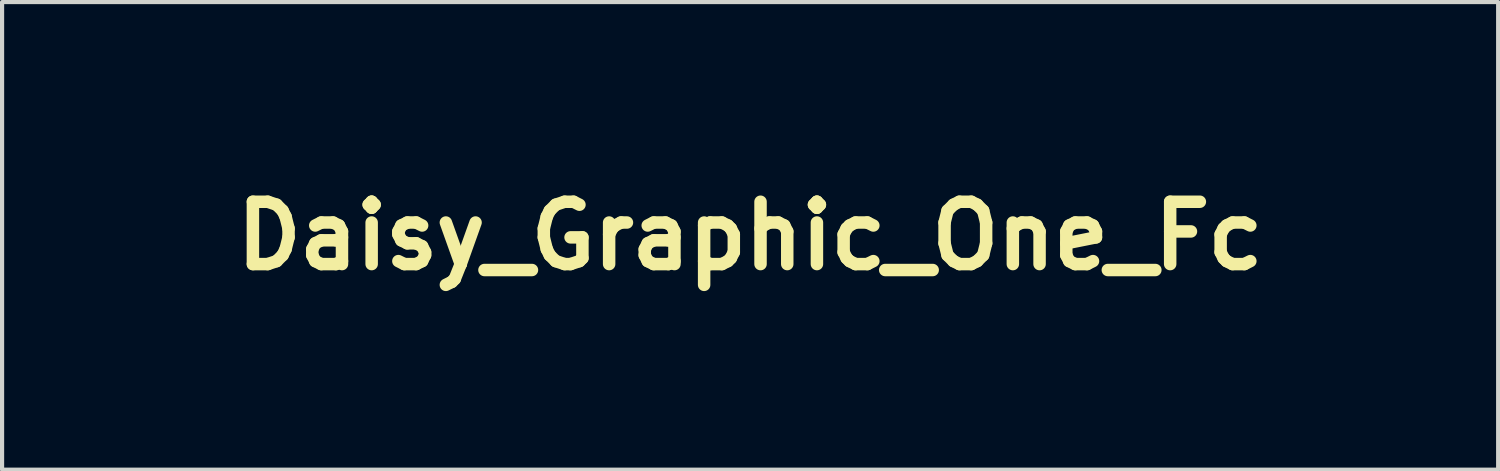
<source format=kicad_pcb>
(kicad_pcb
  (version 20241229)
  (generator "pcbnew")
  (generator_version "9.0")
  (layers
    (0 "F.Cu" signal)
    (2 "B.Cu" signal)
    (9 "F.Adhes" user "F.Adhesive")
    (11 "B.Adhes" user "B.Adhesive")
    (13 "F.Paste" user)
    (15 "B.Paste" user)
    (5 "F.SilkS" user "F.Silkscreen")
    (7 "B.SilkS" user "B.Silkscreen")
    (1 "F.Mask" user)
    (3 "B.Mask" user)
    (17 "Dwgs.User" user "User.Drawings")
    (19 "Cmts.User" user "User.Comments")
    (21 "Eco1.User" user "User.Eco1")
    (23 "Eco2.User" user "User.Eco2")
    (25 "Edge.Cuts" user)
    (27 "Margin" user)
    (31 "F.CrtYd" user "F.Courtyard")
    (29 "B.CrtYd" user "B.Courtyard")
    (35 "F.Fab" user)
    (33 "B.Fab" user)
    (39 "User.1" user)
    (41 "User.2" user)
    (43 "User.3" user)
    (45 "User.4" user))
  (footprint "Daisy_Graphic_One_Fc"
    (layer "F.Cu")
    (at 15 2.626)
    (property "Reference" "Daisy_Graphic_One_Fc" (at 0 0 0) (layer "F.SilkS") (effects (font (size 1.5 1.5) (thickness 0.3))))
    (attr board_only exclude_from_pos_files exclude_from_bom)
    (fp_poly (pts (xy -1.358 -0.16) (xy -1.358 -0.023) (xy -2.152 -0.023) (xy -2.945 -0.023) (xy -2.945 -0.16) (xy -2.945 -0.297) (xy -2.152 -0.297) (xy -1.358 -0.297)) (stroke (width 0) (type solid)) (fill yes) (layer "F.Mask"))
    (fp_poly (pts (xy 0.696 1.884) (xy 0.696 1.952) (xy 0.457 1.952) (xy 0.217 1.952) (xy 0.217 1.884) (xy 0.217 1.815) (xy 0.457 1.815) (xy 0.696 1.815)) (stroke (width 0) (type solid)) (fill yes) (layer "F.Mask"))
    (fp_poly (pts (xy 1.792 -0.434) (xy 1.792 -0.297) (xy 1.005 -0.297) (xy 0.217 -0.297) (xy 0.217 -0.434) (xy 0.217 -0.571) (xy 1.005 -0.571) (xy 1.792 -0.571)) (stroke (width 0) (type solid)) (fill yes) (layer "F.Mask"))
    (fp_poly (pts (xy 3.368 -2.072) (xy 3.368 -1.929) (xy 2.58 -1.929) (xy 1.792 -1.929) (xy 1.792 -2.072) (xy 1.792 -2.215) (xy 2.58 -2.215) (xy 3.368 -2.215)) (stroke (width 0) (type solid)) (fill yes) (layer "F.Mask"))
    (fp_poly (pts (xy 3.368 -0.982) (xy 3.368 -0.845) (xy 2.58 -0.845) (xy 1.792 -0.845) (xy 1.792 -0.982) (xy 1.792 -1.119) (xy 2.58 -1.119) (xy 3.368 -1.119)) (stroke (width 0) (type solid)) (fill yes) (layer "F.Mask"))
    (fp_poly (pts (xy 3.368 -0.16) (xy 3.368 -0.023) (xy 2.58 -0.023) (xy 1.792 -0.023) (xy 1.792 -0.16) (xy 1.792 -0.297) (xy 2.58 -0.297) (xy 3.368 -0.297)) (stroke (width 0) (type solid)) (fill yes) (layer "F.Mask"))
    (fp_poly (pts (xy 6.393 -0.479) (xy 6.393 -0.194) (xy 6.341 -0.194) (xy 6.29 -0.194) (xy 6.29 -0.479) (xy 6.29 -0.765) (xy 6.341 -0.765) (xy 6.393 -0.765)) (stroke (width 0) (type solid)) (fill yes) (layer "F.Mask"))
    (fp_poly (pts (xy 7.158 -0.48) (xy 7.158 -0.194) (xy 7.106 -0.194) (xy 7.055 -0.194) (xy 7.058 -0.477) (xy 7.061 -0.759) (xy 7.109 -0.763) (xy 7.158 -0.766)) (stroke (width 0) (type solid)) (fill yes) (layer "F.Mask"))
    (fp_poly (pts (xy 9.084 1.687) (xy 9.081 1.969) (xy 9.033 1.973) (xy 8.984 1.976) (xy 8.984 1.69) (xy 8.984 1.404) (xy 9.036 1.404) (xy 9.087 1.404)) (stroke (width 0) (type solid)) (fill yes) (layer "F.Mask"))
    (fp_poly (pts (xy 11.79 1.687) (xy 11.787 1.969) (xy 11.738 1.973) (xy 11.69 1.976) (xy 11.69 1.69) (xy 11.69 1.404) (xy 11.741 1.404) (xy 11.793 1.404)) (stroke (width 0) (type solid)) (fill yes) (layer "F.Mask"))
    (fp_poly (pts (xy 12.763 -0.479) (xy 12.763 -0.194) (xy 12.711 -0.194) (xy 12.66 -0.194) (xy 12.66 -0.479) (xy 12.66 -0.765) (xy 12.711 -0.765) (xy 12.763 -0.765)) (stroke (width 0) (type solid)) (fill yes) (layer "F.Mask"))
    (fp_poly (pts (xy 2.888 0.662) (xy 2.888 0.97) (xy 3.059 0.97) (xy 3.231 0.97) (xy 3.231 1.045) (xy 3.231 1.119) (xy 2.98 1.119) (xy 2.728 1.119) (xy 2.728 0.736) (xy 2.728 0.354) (xy 2.808 0.354) (xy 2.888 0.354)) (stroke (width 0) (type solid)) (fill yes) (layer "F.Mask"))
    (fp_poly (pts (xy 5.388 -1.61) (xy 5.388 -1.37) (xy 5.514 -1.37) (xy 5.639 -1.37) (xy 5.639 -1.324) (xy 5.639 -1.279) (xy 5.462 -1.279) (xy 5.285 -1.279) (xy 5.288 -1.561) (xy 5.291 -1.844) (xy 5.34 -1.847) (xy 5.388 -1.851)) (stroke (width 0) (type solid)) (fill yes) (layer "F.Mask"))
    (fp_poly (pts (xy 6.747 1.638) (xy 6.747 1.872) (xy 6.873 1.872) (xy 6.999 1.872) (xy 6.996 1.921) (xy 6.992 1.969) (xy 6.818 1.972) (xy 6.644 1.976) (xy 6.644 1.69) (xy 6.644 1.404) (xy 6.695 1.404) (xy 6.747 1.404)) (stroke (width 0) (type solid)) (fill yes) (layer "F.Mask"))
    (fp_poly (pts (xy 13.149 1.909) (xy 13.145 1.969) (xy 13.093 1.973) (xy 13.061 1.973) (xy 13.038 1.97) (xy 13.033 1.968) (xy 13.029 1.952) (xy 13.026 1.923) (xy 13.025 1.905) (xy 13.025 1.849) (xy 13.089 1.849) (xy 13.152 1.849)) (stroke (width 0) (type solid)) (fill yes) (layer "F.Mask"))
    (fp_poly (pts (xy 4.795 1.69) (xy 4.795 1.975) (xy 4.751 1.975) (xy 4.721 1.973) (xy 4.701 1.969) (xy 4.699 1.967) (xy 4.697 1.954) (xy 4.695 1.922) (xy 4.694 1.872) (xy 4.693 1.81) (xy 4.692 1.738) (xy 4.692 1.682) (xy 4.692 1.404) (xy 4.743 1.404) (xy 4.795 1.404)) (stroke (width 0) (type solid)) (fill yes) (layer "F.Mask"))
    (fp_poly (pts (xy 0.091 0.428) (xy 0.091 0.502) (xy -0.011 0.502) (xy -0.114 0.502) (xy -0.114 0.811) (xy -0.114 1.119) (xy -0.194 1.119) (xy -0.274 1.119) (xy -0.274 0.811) (xy -0.274 0.502) (xy -0.377 0.502) (xy -0.479 0.502) (xy -0.479 0.428) (xy -0.479 0.354) (xy -0.194 0.354) (xy 0.091 0.354)) (stroke (width 0) (type solid)) (fill yes) (layer "F.Mask"))
    (fp_poly (pts (xy 6.164 -0.713) (xy 6.164 -0.662) (xy 6.09 -0.662) (xy 6.016 -0.662) (xy 6.016 -0.428) (xy 6.016 -0.194) (xy 5.965 -0.194) (xy 5.913 -0.194) (xy 5.913 -0.428) (xy 5.913 -0.662) (xy 5.833 -0.662) (xy 5.754 -0.662) (xy 5.754 -0.713) (xy 5.754 -0.765) (xy 5.959 -0.765) (xy 6.164 -0.765)) (stroke (width 0) (type solid)) (fill yes) (layer "F.Mask"))
    (fp_poly (pts (xy 8.276 1.45) (xy 8.276 1.495) (xy 8.202 1.495) (xy 8.128 1.495) (xy 8.128 1.735) (xy 8.128 1.975) (xy 8.077 1.975) (xy 8.025 1.975) (xy 8.025 1.735) (xy 8.025 1.495) (xy 7.945 1.495) (xy 7.865 1.495) (xy 7.865 1.45) (xy 7.865 1.404) (xy 8.071 1.404) (xy 8.276 1.404)) (stroke (width 0) (type solid)) (fill yes) (layer "F.Mask"))
    (fp_poly (pts (xy 9.041 -0.713) (xy 9.041 -0.662) (xy 8.967 -0.662) (xy 8.893 -0.662) (xy 8.893 -0.428) (xy 8.893 -0.194) (xy 8.841 -0.194) (xy 8.79 -0.194) (xy 8.79 -0.428) (xy 8.79 -0.661) (xy 8.713 -0.664) (xy 8.636 -0.668) (xy 8.632 -0.716) (xy 8.629 -0.765) (xy 8.835 -0.765) (xy 9.041 -0.765)) (stroke (width 0) (type solid)) (fill yes) (layer "F.Mask"))
    (fp_poly (pts (xy 13.025 0.371) (xy 13.025 0.422) (xy 12.951 0.422) (xy 12.877 0.422) (xy 12.877 0.656) (xy 12.877 0.89) (xy 12.826 0.89) (xy 12.774 0.89) (xy 12.774 0.656) (xy 12.774 0.422) (xy 12.7 0.422) (xy 12.626 0.422) (xy 12.626 0.371) (xy 12.626 0.32) (xy 12.826 0.32) (xy 13.025 0.32)) (stroke (width 0) (type solid)) (fill yes) (layer "F.Mask"))
    (fp_poly (pts (xy -13.773 0.817) (xy -13.725 0.839) (xy -13.687 0.875) (xy -13.662 0.924) (xy -13.656 0.956) (xy -13.66 1.016) (xy -13.683 1.067) (xy -13.72 1.106) (xy -13.768 1.131) (xy -13.824 1.137) (xy -13.865 1.13) (xy -13.914 1.104) (xy -13.949 1.065) (xy -13.97 1.016) (xy -13.975 0.963) (xy -13.963 0.91) (xy -13.934 0.863) (xy -13.925 0.854) (xy -13.877 0.823) (xy -13.825 0.811)) (stroke (width 0) (type solid)) (fill yes) (layer "F.Mask"))
    (fp_poly (pts (xy -13.754 -1.12) (xy -13.706 -1.091) (xy -13.672 -1.047) (xy -13.655 -0.992) (xy -13.653 -0.97) (xy -13.663 -0.911) (xy -13.69 -0.863) (xy -13.731 -0.828) (xy -13.781 -0.809) (xy -13.838 -0.81) (xy -13.864 -0.817) (xy -13.916 -0.844) (xy -13.952 -0.883) (xy -13.971 -0.929) (xy -13.976 -0.978) (xy -13.966 -1.026) (xy -13.943 -1.069) (xy -13.906 -1.103) (xy -13.857 -1.125) (xy -13.813 -1.13)) (stroke (width 0) (type solid)) (fill yes) (layer "F.Mask"))
    (fp_poly (pts (xy -12.336 0.815) (xy -12.287 0.836) (xy -12.248 0.872) (xy -12.222 0.921) (xy -12.215 0.972) (xy -12.225 1.03) (xy -12.252 1.078) (xy -12.293 1.114) (xy -12.344 1.134) (xy -12.4 1.136) (xy -12.424 1.13) (xy -12.473 1.105) (xy -12.507 1.066) (xy -12.528 1.018) (xy -12.534 0.967) (xy -12.526 0.916) (xy -12.502 0.871) (xy -12.462 0.836) (xy -12.45 0.829) (xy -12.392 0.812)) (stroke (width 0) (type solid)) (fill yes) (layer "F.Mask"))
    (fp_poly (pts (xy -12.314 -1.12) (xy -12.266 -1.092) (xy -12.232 -1.049) (xy -12.216 -0.992) (xy -12.215 -0.97) (xy -12.225 -0.912) (xy -12.252 -0.864) (xy -12.292 -0.829) (xy -12.341 -0.809) (xy -12.396 -0.809) (xy -12.423 -0.816) (xy -12.478 -0.844) (xy -12.514 -0.883) (xy -12.532 -0.936) (xy -12.534 -0.973) (xy -12.524 -1.032) (xy -12.496 -1.08) (xy -12.452 -1.113) (xy -12.396 -1.129) (xy -12.375 -1.13)) (stroke (width 0) (type solid)) (fill yes) (layer "F.Mask"))
    (fp_poly (pts (xy -10.876 -1.12) (xy -10.827 -1.092) (xy -10.793 -1.048) (xy -10.776 -0.991) (xy -10.774 -0.97) (xy -10.784 -0.914) (xy -10.811 -0.867) (xy -10.851 -0.832) (xy -10.901 -0.811) (xy -10.955 -0.809) (xy -10.985 -0.816) (xy -11.04 -0.844) (xy -11.076 -0.883) (xy -11.093 -0.936) (xy -11.096 -0.973) (xy -11.086 -1.03) (xy -11.057 -1.078) (xy -11.013 -1.112) (xy -10.958 -1.129) (xy -10.936 -1.13)) (stroke (width 0) (type solid)) (fill yes) (layer "F.Mask"))
    (fp_poly (pts (xy 4.923 -1.664) (xy 5.017 -1.478) (xy 5.02 -1.664) (xy 5.023 -1.849) (xy 5.075 -1.849) (xy 5.126 -1.849) (xy 5.126 -1.564) (xy 5.126 -1.279) (xy 5.07 -1.279) (xy 5.015 -1.279) (xy 4.925 -1.453) (xy 4.835 -1.627) (xy 4.831 -1.453) (xy 4.828 -1.279) (xy 4.777 -1.279) (xy 4.726 -1.279) (xy 4.726 -1.564) (xy 4.726 -1.849) (xy 4.777 -1.849) (xy 4.828 -1.849)) (stroke (width 0) (type solid)) (fill yes) (layer "F.Mask"))
    (fp_poly (pts (xy 6.918 -0.713) (xy 6.918 -0.662) (xy 6.792 -0.662) (xy 6.667 -0.662) (xy 6.667 -0.594) (xy 6.667 -0.525) (xy 6.787 -0.525) (xy 6.908 -0.525) (xy 6.904 -0.477) (xy 6.901 -0.428) (xy 6.784 -0.425) (xy 6.667 -0.422) (xy 6.667 -0.308) (xy 6.667 -0.194) (xy 6.615 -0.194) (xy 6.564 -0.194) (xy 6.564 -0.479) (xy 6.564 -0.765) (xy 6.741 -0.765) (xy 6.918 -0.765)) (stroke (width 0) (type solid)) (fill yes) (layer "F.Mask"))
    (fp_poly (pts (xy 9.798 -1.847) (xy 9.846 -1.844) (xy 9.849 -1.56) (xy 9.852 -1.277) (xy 9.794 -1.281) (xy 9.735 -1.284) (xy 9.639 -1.467) (xy 9.544 -1.65) (xy 9.544 -1.464) (xy 9.544 -1.279) (xy 9.492 -1.279) (xy 9.44 -1.279) (xy 9.443 -1.561) (xy 9.447 -1.844) (xy 9.498 -1.847) (xy 9.549 -1.85) (xy 9.649 -1.659) (xy 9.749 -1.467) (xy 9.749 -1.659) (xy 9.749 -1.851)) (stroke (width 0) (type solid)) (fill yes) (layer "F.Mask"))
    (fp_poly (pts (xy 12.021 -0.713) (xy 12.021 -0.662) (xy 11.895 -0.662) (xy 11.77 -0.662) (xy 11.77 -0.594) (xy 11.77 -0.525) (xy 11.884 -0.525) (xy 11.998 -0.525) (xy 11.998 -0.474) (xy 11.998 -0.422) (xy 11.884 -0.422) (xy 11.77 -0.422) (xy 11.77 -0.308) (xy 11.77 -0.194) (xy 11.718 -0.194) (xy 11.667 -0.194) (xy 11.667 -0.479) (xy 11.667 -0.765) (xy 11.844 -0.765) (xy 12.021 -0.765)) (stroke (width 0) (type solid)) (fill yes) (layer "F.Mask"))
    (fp_poly (pts (xy 12.521 -0.716) (xy 12.517 -0.668) (xy 12.389 -0.665) (xy 12.26 -0.661) (xy 12.26 -0.593) (xy 12.26 -0.525) (xy 12.38 -0.525) (xy 12.5 -0.525) (xy 12.5 -0.474) (xy 12.5 -0.422) (xy 12.38 -0.422) (xy 12.26 -0.422) (xy 12.26 -0.308) (xy 12.26 -0.194) (xy 12.209 -0.194) (xy 12.158 -0.194) (xy 12.158 -0.479) (xy 12.158 -0.765) (xy 12.341 -0.765) (xy 12.524 -0.765)) (stroke (width 0) (type solid)) (fill yes) (layer "F.Mask"))
    (fp_poly (pts (xy 12.898 -1.795) (xy 12.901 -1.747) (xy 12.769 -1.747) (xy 12.637 -1.747) (xy 12.637 -1.678) (xy 12.637 -1.61) (xy 12.757 -1.61) (xy 12.877 -1.61) (xy 12.877 -1.558) (xy 12.877 -1.507) (xy 12.757 -1.507) (xy 12.637 -1.507) (xy 12.637 -1.393) (xy 12.637 -1.279) (xy 12.586 -1.279) (xy 12.534 -1.279) (xy 12.537 -1.561) (xy 12.54 -1.844) (xy 12.717 -1.844) (xy 12.894 -1.844)) (stroke (width 0) (type solid)) (fill yes) (layer "F.Mask"))
    (fp_poly (pts (xy 9.436 0.791) (xy 9.459 0.796) (xy 9.487 0.804) (xy 9.511 0.812) (xy 9.521 0.817) (xy 9.521 0.817) (xy 9.516 0.828) (xy 9.504 0.854) (xy 9.488 0.89) (xy 9.485 0.895) (xy 9.45 0.97) (xy 9.4 0.97) (xy 9.37 0.968) (xy 9.352 0.962) (xy 9.349 0.959) (xy 9.354 0.945) (xy 9.366 0.916) (xy 9.383 0.877) (xy 9.403 0.835) (xy 9.423 0.795) (xy 9.425 0.79)) (stroke (width 0) (type solid)) (fill yes) (layer "F.Mask"))
    (fp_poly (pts (xy -13.74 -0.138) (xy -13.695 -0.102) (xy -13.679 -0.081) (xy -13.657 -0.031) (xy -13.654 0.019) (xy -13.667 0.067) (xy -13.693 0.109) (xy -13.729 0.142) (xy -13.772 0.164) (xy -13.82 0.17) (xy -13.869 0.159) (xy -13.893 0.146) (xy -13.939 0.107) (xy -13.965 0.065) (xy -13.975 0.015) (xy -13.975 0.006) (xy -13.968 -0.046) (xy -13.945 -0.089) (xy -13.902 -0.128) (xy -13.893 -0.134) (xy -13.844 -0.155) (xy -13.791 -0.156)) (stroke (width 0) (type solid)) (fill yes) (layer "F.Mask"))
    (fp_poly (pts (xy -10.89 0.818) (xy -10.842 0.84) (xy -10.806 0.874) (xy -10.782 0.918) (xy -10.773 0.968) (xy -10.78 1.018) (xy -10.803 1.067) (xy -10.845 1.109) (xy -10.846 1.109) (xy -10.884 1.127) (xy -10.931 1.136) (xy -10.974 1.134) (xy -10.976 1.134) (xy -11.027 1.109) (xy -11.067 1.068) (xy -11.09 1.015) (xy -11.096 0.97) (xy -11.086 0.911) (xy -11.057 0.864) (xy -11.012 0.831) (xy -10.954 0.814) (xy -10.949 0.814)) (stroke (width 0) (type solid)) (fill yes) (layer "F.Mask"))
    (fp_poly (pts (xy -10.881 -0.148) (xy -10.856 -0.134) (xy -10.81 -0.096) (xy -10.784 -0.054) (xy -10.775 -0.004) (xy -10.775 0.006) (xy -10.782 0.058) (xy -10.805 0.101) (xy -10.847 0.139) (xy -10.856 0.146) (xy -10.907 0.168) (xy -10.961 0.167) (xy -11.005 0.151) (xy -11.038 0.128) (xy -11.067 0.096) (xy -11.07 0.092) (xy -11.092 0.043) (xy -11.095 -0.008) (xy -11.082 -0.055) (xy -11.056 -0.097) (xy -11.02 -0.131) (xy -10.977 -0.152) (xy -10.93 -0.159)) (stroke (width 0) (type solid)) (fill yes) (layer "F.Mask"))
    (fp_poly (pts (xy 5.046 -0.713) (xy 5.046 -0.662) (xy 4.92 -0.662) (xy 4.795 -0.662) (xy 4.795 -0.594) (xy 4.795 -0.525) (xy 4.909 -0.525) (xy 5.023 -0.525) (xy 5.023 -0.474) (xy 5.023 -0.422) (xy 4.909 -0.422) (xy 4.795 -0.422) (xy 4.795 -0.36) (xy 4.795 -0.297) (xy 4.92 -0.297) (xy 5.046 -0.297) (xy 5.046 -0.245) (xy 5.046 -0.194) (xy 4.869 -0.194) (xy 4.692 -0.194) (xy 4.692 -0.479) (xy 4.692 -0.765) (xy 4.869 -0.765) (xy 5.046 -0.765)) (stroke (width 0) (type solid)) (fill yes) (layer "F.Mask"))
    (fp_poly (pts (xy 7.683 -0.713) (xy 7.683 -0.662) (xy 7.557 -0.662) (xy 7.432 -0.662) (xy 7.432 -0.594) (xy 7.432 -0.525) (xy 7.552 -0.525) (xy 7.673 -0.525) (xy 7.669 -0.477) (xy 7.666 -0.428) (xy 7.549 -0.425) (xy 7.432 -0.422) (xy 7.432 -0.359) (xy 7.432 -0.297) (xy 7.557 -0.297) (xy 7.683 -0.297) (xy 7.683 -0.245) (xy 7.683 -0.194) (xy 7.506 -0.194) (xy 7.329 -0.194) (xy 7.329 -0.479) (xy 7.329 -0.765) (xy 7.506 -0.765) (xy 7.683 -0.765)) (stroke (width 0) (type solid)) (fill yes) (layer "F.Mask"))
    (fp_poly (pts (xy 8.08 0.368) (xy 8.077 0.417) (xy 7.948 0.42) (xy 7.82 0.423) (xy 7.82 0.491) (xy 7.82 0.559) (xy 7.94 0.559) (xy 8.06 0.559) (xy 8.06 0.605) (xy 8.06 0.651) (xy 7.94 0.651) (xy 7.82 0.651) (xy 7.82 0.719) (xy 7.82 0.788) (xy 7.951 0.788) (xy 8.082 0.788) (xy 8.082 0.839) (xy 8.082 0.89) (xy 7.9 0.89) (xy 7.717 0.89) (xy 7.717 0.605) (xy 7.717 0.32) (xy 7.9 0.32) (xy 8.084 0.32)) (stroke (width 0) (type solid)) (fill yes) (layer "F.Mask"))
    (fp_poly (pts (xy 8.516 1.518) (xy 8.516 1.632) (xy 8.613 1.632) (xy 8.71 1.632) (xy 8.71 1.518) (xy 8.71 1.404) (xy 8.762 1.404) (xy 8.813 1.404) (xy 8.813 1.69) (xy 8.813 1.976) (xy 8.764 1.973) (xy 8.716 1.969) (xy 8.713 1.852) (xy 8.709 1.735) (xy 8.613 1.735) (xy 8.517 1.735) (xy 8.514 1.852) (xy 8.51 1.969) (xy 8.462 1.973) (xy 8.413 1.976) (xy 8.413 1.69) (xy 8.413 1.404) (xy 8.465 1.404) (xy 8.516 1.404)) (stroke (width 0) (type solid)) (fill yes) (layer "F.Mask"))
    (fp_poly (pts (xy 10.651 -0.48) (xy 10.651 -0.194) (xy 10.6 -0.194) (xy 10.548 -0.194) (xy 10.548 -0.308) (xy 10.548 -0.422) (xy 10.451 -0.422) (xy 10.354 -0.422) (xy 10.354 -0.308) (xy 10.354 -0.194) (xy 10.303 -0.194) (xy 10.251 -0.194) (xy 10.251 -0.48) (xy 10.251 -0.766) (xy 10.3 -0.763) (xy 10.348 -0.759) (xy 10.352 -0.642) (xy 10.355 -0.525) (xy 10.451 -0.525) (xy 10.547 -0.525) (xy 10.551 -0.642) (xy 10.554 -0.759) (xy 10.602 -0.763) (xy 10.651 -0.766)) (stroke (width 0) (type solid)) (fill yes) (layer "F.Mask"))
    (fp_poly (pts (xy 10.993 1.45) (xy 10.993 1.495) (xy 10.868 1.495) (xy 10.742 1.495) (xy 10.742 1.564) (xy 10.742 1.632) (xy 10.859 1.635) (xy 10.976 1.638) (xy 10.98 1.687) (xy 10.983 1.735) (xy 10.863 1.735) (xy 10.742 1.735) (xy 10.742 1.804) (xy 10.742 1.872) (xy 10.868 1.872) (xy 10.993 1.872) (xy 10.993 1.924) (xy 10.993 1.975) (xy 10.816 1.975) (xy 10.639 1.975) (xy 10.639 1.69) (xy 10.639 1.404) (xy 10.816 1.404) (xy 10.993 1.404)) (stroke (width 0) (type solid)) (fill yes) (layer "F.Mask"))
    (fp_poly (pts (xy 11.414 0.368) (xy 11.41 0.417) (xy 11.282 0.42) (xy 11.153 0.423) (xy 11.153 0.491) (xy 11.153 0.559) (xy 11.273 0.559) (xy 11.393 0.559) (xy 11.393 0.605) (xy 11.393 0.651) (xy 11.273 0.651) (xy 11.153 0.651) (xy 11.153 0.719) (xy 11.153 0.788) (xy 11.284 0.788) (xy 11.416 0.788) (xy 11.416 0.839) (xy 11.416 0.89) (xy 11.233 0.89) (xy 11.05 0.89) (xy 11.05 0.605) (xy 11.05 0.32) (xy 11.234 0.32) (xy 11.417 0.32)) (stroke (width 0) (type solid)) (fill yes) (layer "F.Mask"))
    (fp_poly (pts (xy 11.75 -1.847) (xy 11.798 -1.844) (xy 11.801 -1.561) (xy 11.804 -1.279) (xy 11.753 -1.279) (xy 11.701 -1.279) (xy 11.701 -1.393) (xy 11.701 -1.507) (xy 11.598 -1.507) (xy 11.496 -1.507) (xy 11.496 -1.393) (xy 11.496 -1.279) (xy 11.444 -1.279) (xy 11.393 -1.279) (xy 11.393 -1.564) (xy 11.393 -1.849) (xy 11.444 -1.849) (xy 11.496 -1.849) (xy 11.496 -1.729) (xy 11.496 -1.61) (xy 11.598 -1.61) (xy 11.701 -1.61) (xy 11.701 -1.73) (xy 11.701 -1.851)) (stroke (width 0) (type solid)) (fill yes) (layer "F.Mask"))
    (fp_poly (pts (xy 12.866 1.45) (xy 12.866 1.495) (xy 12.74 1.495) (xy 12.614 1.495) (xy 12.614 1.564) (xy 12.614 1.632) (xy 12.729 1.632) (xy 12.843 1.632) (xy 12.843 1.684) (xy 12.843 1.735) (xy 12.729 1.735) (xy 12.614 1.735) (xy 12.614 1.804) (xy 12.614 1.872) (xy 12.74 1.872) (xy 12.866 1.872) (xy 12.866 1.924) (xy 12.866 1.975) (xy 12.689 1.975) (xy 12.512 1.975) (xy 12.512 1.69) (xy 12.512 1.404) (xy 12.689 1.404) (xy 12.866 1.404)) (stroke (width 0) (type solid)) (fill yes) (layer "F.Mask"))
    (fp_poly (pts (xy 13.516 0.371) (xy 13.516 0.422) (xy 13.391 0.422) (xy 13.265 0.422) (xy 13.265 0.491) (xy 13.265 0.559) (xy 13.385 0.559) (xy 13.505 0.559) (xy 13.505 0.605) (xy 13.505 0.651) (xy 13.385 0.651) (xy 13.265 0.651) (xy 13.265 0.719) (xy 13.265 0.788) (xy 13.391 0.788) (xy 13.516 0.788) (xy 13.516 0.839) (xy 13.516 0.89) (xy 13.339 0.89) (xy 13.162 0.89) (xy 13.162 0.605) (xy 13.162 0.32) (xy 13.339 0.32) (xy 13.516 0.32)) (stroke (width 0) (type solid)) (fill yes) (layer "F.Mask"))
    (fp_poly (pts (xy 13.836 -0.713) (xy 13.836 -0.662) (xy 13.71 -0.662) (xy 13.585 -0.662) (xy 13.585 -0.594) (xy 13.585 -0.525) (xy 13.705 -0.525) (xy 13.826 -0.525) (xy 13.822 -0.477) (xy 13.819 -0.428) (xy 13.702 -0.425) (xy 13.585 -0.422) (xy 13.585 -0.359) (xy 13.585 -0.297) (xy 13.71 -0.297) (xy 13.836 -0.297) (xy 13.836 -0.245) (xy 13.836 -0.194) (xy 13.659 -0.194) (xy 13.482 -0.194) (xy 13.482 -0.479) (xy 13.482 -0.765) (xy 13.659 -0.765) (xy 13.836 -0.765)) (stroke (width 0) (type solid)) (fill yes) (layer "F.Mask"))
    (fp_poly (pts (xy -12.339 -0.153) (xy -12.33 -0.15) (xy -12.292 -0.132) (xy -12.256 -0.103) (xy -12.25 -0.096) (xy -12.228 -0.068) (xy -12.218 -0.04) (xy -12.215 -0.002) (xy -12.215 0.005) (xy -12.217 0.047) (xy -12.227 0.077) (xy -12.246 0.103) (xy -12.293 0.145) (xy -12.347 0.166) (xy -12.404 0.166) (xy -12.438 0.155) (xy -12.469 0.136) (xy -12.499 0.109) (xy -12.504 0.103) (xy -12.523 0.075) (xy -12.532 0.045) (xy -12.534 0.005) (xy -12.532 -0.035) (xy -12.523 -0.064) (xy -12.503 -0.092) (xy -12.499 -0.096) (xy -12.451 -0.136) (xy -12.397 -0.155)) (stroke (width 0) (type solid)) (fill yes) (layer "F.Mask"))
    (fp_poly (pts (xy -1.361 -2.075) (xy -1.358 -1.941) (xy -0.57 -1.941) (xy 0.217 -1.941) (xy 0.217 -1.798) (xy 0.217 -1.655) (xy -0.569 -1.655) (xy -0.701 -1.655) (xy -0.826 -1.656) (xy -0.943 -1.656) (xy -1.049 -1.657) (xy -1.142 -1.658) (xy -1.222 -1.659) (xy -1.286 -1.66) (xy -1.331 -1.661) (xy -1.357 -1.662) (xy -1.362 -1.663) (xy -1.365 -1.677) (xy -1.368 -1.708) (xy -1.369 -1.753) (xy -1.37 -1.8) (xy -1.37 -1.929) (xy -2.155 -1.932) (xy -2.94 -1.935) (xy -2.94 -2.072) (xy -2.94 -2.209) (xy -2.152 -2.209) (xy -1.364 -2.209)) (stroke (width 0) (type solid)) (fill yes) (layer "F.Mask"))
    (fp_poly (pts (xy 5.823 -1.74) (xy 5.887 -1.63) (xy 5.949 -1.737) (xy 6.011 -1.844) (xy 6.066 -1.847) (xy 6.089 -1.849) (xy 6.104 -1.848) (xy 6.112 -1.843) (xy 6.112 -1.83) (xy 6.103 -1.808) (xy 6.084 -1.773) (xy 6.055 -1.723) (xy 6.021 -1.665) (xy 5.936 -1.521) (xy 5.936 -1.4) (xy 5.936 -1.279) (xy 5.885 -1.279) (xy 5.833 -1.279) (xy 5.833 -1.404) (xy 5.833 -1.529) (xy 5.742 -1.685) (xy 5.711 -1.738) (xy 5.685 -1.784) (xy 5.664 -1.819) (xy 5.653 -1.84) (xy 5.651 -1.845) (xy 5.661 -1.847) (xy 5.687 -1.849) (xy 5.705 -1.849) (xy 5.76 -1.849)) (stroke (width 0) (type solid)) (fill yes) (layer "F.Mask"))
    (fp_poly (pts (xy -8.446 -0.934) (xy -8.351 -0.93) (xy -8.348 -0.665) (xy -8.344 -0.4) (xy -8.282 -0.4) (xy -8.246 -0.399) (xy -8.227 -0.395) (xy -8.22 -0.385) (xy -8.219 -0.371) (xy -8.219 -0.342) (xy -8.377 -0.342) (xy -8.435 -0.343) (xy -8.485 -0.344) (xy -8.521 -0.347) (xy -8.541 -0.349) (xy -8.543 -0.35) (xy -8.549 -0.367) (xy -8.55 -0.379) (xy -8.547 -0.39) (xy -8.535 -0.397) (xy -8.507 -0.399) (xy -8.482 -0.4) (xy -8.413 -0.4) (xy -8.413 -0.633) (xy -8.413 -0.866) (xy -8.473 -0.87) (xy -8.508 -0.873) (xy -8.527 -0.879) (xy -8.535 -0.891) (xy -8.537 -0.905) (xy -8.541 -0.937)) (stroke (width 0) (type solid)) (fill yes) (layer "F.Mask"))
    (fp_poly (pts (xy -11.294 1.349) (xy -11.267 1.381) (xy -11.253 1.413) (xy -11.248 1.446) (xy -11.252 1.508) (xy -11.276 1.56) (xy -11.318 1.6) (xy -11.324 1.604) (xy -11.339 1.611) (xy -11.355 1.617) (xy -11.376 1.621) (xy -11.405 1.624) (xy -11.446 1.626) (xy -11.501 1.628) (xy -11.574 1.629) (xy -11.638 1.629) (xy -11.733 1.63) (xy -11.807 1.63) (xy -11.864 1.628) (xy -11.906 1.626) (xy -11.936 1.622) (xy -11.955 1.617) (xy -11.996 1.599) (xy -12.023 1.578) (xy -12.043 1.546) (xy -12.048 1.536) (xy -12.065 1.477) (xy -12.06 1.42) (xy -12.032 1.366) (xy -12.004 1.336) (xy -11.973 1.307) (xy -11.655 1.307) (xy -11.336 1.307)) (stroke (width 0) (type solid)) (fill yes) (layer "F.Mask"))
    (fp_poly (pts (xy 7.489 1.449) (xy 7.489 1.495) (xy 7.36 1.498) (xy 7.232 1.501) (xy 7.228 1.567) (xy 7.225 1.632) (xy 7.345 1.632) (xy 7.466 1.632) (xy 7.466 1.684) (xy 7.466 1.735) (xy 7.346 1.735) (xy 7.226 1.735) (xy 7.226 1.804) (xy 7.226 1.872) (xy 7.358 1.872) (xy 7.49 1.872) (xy 7.487 1.921) (xy 7.483 1.969) (xy 7.311 1.972) (xy 7.251 1.973) (xy 7.198 1.973) (xy 7.159 1.971) (xy 7.135 1.969) (xy 7.131 1.968) (xy 7.129 1.954) (xy 7.127 1.922) (xy 7.126 1.872) (xy 7.124 1.81) (xy 7.124 1.738) (xy 7.123 1.682) (xy 7.123 1.404) (xy 7.306 1.404) (xy 7.489 1.404)) (stroke (width 0) (type solid)) (fill yes) (layer "F.Mask"))
    (fp_poly (pts (xy 9.532 -0.714) (xy 9.532 -0.662) (xy 9.407 -0.662) (xy 9.281 -0.662) (xy 9.281 -0.594) (xy 9.281 -0.525) (xy 9.395 -0.525) (xy 9.509 -0.525) (xy 9.509 -0.474) (xy 9.509 -0.422) (xy 9.395 -0.422) (xy 9.281 -0.422) (xy 9.281 -0.36) (xy 9.281 -0.298) (xy 9.404 -0.294) (xy 9.526 -0.291) (xy 9.53 -0.243) (xy 9.533 -0.194) (xy 9.355 -0.194) (xy 9.283 -0.195) (xy 9.231 -0.196) (xy 9.197 -0.199) (xy 9.178 -0.204) (xy 9.172 -0.209) (xy 9.171 -0.224) (xy 9.169 -0.258) (xy 9.169 -0.309) (xy 9.169 -0.372) (xy 9.169 -0.445) (xy 9.169 -0.491) (xy 9.173 -0.759) (xy 9.352 -0.762) (xy 9.532 -0.765)) (stroke (width 0) (type solid)) (fill yes) (layer "F.Mask"))
    (fp_poly (pts (xy -8.838 -0.665) (xy -8.835 -0.4) (xy -8.773 -0.4) (xy -8.737 -0.399) (xy -8.718 -0.395) (xy -8.711 -0.385) (xy -8.71 -0.371) (xy -8.71 -0.342) (xy -8.868 -0.342) (xy -8.926 -0.343) (xy -8.975 -0.344) (xy -9.012 -0.347) (xy -9.032 -0.349) (xy -9.034 -0.35) (xy -9.04 -0.367) (xy -9.041 -0.379) (xy -9.038 -0.39) (xy -9.026 -0.396) (xy -9 -0.399) (xy -8.967 -0.4) (xy -8.893 -0.4) (xy -8.893 -0.633) (xy -8.893 -0.866) (xy -8.958 -0.87) (xy -8.996 -0.873) (xy -9.015 -0.877) (xy -9.023 -0.887) (xy -9.024 -0.902) (xy -9.023 -0.916) (xy -9.017 -0.924) (xy -9.001 -0.929) (xy -8.971 -0.93) (xy -8.933 -0.93) (xy -8.841 -0.93)) (stroke (width 0) (type solid)) (fill yes) (layer "F.Mask"))
    (fp_poly (pts (xy -6.886 -0.665) (xy -6.883 -0.4) (xy -6.821 -0.4) (xy -6.785 -0.399) (xy -6.766 -0.395) (xy -6.759 -0.385) (xy -6.758 -0.371) (xy -6.758 -0.342) (xy -6.916 -0.342) (xy -6.974 -0.343) (xy -7.023 -0.344) (xy -7.06 -0.347) (xy -7.08 -0.349) (xy -7.082 -0.35) (xy -7.088 -0.367) (xy -7.089 -0.378) (xy -7.086 -0.39) (xy -7.072 -0.397) (xy -7.042 -0.4) (xy -7.018 -0.402) (xy -6.946 -0.405) (xy -6.943 -0.636) (xy -6.94 -0.866) (xy -7.006 -0.87) (xy -7.043 -0.873) (xy -7.063 -0.877) (xy -7.071 -0.887) (xy -7.072 -0.902) (xy -7.071 -0.916) (xy -7.065 -0.924) (xy -7.049 -0.929) (xy -7.019 -0.93) (xy -6.981 -0.93) (xy -6.889 -0.93)) (stroke (width 0) (type solid)) (fill yes) (layer "F.Mask"))
    (fp_poly (pts (xy 4.314 0.457) (xy 4.38 0.594) (xy 4.445 0.457) (xy 4.51 0.32) (xy 4.567 0.32) (xy 4.623 0.32) (xy 4.623 0.605) (xy 4.623 0.89) (xy 4.572 0.89) (xy 4.521 0.89) (xy 4.52 0.705) (xy 4.519 0.519) (xy 4.464 0.636) (xy 4.439 0.688) (xy 4.421 0.721) (xy 4.406 0.741) (xy 4.394 0.751) (xy 4.38 0.753) (xy 4.378 0.753) (xy 4.364 0.751) (xy 4.351 0.743) (xy 4.338 0.725) (xy 4.32 0.693) (xy 4.296 0.645) (xy 4.293 0.636) (xy 4.237 0.519) (xy 4.236 0.705) (xy 4.235 0.89) (xy 4.184 0.89) (xy 4.132 0.89) (xy 4.132 0.605) (xy 4.132 0.32) (xy 4.19 0.32) (xy 4.248 0.32)) (stroke (width 0) (type solid)) (fill yes) (layer "F.Mask"))
    (fp_poly (pts (xy -10.517 -1.858) (xy -9.749 -1.09) (xy -9.749 0) (xy -9.749 1.09) (xy -10.517 1.858) (xy -11.285 2.626) (xy -12.375 2.626) (xy -13.465 2.626) (xy -14.233 1.858) (xy -15 1.09) (xy -15 -0.000063) (xy -15 -0.976) (xy -14.726 -0.976) (xy -14.726 -0.00007) (xy -14.726 0.976) (xy -14.039 1.664) (xy -13.351 2.352) (xy -12.375 2.352) (xy -11.399 2.352) (xy -10.711 1.664) (xy -10.023 0.976) (xy -10.023 0.000071) (xy -10.023 -0.976) (xy -10.711 -1.664) (xy -11.399 -2.352) (xy -12.375 -2.352) (xy -13.351 -2.352) (xy -14.038 -1.664) (xy -14.726 -0.976) (xy -15 -0.976) (xy -15 -1.09) (xy -14.233 -1.858) (xy -13.465 -2.626) (xy -12.375 -2.626) (xy -11.285 -2.626)) (stroke (width 0) (type solid)) (fill yes) (layer "F.Mask"))
    (fp_poly (pts (xy -8.836 0.491) (xy -8.836 0.753) (xy -8.773 0.753) (xy -8.737 0.754) (xy -8.718 0.758) (xy -8.711 0.768) (xy -8.71 0.782) (xy -8.71 0.811) (xy -8.877 0.811) (xy -8.941 0.81) (xy -8.986 0.81) (xy -9.015 0.808) (xy -9.032 0.805) (xy -9.039 0.799) (xy -9.04 0.791) (xy -9.039 0.785) (xy -9.035 0.771) (xy -9.023 0.762) (xy -8.999 0.758) (xy -8.964 0.756) (xy -8.893 0.752) (xy -8.893 0.519) (xy -8.893 0.285) (xy -8.961 0.285) (xy -8.999 0.285) (xy -9.02 0.281) (xy -9.028 0.273) (xy -9.03 0.258) (xy -9.03 0.257) (xy -9.029 0.243) (xy -9.023 0.235) (xy -9.008 0.23) (xy -8.979 0.229) (xy -8.933 0.228) (xy -8.836 0.228)) (stroke (width 0) (type solid)) (fill yes) (layer "F.Mask"))
    (fp_poly (pts (xy -7.375 -0.668) (xy -7.375 -0.4) (xy -7.305 -0.4) (xy -7.267 -0.399) (xy -7.247 -0.396) (xy -7.239 -0.388) (xy -7.24 -0.374) (xy -7.24 -0.374) (xy -7.242 -0.364) (xy -7.248 -0.357) (xy -7.261 -0.352) (xy -7.285 -0.349) (xy -7.323 -0.347) (xy -7.379 -0.346) (xy -7.406 -0.345) (xy -7.569 -0.342) (xy -7.569 -0.371) (xy -7.567 -0.387) (xy -7.559 -0.395) (xy -7.54 -0.399) (xy -7.503 -0.4) (xy -7.5 -0.4) (xy -7.432 -0.4) (xy -7.432 -0.633) (xy -7.432 -0.866) (xy -7.497 -0.87) (xy -7.534 -0.873) (xy -7.554 -0.877) (xy -7.562 -0.887) (xy -7.563 -0.902) (xy -7.562 -0.916) (xy -7.556 -0.925) (xy -7.54 -0.929) (xy -7.51 -0.932) (xy -7.469 -0.934) (xy -7.375 -0.937)) (stroke (width 0) (type solid)) (fill yes) (layer "F.Mask"))
    (fp_poly (pts (xy 5.279 0.32) (xy 5.284 0.32) (xy 5.34 0.32) (xy 5.399 0.422) (xy 5.424 0.465) (xy 5.445 0.499) (xy 5.458 0.52) (xy 5.463 0.525) (xy 5.47 0.516) (xy 5.486 0.491) (xy 5.508 0.455) (xy 5.527 0.422) (xy 5.587 0.32) (xy 5.642 0.32) (xy 5.674 0.321) (xy 5.693 0.323) (xy 5.696 0.325) (xy 5.691 0.336) (xy 5.676 0.363) (xy 5.653 0.403) (xy 5.624 0.452) (xy 5.605 0.484) (xy 5.514 0.638) (xy 5.514 0.764) (xy 5.514 0.89) (xy 5.462 0.89) (xy 5.411 0.89) (xy 5.411 0.764) (xy 5.411 0.638) (xy 5.333 0.504) (xy 5.294 0.439) (xy 5.266 0.391) (xy 5.248 0.358) (xy 5.239 0.337) (xy 5.238 0.325) (xy 5.245 0.32) (xy 5.259 0.319)) (stroke (width 0) (type solid)) (fill yes) (layer "F.Mask"))
    (fp_poly (pts (xy 11.496 1.676) (xy 11.471 1.752) (xy 11.449 1.82) (xy 11.429 1.878) (xy 11.414 1.923) (xy 11.404 1.952) (xy 11.4 1.962) (xy 11.384 1.969) (xy 11.355 1.974) (xy 11.336 1.975) (xy 11.28 1.975) (xy 11.193 1.705) (xy 11.169 1.63) (xy 11.146 1.562) (xy 11.127 1.504) (xy 11.113 1.458) (xy 11.103 1.429) (xy 11.1 1.42) (xy 11.101 1.41) (xy 11.118 1.405) (xy 11.149 1.404) (xy 11.205 1.404) (xy 11.267 1.605) (xy 11.287 1.669) (xy 11.306 1.726) (xy 11.321 1.772) (xy 11.331 1.803) (xy 11.336 1.816) (xy 11.342 1.809) (xy 11.353 1.783) (xy 11.368 1.742) (xy 11.386 1.688) (xy 11.407 1.625) (xy 11.41 1.616) (xy 11.477 1.404) (xy 11.531 1.404) (xy 11.584 1.404)) (stroke (width 0) (type solid)) (fill yes) (layer "F.Mask"))
    (fp_poly (pts (xy 4.486 1.45) (xy 4.532 1.495) (xy 4.532 1.683) (xy 4.532 1.871) (xy 4.497 1.911) (xy 4.471 1.937) (xy 4.44 1.954) (xy 4.401 1.966) (xy 4.349 1.972) (xy 4.28 1.975) (xy 4.255 1.975) (xy 4.132 1.975) (xy 4.132 1.69) (xy 4.132 1.684) (xy 4.235 1.684) (xy 4.235 1.872) (xy 4.314 1.872) (xy 4.365 1.87) (xy 4.397 1.863) (xy 4.411 1.854) (xy 4.419 1.842) (xy 4.424 1.822) (xy 4.427 1.79) (xy 4.429 1.741) (xy 4.429 1.687) (xy 4.429 1.617) (xy 4.426 1.566) (xy 4.419 1.532) (xy 4.405 1.511) (xy 4.384 1.5) (xy 4.352 1.496) (xy 4.313 1.495) (xy 4.235 1.495) (xy 4.235 1.684) (xy 4.132 1.684) (xy 4.132 1.404) (xy 4.287 1.404) (xy 4.441 1.404)) (stroke (width 0) (type solid)) (fill yes) (layer "F.Mask"))
    (fp_poly (pts (xy -12.889 1.303) (xy -12.849 1.304) (xy -12.82 1.306) (xy -12.799 1.31) (xy -12.783 1.314) (xy -12.771 1.321) (xy -12.766 1.324) (xy -12.721 1.363) (xy -12.694 1.412) (xy -12.684 1.464) (xy -12.693 1.517) (xy -12.72 1.565) (xy -12.761 1.601) (xy -12.775 1.609) (xy -12.79 1.615) (xy -12.809 1.62) (xy -12.834 1.623) (xy -12.87 1.626) (xy -12.918 1.627) (xy -12.984 1.628) (xy -13.068 1.629) (xy -13.077 1.629) (xy -13.171 1.63) (xy -13.246 1.63) (xy -13.302 1.628) (xy -13.344 1.626) (xy -13.374 1.622) (xy -13.394 1.617) (xy -13.449 1.588) (xy -13.485 1.548) (xy -13.502 1.497) (xy -13.502 1.447) (xy -13.495 1.406) (xy -13.478 1.375) (xy -13.455 1.349) (xy -13.413 1.307) (xy -13.108 1.304) (xy -13.016 1.303) (xy -12.944 1.303)) (stroke (width 0) (type solid)) (fill yes) (layer "F.Mask"))
    (fp_poly (pts (xy 3.368 -1.524) (xy 3.368 -1.381) (xy 2.58 -1.381) (xy 1.792 -1.381) (xy 1.792 -1.25) (xy 1.792 -1.119) (xy 1.005 -1.119) (xy 0.217 -1.119) (xy 0.217 -0.982) (xy 0.217 -0.845) (xy -0.571 -0.845) (xy -1.358 -0.845) (xy -1.358 -0.708) (xy -1.358 -0.571) (xy -2.152 -0.571) (xy -2.945 -0.571) (xy -2.945 -0.708) (xy -2.945 -0.845) (xy -2.158 -0.845) (xy -1.37 -0.845) (xy -1.37 -0.982) (xy -1.37 -1.119) (xy -2.158 -1.119) (xy -2.945 -1.119) (xy -2.945 -1.256) (xy -2.945 -1.393) (xy -2.152 -1.393) (xy -1.358 -1.393) (xy -1.358 -1.256) (xy -1.358 -1.119) (xy -0.571 -1.119) (xy 0.217 -1.119) (xy 0.217 -1.256) (xy 0.217 -1.393) (xy 1.005 -1.393) (xy 1.792 -1.393) (xy 1.792 -1.53) (xy 1.792 -1.667) (xy 2.58 -1.667) (xy 3.368 -1.667)) (stroke (width 0) (type solid)) (fill yes) (layer "F.Mask"))
    (fp_poly (pts (xy 10.869 0.364) (xy 10.892 0.388) (xy 10.905 0.407) (xy 10.911 0.43) (xy 10.913 0.463) (xy 10.913 0.494) (xy 10.913 0.538) (xy 10.91 0.566) (xy 10.902 0.586) (xy 10.886 0.604) (xy 10.868 0.621) (xy 10.845 0.64) (xy 10.826 0.653) (xy 10.805 0.659) (xy 10.774 0.662) (xy 10.728 0.662) (xy 10.719 0.662) (xy 10.617 0.662) (xy 10.617 0.776) (xy 10.617 0.89) (xy 10.565 0.89) (xy 10.514 0.89) (xy 10.514 0.605) (xy 10.514 0.496) (xy 10.617 0.496) (xy 10.617 0.571) (xy 10.701 0.571) (xy 10.753 0.569) (xy 10.785 0.563) (xy 10.799 0.555) (xy 10.806 0.534) (xy 10.809 0.5) (xy 10.809 0.483) (xy 10.805 0.428) (xy 10.711 0.425) (xy 10.617 0.421) (xy 10.617 0.496) (xy 10.514 0.496) (xy 10.514 0.32) (xy 10.669 0.32) (xy 10.825 0.32)) (stroke (width 0) (type solid)) (fill yes) (layer "F.Mask"))
    (fp_poly (pts (xy -11.566 -1.627) (xy -11.496 -1.626) (xy -11.443 -1.625) (xy -11.404 -1.623) (xy -11.375 -1.621) (xy -11.355 -1.617) (xy -11.34 -1.611) (xy -11.326 -1.604) (xy -11.324 -1.604) (xy -11.28 -1.566) (xy -11.254 -1.515) (xy -11.247 -1.453) (xy -11.248 -1.446) (xy -11.255 -1.406) (xy -11.271 -1.375) (xy -11.294 -1.349) (xy -11.336 -1.307) (xy -11.641 -1.305) (xy -11.723 -1.305) (xy -11.798 -1.305) (xy -11.863 -1.305) (xy -11.914 -1.306) (xy -11.949 -1.308) (xy -11.964 -1.309) (xy -11.994 -1.328) (xy -12.025 -1.359) (xy -12.05 -1.394) (xy -12.05 -1.395) (xy -12.065 -1.446) (xy -12.061 -1.5) (xy -12.039 -1.551) (xy -12.002 -1.592) (xy -11.985 -1.604) (xy -11.972 -1.611) (xy -11.957 -1.616) (xy -11.937 -1.62) (xy -11.909 -1.623) (xy -11.871 -1.625) (xy -11.819 -1.626) (xy -11.75 -1.627) (xy -11.662 -1.627) (xy -11.655 -1.627)) (stroke (width 0) (type solid)) (fill yes) (layer "F.Mask"))
    (fp_poly (pts (xy 10.43 1.454) (xy 10.48 1.504) (xy 10.48 1.678) (xy 10.479 1.746) (xy 10.478 1.796) (xy 10.476 1.831) (xy 10.471 1.856) (xy 10.465 1.875) (xy 10.456 1.89) (xy 10.428 1.924) (xy 10.392 1.949) (xy 10.342 1.965) (xy 10.277 1.973) (xy 10.208 1.975) (xy 10.08 1.975) (xy 10.08 1.69) (xy 10.08 1.684) (xy 10.183 1.684) (xy 10.183 1.872) (xy 10.259 1.872) (xy 10.309 1.87) (xy 10.341 1.862) (xy 10.356 1.853) (xy 10.365 1.843) (xy 10.371 1.827) (xy 10.374 1.803) (xy 10.376 1.765) (xy 10.377 1.71) (xy 10.377 1.683) (xy 10.376 1.613) (xy 10.373 1.564) (xy 10.365 1.53) (xy 10.35 1.51) (xy 10.326 1.5) (xy 10.291 1.496) (xy 10.254 1.495) (xy 10.183 1.495) (xy 10.183 1.684) (xy 10.08 1.684) (xy 10.08 1.404) (xy 10.23 1.404) (xy 10.38 1.404)) (stroke (width 0) (type solid)) (fill yes) (layer "F.Mask"))
    (fp_poly (pts (xy -2.545 0.354) (xy -2.483 0.356) (xy -2.437 0.36) (xy -2.402 0.367) (xy -2.375 0.378) (xy -2.352 0.394) (xy -2.329 0.416) (xy -2.314 0.433) (xy -2.272 0.48) (xy -2.272 0.586) (xy -2.272 0.639) (xy -2.275 0.676) (xy -2.282 0.702) (xy -2.292 0.723) (xy -2.297 0.731) (xy -2.33 0.77) (xy -2.366 0.799) (xy -2.412 0.818) (xy -2.471 0.829) (xy -2.547 0.833) (xy -2.571 0.833) (xy -2.671 0.833) (xy -2.671 0.976) (xy -2.671 1.119) (xy -2.751 1.119) (xy -2.831 1.119) (xy -2.831 0.736) (xy -2.831 0.588) (xy -2.671 0.588) (xy -2.671 0.674) (xy -2.554 0.671) (xy -2.437 0.668) (xy -2.434 0.601) (xy -2.433 0.559) (xy -2.438 0.531) (xy -2.453 0.514) (xy -2.48 0.506) (xy -2.525 0.503) (xy -2.564 0.502) (xy -2.671 0.502) (xy -2.671 0.588) (xy -2.831 0.588) (xy -2.831 0.354) (xy -2.625 0.354)) (stroke (width 0) (type solid)) (fill yes) (layer "F.Mask"))
    (fp_poly (pts (xy 10.979 -1.848) (xy 11.041 -1.846) (xy 11.084 -1.843) (xy 11.114 -1.839) (xy 11.134 -1.832) (xy 11.151 -1.823) (xy 11.159 -1.817) (xy 11.186 -1.795) (xy 11.205 -1.773) (xy 11.218 -1.749) (xy 11.226 -1.717) (xy 11.231 -1.673) (xy 11.233 -1.615) (xy 11.233 -1.554) (xy 11.233 -1.378) (xy 11.183 -1.328) (xy 11.133 -1.279) (xy 10.983 -1.279) (xy 10.834 -1.279) (xy 10.834 -1.558) (xy 10.936 -1.558) (xy 10.936 -1.37) (xy 11.012 -1.37) (xy 11.062 -1.372) (xy 11.095 -1.38) (xy 11.109 -1.389) (xy 11.118 -1.399) (xy 11.124 -1.415) (xy 11.128 -1.44) (xy 11.13 -1.478) (xy 11.13 -1.534) (xy 11.13 -1.556) (xy 11.13 -1.626) (xy 11.127 -1.676) (xy 11.12 -1.71) (xy 11.106 -1.731) (xy 11.084 -1.742) (xy 11.052 -1.746) (xy 11.014 -1.747) (xy 10.936 -1.747) (xy 10.936 -1.558) (xy 10.834 -1.558) (xy 10.834 -1.565) (xy 10.834 -1.852)) (stroke (width 0) (type solid)) (fill yes) (layer "F.Mask"))
    (fp_poly (pts (xy -13.005 -1.627) (xy -12.935 -1.626) (xy -12.883 -1.625) (xy -12.844 -1.624) (xy -12.816 -1.621) (xy -12.796 -1.617) (xy -12.781 -1.612) (xy -12.768 -1.605) (xy -12.761 -1.601) (xy -12.718 -1.562) (xy -12.692 -1.514) (xy -12.684 -1.461) (xy -12.695 -1.409) (xy -12.723 -1.361) (xy -12.766 -1.324) (xy -12.778 -1.317) (xy -12.793 -1.312) (xy -12.812 -1.308) (xy -12.84 -1.305) (xy -12.878 -1.303) (xy -12.929 -1.302) (xy -12.998 -1.302) (xy -13.086 -1.302) (xy -13.094 -1.302) (xy -13.174 -1.303) (xy -13.248 -1.304) (xy -13.311 -1.306) (xy -13.362 -1.308) (xy -13.395 -1.31) (xy -13.408 -1.312) (xy -13.43 -1.327) (xy -13.457 -1.35) (xy -13.464 -1.357) (xy -13.491 -1.401) (xy -13.503 -1.455) (xy -13.5 -1.509) (xy -13.483 -1.549) (xy -13.468 -1.571) (xy -13.452 -1.589) (xy -13.433 -1.602) (xy -13.408 -1.612) (xy -13.373 -1.619) (xy -13.327 -1.623) (xy -13.266 -1.626) (xy -13.187 -1.627) (xy -13.094 -1.627)) (stroke (width 0) (type solid)) (fill yes) (layer "F.Mask"))
    (fp_poly (pts (xy -7.272 -1.895) (xy -7.272 -1.701) (xy -7.238 -1.701) (xy -7.213 -1.698) (xy -7.204 -1.685) (xy -7.203 -1.672) (xy -7.207 -1.652) (xy -7.223 -1.645) (xy -7.238 -1.644) (xy -7.272 -1.644) (xy -7.272 -1.575) (xy -7.272 -1.537) (xy -7.276 -1.517) (xy -7.284 -1.509) (xy -7.299 -1.507) (xy -7.3 -1.507) (xy -7.316 -1.508) (xy -7.325 -1.516) (xy -7.328 -1.536) (xy -7.329 -1.573) (xy -7.329 -1.575) (xy -7.329 -1.644) (xy -7.466 -1.644) (xy -7.603 -1.644) (xy -7.603 -1.672) (xy -7.597 -1.69) (xy -7.592 -1.701) (xy -7.535 -1.701) (xy -7.432 -1.701) (xy -7.329 -1.701) (xy -7.329 -1.864) (xy -7.329 -2.026) (xy -7.373 -1.958) (xy -7.4 -1.916) (xy -7.433 -1.863) (xy -7.466 -1.81) (xy -7.476 -1.795) (xy -7.535 -1.701) (xy -7.592 -1.701) (xy -7.58 -1.725) (xy -7.554 -1.772) (xy -7.52 -1.83) (xy -7.481 -1.894) (xy -7.48 -1.894) (xy -7.357 -2.089) (xy -7.315 -2.089) (xy -7.272 -2.089)) (stroke (width 0) (type solid)) (fill yes) (layer "F.Mask"))
    (fp_poly (pts (xy -13.004 -0.639) (xy -12.934 -0.639) (xy -12.881 -0.638) (xy -12.842 -0.636) (xy -12.814 -0.633) (xy -12.794 -0.629) (xy -12.779 -0.624) (xy -12.766 -0.617) (xy -12.766 -0.617) (xy -12.718 -0.577) (xy -12.692 -0.527) (xy -12.686 -0.467) (xy -12.686 -0.464) (xy -12.7 -0.405) (xy -12.732 -0.36) (xy -12.774 -0.329) (xy -12.789 -0.323) (xy -12.806 -0.318) (xy -12.829 -0.314) (xy -12.861 -0.311) (xy -12.905 -0.31) (xy -12.965 -0.309) (xy -13.042 -0.308) (xy -13.094 -0.308) (xy -13.183 -0.308) (xy -13.253 -0.309) (xy -13.305 -0.31) (xy -13.344 -0.313) (xy -13.373 -0.316) (xy -13.393 -0.32) (xy -13.409 -0.326) (xy -13.413 -0.328) (xy -13.46 -0.363) (xy -13.49 -0.409) (xy -13.503 -0.46) (xy -13.499 -0.514) (xy -13.477 -0.564) (xy -13.438 -0.606) (xy -13.422 -0.617) (xy -13.409 -0.623) (xy -13.395 -0.629) (xy -13.375 -0.633) (xy -13.347 -0.636) (xy -13.309 -0.638) (xy -13.257 -0.639) (xy -13.188 -0.639) (xy -13.1 -0.639) (xy -13.094 -0.639)) (stroke (width 0) (type solid)) (fill yes) (layer "F.Mask"))
    (fp_poly (pts (xy -11.566 -0.639) (xy -11.496 -0.639) (xy -11.443 -0.638) (xy -11.404 -0.636) (xy -11.376 -0.633) (xy -11.356 -0.629) (xy -11.341 -0.624) (xy -11.328 -0.617) (xy -11.327 -0.617) (xy -11.282 -0.578) (xy -11.255 -0.53) (xy -11.246 -0.477) (xy -11.253 -0.424) (xy -11.278 -0.376) (xy -11.32 -0.338) (xy -11.336 -0.328) (xy -11.351 -0.322) (xy -11.37 -0.317) (xy -11.396 -0.313) (xy -11.431 -0.311) (xy -11.48 -0.309) (xy -11.544 -0.309) (xy -11.627 -0.308) (xy -11.656 -0.308) (xy -11.744 -0.308) (xy -11.813 -0.309) (xy -11.865 -0.31) (xy -11.904 -0.312) (xy -11.931 -0.315) (xy -11.951 -0.32) (xy -11.967 -0.325) (xy -11.975 -0.329) (xy -12.023 -0.365) (xy -12.052 -0.413) (xy -12.063 -0.464) (xy -12.058 -0.524) (xy -12.032 -0.575) (xy -11.986 -0.615) (xy -11.984 -0.617) (xy -11.971 -0.623) (xy -11.956 -0.629) (xy -11.936 -0.633) (xy -11.909 -0.636) (xy -11.871 -0.638) (xy -11.819 -0.639) (xy -11.75 -0.639) (xy -11.661 -0.639) (xy -11.655 -0.639)) (stroke (width 0) (type solid)) (fill yes) (layer "F.Mask"))
    (fp_poly (pts (xy 2.162 1.429) (xy 2.243 1.433) (xy 2.246 1.67) (xy 2.249 1.906) (xy 2.289 1.906) (xy 2.329 1.906) (xy 2.329 1.981) (xy 2.329 2.055) (xy 2.289 2.055) (xy 2.249 2.055) (xy 2.249 2.129) (xy 2.249 2.203) (xy 2.169 2.203) (xy 2.089 2.203) (xy 2.089 2.129) (xy 2.089 2.055) (xy 1.924 2.055) (xy 1.758 2.055) (xy 1.758 1.99) (xy 1.758 1.97) (xy 1.76 1.952) (xy 1.765 1.933) (xy 1.775 1.911) (xy 1.782 1.897) (xy 1.952 1.897) (xy 1.962 1.903) (xy 1.987 1.907) (xy 2.019 1.906) (xy 2.051 1.903) (xy 2.076 1.897) (xy 2.084 1.891) (xy 2.087 1.873) (xy 2.088 1.839) (xy 2.087 1.795) (xy 2.087 1.78) (xy 2.083 1.684) (xy 2.018 1.786) (xy 1.991 1.828) (xy 1.969 1.864) (xy 1.955 1.888) (xy 1.952 1.897) (xy 1.782 1.897) (xy 1.79 1.882) (xy 1.812 1.844) (xy 1.843 1.795) (xy 1.884 1.73) (xy 1.919 1.676) (xy 2.08 1.426)) (stroke (width 0) (type solid)) (fill yes) (layer "F.Mask"))
    (fp_poly (pts (xy 11.931 0.364) (xy 11.954 0.388) (xy 11.967 0.408) (xy 11.973 0.431) (xy 11.975 0.466) (xy 11.975 0.491) (xy 11.975 0.534) (xy 11.971 0.563) (xy 11.962 0.583) (xy 11.944 0.604) (xy 11.931 0.618) (xy 11.907 0.642) (xy 11.893 0.66) (xy 11.891 0.665) (xy 11.897 0.676) (xy 11.91 0.704) (xy 11.929 0.743) (xy 11.946 0.78) (xy 11.997 0.89) (xy 11.942 0.89) (xy 11.887 0.89) (xy 11.835 0.776) (xy 11.782 0.662) (xy 11.73 0.662) (xy 11.678 0.662) (xy 11.678 0.776) (xy 11.678 0.89) (xy 11.627 0.89) (xy 11.576 0.89) (xy 11.576 0.605) (xy 11.576 0.496) (xy 11.678 0.496) (xy 11.678 0.571) (xy 11.756 0.571) (xy 11.802 0.569) (xy 11.838 0.563) (xy 11.854 0.556) (xy 11.866 0.541) (xy 11.871 0.514) (xy 11.87 0.485) (xy 11.867 0.428) (xy 11.772 0.425) (xy 11.678 0.421) (xy 11.678 0.496) (xy 11.576 0.496) (xy 11.576 0.32) (xy 11.731 0.32) (xy 11.886 0.32)) (stroke (width 0) (type solid)) (fill yes) (layer "F.Mask"))
    (fp_poly (pts (xy -13.004 0.32) (xy -12.934 0.32) (xy -12.881 0.321) (xy -12.842 0.323) (xy -12.814 0.326) (xy -12.794 0.33) (xy -12.779 0.335) (xy -12.766 0.342) (xy -12.766 0.342) (xy -12.72 0.382) (xy -12.693 0.43) (xy -12.684 0.482) (xy -12.693 0.534) (xy -12.719 0.581) (xy -12.764 0.619) (xy -12.775 0.625) (xy -12.792 0.633) (xy -12.808 0.639) (xy -12.829 0.644) (xy -12.855 0.647) (xy -12.892 0.649) (xy -12.941 0.65) (xy -13.007 0.65) (xy -13.092 0.649) (xy -13.093 0.649) (xy -13.171 0.649) (xy -13.241 0.648) (xy -13.301 0.646) (xy -13.348 0.645) (xy -13.377 0.643) (xy -13.385 0.642) (xy -13.41 0.632) (xy -13.439 0.614) (xy -13.439 0.614) (xy -13.479 0.574) (xy -13.5 0.525) (xy -13.504 0.472) (xy -13.49 0.419) (xy -13.459 0.373) (xy -13.422 0.342) (xy -13.409 0.335) (xy -13.395 0.33) (xy -13.375 0.326) (xy -13.347 0.323) (xy -13.309 0.321) (xy -13.257 0.32) (xy -13.188 0.32) (xy -13.1 0.32) (xy -13.094 0.32)) (stroke (width 0) (type solid)) (fill yes) (layer "F.Mask"))
    (fp_poly (pts (xy -11.566 0.32) (xy -11.496 0.32) (xy -11.443 0.321) (xy -11.404 0.323) (xy -11.376 0.326) (xy -11.356 0.33) (xy -11.341 0.335) (xy -11.328 0.342) (xy -11.327 0.342) (xy -11.282 0.382) (xy -11.254 0.431) (xy -11.245 0.484) (xy -11.254 0.538) (xy -11.282 0.587) (xy -11.316 0.618) (xy -11.328 0.627) (xy -11.341 0.633) (xy -11.357 0.638) (xy -11.38 0.641) (xy -11.413 0.644) (xy -11.459 0.645) (xy -11.52 0.647) (xy -11.599 0.648) (xy -11.638 0.648) (xy -11.727 0.649) (xy -11.795 0.65) (xy -11.847 0.649) (xy -11.886 0.648) (xy -11.914 0.646) (xy -11.935 0.642) (xy -11.952 0.636) (xy -11.968 0.629) (xy -11.975 0.625) (xy -12.023 0.59) (xy -12.053 0.545) (xy -12.065 0.493) (xy -12.06 0.441) (xy -12.037 0.391) (xy -11.995 0.35) (xy -11.984 0.342) (xy -11.971 0.335) (xy -11.956 0.33) (xy -11.936 0.326) (xy -11.909 0.323) (xy -11.871 0.321) (xy -11.819 0.32) (xy -11.75 0.32) (xy -11.661 0.32) (xy -11.655 0.32)) (stroke (width 0) (type solid)) (fill yes) (layer "F.Mask"))
    (fp_poly (pts (xy 2.927 1.429) (xy 3.008 1.433) (xy 3.011 1.67) (xy 3.014 1.906) (xy 3.06 1.906) (xy 3.105 1.906) (xy 3.105 1.981) (xy 3.105 2.055) (xy 3.059 2.055) (xy 3.014 2.055) (xy 3.014 2.129) (xy 3.014 2.203) (xy 2.934 2.203) (xy 2.854 2.203) (xy 2.854 2.129) (xy 2.854 2.055) (xy 2.688 2.055) (xy 2.523 2.055) (xy 2.523 1.993) (xy 2.523 1.973) (xy 2.525 1.955) (xy 2.531 1.936) (xy 2.541 1.913) (xy 2.548 1.899) (xy 2.717 1.899) (xy 2.727 1.903) (xy 2.754 1.906) (xy 2.785 1.906) (xy 2.854 1.906) (xy 2.854 1.798) (xy 2.853 1.751) (xy 2.852 1.715) (xy 2.85 1.693) (xy 2.849 1.69) (xy 2.842 1.699) (xy 2.825 1.722) (xy 2.803 1.756) (xy 2.779 1.794) (xy 2.755 1.833) (xy 2.734 1.866) (xy 2.721 1.89) (xy 2.717 1.899) (xy 2.548 1.899) (xy 2.557 1.883) (xy 2.58 1.844) (xy 2.612 1.792) (xy 2.654 1.726) (xy 2.684 1.678) (xy 2.846 1.426)) (stroke (width 0) (type solid)) (fill yes) (layer "F.Mask"))
    (fp_poly (pts (xy 11.457 -0.715) (xy 11.507 -0.665) (xy 11.507 -0.479) (xy 11.507 -0.294) (xy 11.457 -0.244) (xy 11.407 -0.194) (xy 11.29 -0.194) (xy 11.173 -0.194) (xy 11.123 -0.244) (xy 11.073 -0.294) (xy 11.073 -0.478) (xy 11.176 -0.478) (xy 11.177 -0.407) (xy 11.179 -0.357) (xy 11.186 -0.322) (xy 11.2 -0.301) (xy 11.221 -0.29) (xy 11.252 -0.286) (xy 11.288 -0.285) (xy 11.338 -0.288) (xy 11.37 -0.296) (xy 11.383 -0.304) (xy 11.392 -0.314) (xy 11.398 -0.33) (xy 11.401 -0.354) (xy 11.403 -0.39) (xy 11.404 -0.444) (xy 11.404 -0.481) (xy 11.404 -0.551) (xy 11.401 -0.602) (xy 11.393 -0.636) (xy 11.379 -0.657) (xy 11.357 -0.669) (xy 11.325 -0.673) (xy 11.288 -0.674) (xy 11.247 -0.672) (xy 11.218 -0.666) (xy 11.198 -0.652) (xy 11.185 -0.627) (xy 11.179 -0.588) (xy 11.176 -0.531) (xy 11.176 -0.478) (xy 11.073 -0.478) (xy 11.073 -0.479) (xy 11.073 -0.665) (xy 11.123 -0.715) (xy 11.173 -0.765) (xy 11.29 -0.765) (xy 11.407 -0.765)) (stroke (width 0) (type solid)) (fill yes) (layer "F.Mask"))
    (fp_poly (pts (xy 5.018 0.32) (xy 5.041 0.322) (xy 5.046 0.324) (xy 5.049 0.335) (xy 5.059 0.366) (xy 5.075 0.412) (xy 5.095 0.471) (xy 5.118 0.54) (xy 5.142 0.609) (xy 5.239 0.89) (xy 5.185 0.89) (xy 5.13 0.89) (xy 5.109 0.828) (xy 5.088 0.765) (xy 4.983 0.765) (xy 4.877 0.765) (xy 4.856 0.825) (xy 4.834 0.885) (xy 4.779 0.888) (xy 4.745 0.889) (xy 4.729 0.885) (xy 4.728 0.877) (xy 4.734 0.862) (xy 4.745 0.829) (xy 4.762 0.781) (xy 4.783 0.72) (xy 4.805 0.659) (xy 4.912 0.659) (xy 4.915 0.667) (xy 4.936 0.672) (xy 4.975 0.674) (xy 4.981 0.674) (xy 5.056 0.674) (xy 5.024 0.579) (xy 5.009 0.535) (xy 4.996 0.497) (xy 4.988 0.472) (xy 4.987 0.468) (xy 4.981 0.47) (xy 4.97 0.491) (xy 4.957 0.525) (xy 4.949 0.548) (xy 4.934 0.593) (xy 4.921 0.63) (xy 4.913 0.655) (xy 4.912 0.659) (xy 4.805 0.659) (xy 4.808 0.651) (xy 4.828 0.591) (xy 4.923 0.32) (xy 4.984 0.32)) (stroke (width 0) (type solid)) (fill yes) (layer "F.Mask"))
    (fp_poly (pts (xy 12.384 0.321) (xy 12.404 0.328) (xy 12.412 0.34) (xy 12.417 0.356) (xy 12.429 0.39) (xy 12.446 0.44) (xy 12.467 0.501) (xy 12.491 0.571) (xy 12.51 0.625) (xy 12.602 0.89) (xy 12.547 0.89) (xy 12.493 0.89) (xy 12.471 0.828) (xy 12.45 0.765) (xy 12.345 0.765) (xy 12.241 0.765) (xy 12.219 0.825) (xy 12.198 0.885) (xy 12.142 0.888) (xy 12.108 0.889) (xy 12.093 0.885) (xy 12.092 0.877) (xy 12.097 0.862) (xy 12.108 0.829) (xy 12.125 0.781) (xy 12.146 0.72) (xy 12.168 0.659) (xy 12.275 0.659) (xy 12.278 0.667) (xy 12.299 0.672) (xy 12.339 0.674) (xy 12.344 0.674) (xy 12.419 0.674) (xy 12.387 0.579) (xy 12.372 0.535) (xy 12.359 0.497) (xy 12.351 0.472) (xy 12.35 0.468) (xy 12.344 0.47) (xy 12.334 0.491) (xy 12.32 0.525) (xy 12.312 0.548) (xy 12.297 0.593) (xy 12.285 0.63) (xy 12.276 0.655) (xy 12.275 0.659) (xy 12.168 0.659) (xy 12.171 0.651) (xy 12.192 0.591) (xy 12.286 0.32) (xy 12.346 0.32)) (stroke (width 0) (type solid)) (fill yes) (layer "F.Mask"))
    (fp_poly (pts (xy 5.414 -0.765) (xy 5.458 -0.763) (xy 5.488 -0.76) (xy 5.51 -0.754) (xy 5.528 -0.745) (xy 5.538 -0.739) (xy 5.58 -0.698) (xy 5.606 -0.647) (xy 5.616 -0.591) (xy 5.609 -0.534) (xy 5.586 -0.482) (xy 5.553 -0.447) (xy 5.521 -0.421) (xy 5.574 -0.313) (xy 5.596 -0.268) (xy 5.614 -0.231) (xy 5.625 -0.207) (xy 5.628 -0.2) (xy 5.618 -0.196) (xy 5.592 -0.194) (xy 5.574 -0.194) (xy 5.52 -0.194) (xy 5.466 -0.308) (xy 5.413 -0.422) (xy 5.361 -0.422) (xy 5.308 -0.422) (xy 5.308 -0.308) (xy 5.308 -0.194) (xy 5.257 -0.194) (xy 5.206 -0.194) (xy 5.206 -0.479) (xy 5.206 -0.588) (xy 5.308 -0.588) (xy 5.308 -0.514) (xy 5.39 -0.514) (xy 5.441 -0.516) (xy 5.474 -0.522) (xy 5.493 -0.533) (xy 5.509 -0.561) (xy 5.513 -0.599) (xy 5.504 -0.637) (xy 5.502 -0.64) (xy 5.493 -0.651) (xy 5.477 -0.658) (xy 5.45 -0.661) (xy 5.405 -0.662) (xy 5.399 -0.662) (xy 5.308 -0.662) (xy 5.308 -0.588) (xy 5.206 -0.588) (xy 5.206 -0.765) (xy 5.352 -0.765)) (stroke (width 0) (type solid)) (fill yes) (layer "F.Mask"))
    (fp_poly (pts (xy 6.965 0.364) (xy 6.99 0.391) (xy 7.006 0.412) (xy 7.009 0.421) (xy 6.999 0.431) (xy 6.974 0.442) (xy 6.964 0.445) (xy 6.933 0.452) (xy 6.913 0.448) (xy 6.895 0.434) (xy 6.866 0.418) (xy 6.825 0.411) (xy 6.781 0.413) (xy 6.744 0.425) (xy 6.738 0.429) (xy 6.728 0.437) (xy 6.721 0.448) (xy 6.716 0.466) (xy 6.714 0.495) (xy 6.713 0.538) (xy 6.712 0.6) (xy 6.713 0.663) (xy 6.714 0.707) (xy 6.717 0.737) (xy 6.722 0.756) (xy 6.729 0.769) (xy 6.735 0.776) (xy 6.767 0.794) (xy 6.809 0.8) (xy 6.852 0.795) (xy 6.888 0.78) (xy 6.894 0.775) (xy 6.916 0.76) (xy 6.94 0.757) (xy 6.96 0.761) (xy 6.989 0.771) (xy 7.006 0.783) (xy 7.007 0.786) (xy 7.002 0.801) (xy 6.984 0.825) (xy 6.964 0.845) (xy 6.917 0.89) (xy 6.813 0.89) (xy 6.709 0.89) (xy 6.66 0.841) (xy 6.61 0.791) (xy 6.61 0.605) (xy 6.61 0.419) (xy 6.66 0.37) (xy 6.709 0.32) (xy 6.815 0.32) (xy 6.921 0.32)) (stroke (width 0) (type solid)) (fill yes) (layer "F.Mask"))
    (fp_poly (pts (xy 14.362 -0.711) (xy 14.386 -0.684) (xy 14.399 -0.661) (xy 14.405 -0.635) (xy 14.407 -0.597) (xy 14.407 -0.587) (xy 14.406 -0.545) (xy 14.401 -0.518) (xy 14.39 -0.497) (xy 14.369 -0.473) (xy 14.361 -0.466) (xy 14.316 -0.42) (xy 14.36 -0.333) (xy 14.387 -0.277) (xy 14.405 -0.239) (xy 14.412 -0.215) (xy 14.41 -0.201) (xy 14.399 -0.195) (xy 14.378 -0.194) (xy 14.367 -0.194) (xy 14.315 -0.194) (xy 14.261 -0.305) (xy 14.207 -0.417) (xy 14.156 -0.417) (xy 14.104 -0.417) (xy 14.101 -0.305) (xy 14.098 -0.194) (xy 14.046 -0.194) (xy 13.995 -0.194) (xy 13.998 -0.477) (xy 14 -0.588) (xy 14.098 -0.588) (xy 14.098 -0.514) (xy 14.187 -0.514) (xy 14.238 -0.516) (xy 14.274 -0.521) (xy 14.29 -0.527) (xy 14.299 -0.547) (xy 14.304 -0.578) (xy 14.304 -0.588) (xy 14.301 -0.621) (xy 14.293 -0.645) (xy 14.29 -0.648) (xy 14.271 -0.656) (xy 14.234 -0.661) (xy 14.187 -0.662) (xy 14.098 -0.662) (xy 14.098 -0.588) (xy 14 -0.588) (xy 14.001 -0.759) (xy 14.159 -0.759) (xy 14.317 -0.759)) (stroke (width 0) (type solid)) (fill yes) (layer "F.Mask"))
    (fp_poly (pts (xy 5.729 1.407) (xy 5.79 1.41) (xy 5.886 1.684) (xy 5.912 1.759) (xy 5.935 1.827) (xy 5.955 1.884) (xy 5.97 1.929) (xy 5.979 1.958) (xy 5.982 1.967) (xy 5.972 1.972) (xy 5.946 1.973) (xy 5.929 1.973) (xy 5.897 1.97) (xy 5.879 1.962) (xy 5.868 1.944) (xy 5.856 1.912) (xy 5.837 1.855) (xy 5.73 1.852) (xy 5.622 1.849) (xy 5.599 1.909) (xy 5.585 1.943) (xy 5.573 1.962) (xy 5.556 1.97) (xy 5.528 1.973) (xy 5.494 1.973) (xy 5.48 1.965) (xy 5.479 1.961) (xy 5.483 1.947) (xy 5.493 1.914) (xy 5.509 1.866) (xy 5.529 1.805) (xy 5.552 1.738) (xy 5.662 1.738) (xy 5.673 1.742) (xy 5.7 1.746) (xy 5.732 1.747) (xy 5.772 1.745) (xy 5.793 1.741) (xy 5.797 1.732) (xy 5.79 1.715) (xy 5.779 1.683) (xy 5.764 1.642) (xy 5.759 1.628) (xy 5.726 1.538) (xy 5.694 1.633) (xy 5.68 1.677) (xy 5.669 1.712) (xy 5.663 1.734) (xy 5.662 1.738) (xy 5.552 1.738) (xy 5.553 1.735) (xy 5.573 1.675) (xy 5.668 1.403)) (stroke (width 0) (type solid)) (fill yes) (layer "F.Mask"))
    (fp_poly (pts (xy 7.988 -0.765) (xy 8.057 -0.764) (xy 8.108 -0.76) (xy 8.146 -0.752) (xy 8.175 -0.738) (xy 8.199 -0.717) (xy 8.224 -0.687) (xy 8.226 -0.684) (xy 8.237 -0.669) (xy 8.244 -0.654) (xy 8.249 -0.635) (xy 8.252 -0.609) (xy 8.253 -0.572) (xy 8.252 -0.518) (xy 8.251 -0.466) (xy 8.25 -0.398) (xy 8.248 -0.349) (xy 8.245 -0.315) (xy 8.241 -0.293) (xy 8.235 -0.277) (xy 8.226 -0.264) (xy 8.219 -0.257) (xy 8.194 -0.232) (xy 8.168 -0.215) (xy 8.137 -0.204) (xy 8.096 -0.197) (xy 8.041 -0.195) (xy 7.986 -0.194) (xy 7.843 -0.194) (xy 7.843 -0.479) (xy 7.945 -0.479) (xy 7.945 -0.297) (xy 8.027 -0.297) (xy 8.078 -0.299) (xy 8.111 -0.305) (xy 8.13 -0.316) (xy 8.139 -0.326) (xy 8.145 -0.342) (xy 8.148 -0.368) (xy 8.15 -0.407) (xy 8.151 -0.464) (xy 8.151 -0.477) (xy 8.15 -0.546) (xy 8.147 -0.595) (xy 8.139 -0.628) (xy 8.125 -0.648) (xy 8.101 -0.658) (xy 8.066 -0.662) (xy 8.029 -0.662) (xy 7.945 -0.662) (xy 7.945 -0.479) (xy 7.843 -0.479) (xy 7.843 -0.765)) (stroke (width 0) (type solid)) (fill yes) (layer "F.Mask"))
    (fp_poly (pts (xy 14.878 0.364) (xy 14.903 0.389) (xy 14.917 0.408) (xy 14.924 0.431) (xy 14.926 0.464) (xy 14.926 0.49) (xy 14.925 0.532) (xy 14.921 0.56) (xy 14.911 0.582) (xy 14.892 0.604) (xy 14.881 0.616) (xy 14.835 0.662) (xy 14.889 0.771) (xy 14.911 0.816) (xy 14.929 0.853) (xy 14.94 0.878) (xy 14.943 0.885) (xy 14.933 0.888) (xy 14.907 0.889) (xy 14.89 0.888) (xy 14.836 0.885) (xy 14.781 0.773) (xy 14.727 0.662) (xy 14.675 0.662) (xy 14.624 0.662) (xy 14.624 0.776) (xy 14.624 0.89) (xy 14.572 0.89) (xy 14.521 0.89) (xy 14.521 0.605) (xy 14.521 0.497) (xy 14.624 0.497) (xy 14.624 0.571) (xy 14.709 0.571) (xy 14.753 0.57) (xy 14.781 0.567) (xy 14.799 0.559) (xy 14.811 0.546) (xy 14.811 0.545) (xy 14.828 0.504) (xy 14.824 0.459) (xy 14.817 0.444) (xy 14.808 0.433) (xy 14.792 0.427) (xy 14.765 0.423) (xy 14.72 0.422) (xy 14.714 0.422) (xy 14.624 0.422) (xy 14.624 0.497) (xy 14.521 0.497) (xy 14.521 0.32) (xy 14.675 0.32) (xy 14.83 0.32)) (stroke (width 0) (type solid)) (fill yes) (layer "F.Mask"))
    (fp_poly (pts (xy -1.78 0.354) (xy -1.718 0.356) (xy -1.672 0.36) (xy -1.637 0.367) (xy -1.61 0.378) (xy -1.587 0.394) (xy -1.564 0.416) (xy -1.549 0.433) (xy -1.529 0.456) (xy -1.517 0.475) (xy -1.51 0.496) (xy -1.507 0.526) (xy -1.507 0.572) (xy -1.507 0.583) (xy -1.509 0.647) (xy -1.516 0.694) (xy -1.531 0.731) (xy -1.556 0.762) (xy -1.582 0.786) (xy -1.624 0.82) (xy -1.569 0.921) (xy -1.542 0.97) (xy -1.516 1.018) (xy -1.494 1.057) (xy -1.487 1.07) (xy -1.459 1.119) (xy -1.549 1.119) (xy -1.639 1.119) (xy -1.713 0.976) (xy -1.787 0.834) (xy -1.846 0.834) (xy -1.906 0.833) (xy -1.906 0.976) (xy -1.906 1.119) (xy -1.986 1.119) (xy -2.066 1.119) (xy -2.066 0.736) (xy -2.066 0.588) (xy -1.906 0.588) (xy -1.906 0.674) (xy -1.789 0.671) (xy -1.672 0.668) (xy -1.669 0.601) (xy -1.668 0.559) (xy -1.673 0.531) (xy -1.688 0.514) (xy -1.715 0.506) (xy -1.76 0.503) (xy -1.799 0.502) (xy -1.906 0.502) (xy -1.906 0.588) (xy -2.066 0.588) (xy -2.066 0.354) (xy -1.86 0.354)) (stroke (width 0) (type solid)) (fill yes) (layer "F.Mask"))
    (fp_poly (pts (xy 10.216 -1.848) (xy 10.271 -1.843) (xy 10.312 -1.832) (xy 10.344 -1.816) (xy 10.371 -1.792) (xy 10.38 -1.782) (xy 10.392 -1.767) (xy 10.4 -1.754) (xy 10.405 -1.737) (xy 10.409 -1.712) (xy 10.41 -1.676) (xy 10.411 -1.626) (xy 10.411 -1.56) (xy 10.411 -1.485) (xy 10.409 -1.429) (xy 10.405 -1.388) (xy 10.397 -1.359) (xy 10.385 -1.338) (xy 10.367 -1.321) (xy 10.342 -1.305) (xy 10.338 -1.302) (xy 10.319 -1.292) (xy 10.298 -1.285) (xy 10.269 -1.281) (xy 10.228 -1.279) (xy 10.171 -1.279) (xy 10.156 -1.279) (xy 10.012 -1.279) (xy 10.012 -1.558) (xy 10.114 -1.558) (xy 10.114 -1.37) (xy 10.19 -1.37) (xy 10.241 -1.372) (xy 10.273 -1.38) (xy 10.288 -1.389) (xy 10.296 -1.399) (xy 10.302 -1.415) (xy 10.306 -1.439) (xy 10.308 -1.477) (xy 10.308 -1.532) (xy 10.308 -1.559) (xy 10.308 -1.628) (xy 10.305 -1.678) (xy 10.299 -1.711) (xy 10.286 -1.732) (xy 10.265 -1.742) (xy 10.233 -1.746) (xy 10.193 -1.747) (xy 10.114 -1.747) (xy 10.114 -1.558) (xy 10.012 -1.558) (xy 10.012 -1.564) (xy 10.012 -1.849) (xy 10.143 -1.849)) (stroke (width 0) (type solid)) (fill yes) (layer "F.Mask"))
    (fp_poly (pts (xy 4.391 -0.762) (xy 4.439 -0.752) (xy 4.475 -0.733) (xy 4.504 -0.703) (xy 4.508 -0.698) (xy 4.524 -0.674) (xy 4.532 -0.659) (xy 4.532 -0.658) (xy 4.522 -0.651) (xy 4.498 -0.641) (xy 4.486 -0.638) (xy 4.455 -0.63) (xy 4.436 -0.632) (xy 4.417 -0.646) (xy 4.414 -0.649) (xy 4.381 -0.667) (xy 4.338 -0.675) (xy 4.295 -0.67) (xy 4.261 -0.653) (xy 4.258 -0.651) (xy 4.249 -0.639) (xy 4.242 -0.624) (xy 4.238 -0.602) (xy 4.236 -0.567) (xy 4.235 -0.516) (xy 4.235 -0.476) (xy 4.236 -0.406) (xy 4.239 -0.355) (xy 4.246 -0.321) (xy 4.259 -0.301) (xy 4.279 -0.29) (xy 4.309 -0.286) (xy 4.336 -0.285) (xy 4.379 -0.289) (xy 4.407 -0.299) (xy 4.418 -0.309) (xy 4.436 -0.323) (xy 4.456 -0.326) (xy 4.487 -0.32) (xy 4.515 -0.309) (xy 4.531 -0.298) (xy 4.532 -0.295) (xy 4.525 -0.281) (xy 4.505 -0.257) (xy 4.488 -0.238) (xy 4.443 -0.194) (xy 4.338 -0.194) (xy 4.232 -0.194) (xy 4.182 -0.244) (xy 4.132 -0.294) (xy 4.132 -0.479) (xy 4.132 -0.665) (xy 4.182 -0.715) (xy 4.232 -0.765) (xy 4.326 -0.765)) (stroke (width 0) (type solid)) (fill yes) (layer "F.Mask"))
    (fp_poly (pts (xy 9.95 -0.762) (xy 9.999 -0.752) (xy 10.035 -0.733) (xy 10.064 -0.703) (xy 10.068 -0.698) (xy 10.084 -0.674) (xy 10.091 -0.659) (xy 10.092 -0.658) (xy 10.082 -0.651) (xy 10.057 -0.641) (xy 10.046 -0.638) (xy 10.015 -0.63) (xy 9.995 -0.632) (xy 9.977 -0.646) (xy 9.974 -0.649) (xy 9.94 -0.667) (xy 9.897 -0.675) (xy 9.854 -0.67) (xy 9.821 -0.653) (xy 9.818 -0.651) (xy 9.808 -0.639) (xy 9.802 -0.624) (xy 9.798 -0.602) (xy 9.796 -0.567) (xy 9.795 -0.516) (xy 9.795 -0.476) (xy 9.795 -0.406) (xy 9.798 -0.355) (xy 9.806 -0.321) (xy 9.818 -0.301) (xy 9.839 -0.29) (xy 9.869 -0.286) (xy 9.895 -0.285) (xy 9.938 -0.289) (xy 9.966 -0.299) (xy 9.978 -0.309) (xy 9.996 -0.323) (xy 10.016 -0.326) (xy 10.046 -0.32) (xy 10.074 -0.309) (xy 10.09 -0.298) (xy 10.092 -0.295) (xy 10.084 -0.281) (xy 10.065 -0.257) (xy 10.047 -0.238) (xy 10.003 -0.194) (xy 9.897 -0.194) (xy 9.792 -0.194) (xy 9.742 -0.244) (xy 9.692 -0.294) (xy 9.692 -0.479) (xy 9.692 -0.665) (xy 9.742 -0.715) (xy 9.792 -0.765) (xy 9.885 -0.765)) (stroke (width 0) (type solid)) (fill yes) (layer "F.Mask"))
    (fp_poly (pts (xy 13.284 -0.712) (xy 13.313 -0.681) (xy 13.324 -0.661) (xy 13.317 -0.648) (xy 13.29 -0.639) (xy 13.269 -0.634) (xy 13.237 -0.632) (xy 13.213 -0.646) (xy 13.209 -0.65) (xy 13.176 -0.669) (xy 13.133 -0.675) (xy 13.09 -0.669) (xy 13.055 -0.651) (xy 13.05 -0.647) (xy 13.04 -0.634) (xy 13.033 -0.619) (xy 13.029 -0.597) (xy 13.026 -0.563) (xy 13.025 -0.514) (xy 13.025 -0.476) (xy 13.026 -0.415) (xy 13.027 -0.372) (xy 13.03 -0.344) (xy 13.036 -0.326) (xy 13.044 -0.313) (xy 13.048 -0.308) (xy 13.079 -0.291) (xy 13.121 -0.284) (xy 13.166 -0.288) (xy 13.204 -0.301) (xy 13.215 -0.309) (xy 13.232 -0.324) (xy 13.249 -0.328) (xy 13.274 -0.322) (xy 13.29 -0.317) (xy 13.339 -0.3) (xy 13.287 -0.247) (xy 13.234 -0.194) (xy 13.129 -0.194) (xy 13.024 -0.194) (xy 12.976 -0.239) (xy 12.928 -0.284) (xy 12.925 -0.459) (xy 12.924 -0.539) (xy 12.927 -0.599) (xy 12.933 -0.645) (xy 12.944 -0.679) (xy 12.961 -0.705) (xy 12.985 -0.727) (xy 13.001 -0.739) (xy 13.025 -0.752) (xy 13.051 -0.76) (xy 13.087 -0.764) (xy 13.136 -0.765) (xy 13.231 -0.765)) (stroke (width 0) (type solid)) (fill yes) (layer "F.Mask"))
    (fp_poly (pts (xy 6.254 0.322) (xy 6.316 0.325) (xy 6.411 0.599) (xy 6.437 0.674) (xy 6.46 0.742) (xy 6.48 0.8) (xy 6.495 0.844) (xy 6.504 0.873) (xy 6.507 0.882) (xy 6.497 0.887) (xy 6.471 0.889) (xy 6.454 0.888) (xy 6.424 0.885) (xy 6.406 0.878) (xy 6.393 0.86) (xy 6.38 0.827) (xy 6.379 0.825) (xy 6.357 0.765) (xy 6.251 0.765) (xy 6.146 0.765) (xy 6.126 0.828) (xy 6.106 0.89) (xy 6.055 0.89) (xy 6.02 0.887) (xy 6.005 0.878) (xy 6.005 0.876) (xy 6.008 0.862) (xy 6.018 0.829) (xy 6.034 0.781) (xy 6.054 0.72) (xy 6.075 0.659) (xy 6.187 0.659) (xy 6.197 0.668) (xy 6.226 0.673) (xy 6.257 0.674) (xy 6.297 0.672) (xy 6.318 0.668) (xy 6.321 0.659) (xy 6.316 0.642) (xy 6.305 0.61) (xy 6.292 0.569) (xy 6.29 0.565) (xy 6.277 0.525) (xy 6.264 0.493) (xy 6.256 0.476) (xy 6.256 0.476) (xy 6.249 0.482) (xy 6.238 0.504) (xy 6.224 0.537) (xy 6.21 0.575) (xy 6.198 0.612) (xy 6.19 0.642) (xy 6.187 0.659) (xy 6.075 0.659) (xy 6.078 0.651) (xy 6.099 0.59) (xy 6.193 0.319)) (stroke (width 0) (type solid)) (fill yes) (layer "F.Mask"))
    (fp_poly (pts (xy 8.468 -1.795) (xy 8.472 -1.747) (xy 8.351 -1.747) (xy 8.231 -1.747) (xy 8.231 -1.69) (xy 8.231 -1.632) (xy 8.306 -1.632) (xy 8.371 -1.627) (xy 8.42 -1.611) (xy 8.458 -1.581) (xy 8.469 -1.568) (xy 8.483 -1.547) (xy 8.49 -1.52) (xy 8.493 -1.48) (xy 8.493 -1.454) (xy 8.493 -1.409) (xy 8.489 -1.38) (xy 8.48 -1.359) (xy 8.463 -1.337) (xy 8.45 -1.322) (xy 8.425 -1.298) (xy 8.405 -1.283) (xy 8.379 -1.276) (xy 8.342 -1.272) (xy 8.327 -1.271) (xy 8.261 -1.272) (xy 8.215 -1.282) (xy 8.212 -1.283) (xy 8.167 -1.312) (xy 8.128 -1.353) (xy 8.116 -1.372) (xy 8.112 -1.386) (xy 8.123 -1.395) (xy 8.152 -1.404) (xy 8.184 -1.411) (xy 8.204 -1.409) (xy 8.222 -1.395) (xy 8.224 -1.394) (xy 8.251 -1.379) (xy 8.289 -1.371) (xy 8.329 -1.369) (xy 8.363 -1.375) (xy 8.377 -1.384) (xy 8.385 -1.403) (xy 8.39 -1.435) (xy 8.391 -1.45) (xy 8.388 -1.487) (xy 8.379 -1.513) (xy 8.359 -1.529) (xy 8.325 -1.537) (xy 8.274 -1.541) (xy 8.238 -1.541) (xy 8.127 -1.541) (xy 8.131 -1.692) (xy 8.134 -1.844) (xy 8.299 -1.844) (xy 8.465 -1.844)) (stroke (width 0) (type solid)) (fill yes) (layer "F.Mask"))
    (fp_poly (pts (xy -6.857 -2.092) (xy -6.803 -2.067) (xy -6.771 -2.038) (xy -6.755 -2.003) (xy -6.747 -1.957) (xy -6.747 -1.908) (xy -6.756 -1.867) (xy -6.764 -1.853) (xy -6.78 -1.838) (xy -6.813 -1.816) (xy -6.856 -1.789) (xy -6.901 -1.764) (xy -6.949 -1.737) (xy -6.99 -1.712) (xy -7.019 -1.691) (xy -7.032 -1.678) (xy -7.039 -1.653) (xy -7.043 -1.618) (xy -7.044 -1.61) (xy -7.044 -1.564) (xy -6.901 -1.564) (xy -6.758 -1.564) (xy -6.758 -1.535) (xy -6.758 -1.507) (xy -6.929 -1.507) (xy -7.101 -1.507) (xy -7.101 -1.593) (xy -7.099 -1.645) (xy -7.093 -1.685) (xy -7.078 -1.716) (xy -7.052 -1.742) (xy -7.012 -1.769) (xy -6.954 -1.801) (xy -6.953 -1.802) (xy -6.905 -1.828) (xy -6.864 -1.851) (xy -6.834 -1.87) (xy -6.821 -1.88) (xy -6.807 -1.907) (xy -6.804 -1.945) (xy -6.811 -1.982) (xy -6.827 -2.009) (xy -6.845 -2.023) (xy -6.872 -2.03) (xy -6.914 -2.032) (xy -6.923 -2.032) (xy -6.964 -2.031) (xy -6.989 -2.027) (xy -7.008 -2.016) (xy -7.025 -1.997) (xy -7.048 -1.974) (xy -7.066 -1.968) (xy -7.084 -1.971) (xy -7.112 -1.981) (xy -7.084 -2.022) (xy -7.041 -2.066) (xy -6.984 -2.093) (xy -6.924 -2.1)) (stroke (width 0) (type solid)) (fill yes) (layer "F.Mask"))
    (fp_poly (pts (xy -8.242 -1.896) (xy -8.242 -1.701) (xy -8.214 -1.701) (xy -8.192 -1.696) (xy -8.185 -1.678) (xy -8.185 -1.672) (xy -8.19 -1.651) (xy -8.208 -1.644) (xy -8.214 -1.644) (xy -8.229 -1.642) (xy -8.238 -1.634) (xy -8.241 -1.615) (xy -8.242 -1.578) (xy -8.242 -1.575) (xy -8.243 -1.537) (xy -8.246 -1.517) (xy -8.254 -1.508) (xy -8.269 -1.507) (xy -8.293 -1.51) (xy -8.303 -1.514) (xy -8.307 -1.529) (xy -8.31 -1.559) (xy -8.311 -1.583) (xy -8.311 -1.644) (xy -8.442 -1.644) (xy -8.573 -1.644) (xy -8.573 -1.675) (xy -8.567 -1.698) (xy -8.559 -1.713) (xy -8.498 -1.713) (xy -8.496 -1.706) (xy -8.482 -1.703) (xy -8.453 -1.701) (xy -8.408 -1.701) (xy -8.311 -1.701) (xy -8.311 -1.857) (xy -8.311 -1.913) (xy -8.312 -1.96) (xy -8.313 -1.993) (xy -8.315 -2.008) (xy -8.315 -2.008) (xy -8.323 -1.997) (xy -8.34 -1.97) (xy -8.364 -1.932) (xy -8.392 -1.888) (xy -8.421 -1.842) (xy -8.448 -1.798) (xy -8.471 -1.761) (xy -8.487 -1.734) (xy -8.493 -1.725) (xy -8.498 -1.713) (xy -8.559 -1.713) (xy -8.547 -1.738) (xy -8.516 -1.794) (xy -8.474 -1.865) (xy -8.455 -1.895) (xy -8.336 -2.083) (xy -8.289 -2.087) (xy -8.242 -2.09)) (stroke (width 0) (type solid)) (fill yes) (layer "F.Mask"))
    (fp_poly (pts (xy -6.77 1.421) (xy -6.77 1.45) (xy -6.895 1.45) (xy -7.021 1.45) (xy -7.021 1.534) (xy -7.021 1.619) (xy -6.924 1.623) (xy -6.876 1.625) (xy -6.845 1.629) (xy -6.823 1.637) (xy -6.804 1.651) (xy -6.787 1.666) (xy -6.768 1.686) (xy -6.755 1.703) (xy -6.749 1.725) (xy -6.747 1.756) (xy -6.747 1.801) (xy -6.747 1.849) (xy -6.75 1.88) (xy -6.756 1.901) (xy -6.768 1.918) (xy -6.786 1.936) (xy -6.805 1.955) (xy -6.823 1.966) (xy -6.845 1.972) (xy -6.877 1.975) (xy -6.921 1.975) (xy -7.018 1.975) (xy -7.066 1.922) (xy -7.093 1.892) (xy -7.104 1.873) (xy -7.102 1.862) (xy -7.099 1.86) (xy -7.074 1.85) (xy -7.05 1.859) (xy -7.025 1.884) (xy -7.007 1.902) (xy -6.99 1.912) (xy -6.964 1.917) (xy -6.924 1.918) (xy -6.919 1.918) (xy -6.867 1.915) (xy -6.833 1.905) (xy -6.814 1.883) (xy -6.805 1.846) (xy -6.804 1.802) (xy -6.805 1.759) (xy -6.81 1.731) (xy -6.821 1.712) (xy -6.83 1.703) (xy -6.845 1.691) (xy -6.863 1.684) (xy -6.89 1.68) (xy -6.931 1.678) (xy -6.967 1.678) (xy -7.078 1.678) (xy -7.078 1.535) (xy -7.078 1.393) (xy -6.924 1.393) (xy -6.77 1.393)) (stroke (width 0) (type solid)) (fill yes) (layer "F.Mask"))
    (fp_poly (pts (xy -8.231 0.257) (xy -8.231 0.285) (xy -8.356 0.285) (xy -8.482 0.285) (xy -8.482 0.377) (xy -8.482 0.468) (xy -8.384 0.468) (xy -8.336 0.468) (xy -8.305 0.471) (xy -8.283 0.477) (xy -8.266 0.489) (xy -8.247 0.507) (xy -8.227 0.527) (xy -8.216 0.545) (xy -8.21 0.568) (xy -8.208 0.601) (xy -8.208 0.638) (xy -8.208 0.685) (xy -8.211 0.716) (xy -8.218 0.737) (xy -8.232 0.757) (xy -8.247 0.773) (xy -8.269 0.796) (xy -8.289 0.809) (xy -8.315 0.815) (xy -8.354 0.819) (xy -8.364 0.819) (xy -8.416 0.82) (xy -8.455 0.813) (xy -8.482 0.803) (xy -8.515 0.779) (xy -8.545 0.747) (xy -8.548 0.742) (xy -8.574 0.703) (xy -8.549 0.694) (xy -8.53 0.691) (xy -8.509 0.701) (xy -8.482 0.725) (xy -8.453 0.75) (xy -8.427 0.761) (xy -8.392 0.765) (xy -8.383 0.765) (xy -8.334 0.76) (xy -8.299 0.744) (xy -8.295 0.741) (xy -8.279 0.726) (xy -8.27 0.709) (xy -8.266 0.682) (xy -8.265 0.64) (xy -8.266 0.594) (xy -8.273 0.563) (xy -8.288 0.542) (xy -8.315 0.531) (xy -8.358 0.526) (xy -8.42 0.525) (xy -8.423 0.525) (xy -8.539 0.525) (xy -8.539 0.377) (xy -8.539 0.228) (xy -8.385 0.228) (xy -8.231 0.228)) (stroke (width 0) (type solid)) (fill yes) (layer "F.Mask"))
    (fp_poly (pts (xy -6.29 -2.061) (xy -6.29 -2.032) (xy -6.41 -2.032) (xy -6.53 -2.032) (xy -6.53 -1.948) (xy -6.53 -1.863) (xy -6.432 -1.859) (xy -6.384 -1.857) (xy -6.353 -1.853) (xy -6.332 -1.846) (xy -6.314 -1.833) (xy -6.295 -1.812) (xy -6.275 -1.79) (xy -6.264 -1.77) (xy -6.258 -1.746) (xy -6.256 -1.711) (xy -6.256 -1.679) (xy -6.256 -1.633) (xy -6.259 -1.603) (xy -6.267 -1.582) (xy -6.281 -1.562) (xy -6.294 -1.548) (xy -6.313 -1.528) (xy -6.33 -1.516) (xy -6.35 -1.51) (xy -6.38 -1.507) (xy -6.426 -1.507) (xy -6.433 -1.507) (xy -6.533 -1.507) (xy -6.577 -1.553) (xy -6.606 -1.585) (xy -6.618 -1.605) (xy -6.616 -1.618) (xy -6.599 -1.626) (xy -6.597 -1.627) (xy -6.575 -1.627) (xy -6.549 -1.611) (xy -6.537 -1.599) (xy -6.514 -1.579) (xy -6.491 -1.569) (xy -6.461 -1.565) (xy -6.43 -1.564) (xy -6.377 -1.568) (xy -6.343 -1.581) (xy -6.323 -1.608) (xy -6.314 -1.651) (xy -6.313 -1.685) (xy -6.314 -1.726) (xy -6.319 -1.751) (xy -6.33 -1.768) (xy -6.343 -1.78) (xy -6.36 -1.791) (xy -6.381 -1.798) (xy -6.412 -1.802) (xy -6.457 -1.804) (xy -6.486 -1.804) (xy -6.598 -1.804) (xy -6.598 -1.946) (xy -6.598 -2.089) (xy -6.444 -2.089) (xy -6.29 -2.089)) (stroke (width 0) (type solid)) (fill yes) (layer "F.Mask"))
    (fp_poly (pts (xy -6.29 1.421) (xy -6.29 1.45) (xy -6.41 1.45) (xy -6.53 1.45) (xy -6.53 1.534) (xy -6.53 1.619) (xy -6.432 1.623) (xy -6.384 1.625) (xy -6.353 1.629) (xy -6.332 1.636) (xy -6.314 1.649) (xy -6.295 1.669) (xy -6.275 1.692) (xy -6.264 1.712) (xy -6.258 1.735) (xy -6.256 1.77) (xy -6.256 1.803) (xy -6.256 1.849) (xy -6.259 1.879) (xy -6.267 1.9) (xy -6.281 1.919) (xy -6.294 1.934) (xy -6.313 1.954) (xy -6.33 1.966) (xy -6.35 1.972) (xy -6.38 1.974) (xy -6.426 1.975) (xy -6.433 1.975) (xy -6.533 1.975) (xy -6.577 1.929) (xy -6.606 1.897) (xy -6.618 1.877) (xy -6.616 1.864) (xy -6.599 1.855) (xy -6.597 1.855) (xy -6.575 1.855) (xy -6.549 1.871) (xy -6.537 1.882) (xy -6.514 1.902) (xy -6.491 1.913) (xy -6.461 1.917) (xy -6.43 1.918) (xy -6.377 1.914) (xy -6.343 1.901) (xy -6.323 1.874) (xy -6.314 1.831) (xy -6.313 1.797) (xy -6.314 1.756) (xy -6.319 1.731) (xy -6.33 1.713) (xy -6.343 1.702) (xy -6.36 1.691) (xy -6.381 1.684) (xy -6.412 1.68) (xy -6.457 1.678) (xy -6.486 1.678) (xy -6.598 1.678) (xy -6.598 1.535) (xy -6.598 1.393) (xy -6.444 1.393) (xy -6.29 1.393)) (stroke (width 0) (type solid)) (fill yes) (layer "F.Mask"))
    (fp_poly (pts (xy -1.818 1.43) (xy -1.581 1.433) (xy -1.578 1.51) (xy -1.574 1.587) (xy -1.735 1.587) (xy -1.895 1.587) (xy -1.895 1.65) (xy -1.895 1.712) (xy -1.792 1.712) (xy -1.729 1.714) (xy -1.683 1.721) (xy -1.647 1.735) (xy -1.615 1.758) (xy -1.595 1.778) (xy -1.566 1.818) (xy -1.549 1.868) (xy -1.542 1.933) (xy -1.541 1.958) (xy -1.548 2.037) (xy -1.568 2.1) (xy -1.605 2.149) (xy -1.657 2.187) (xy -1.66 2.189) (xy -1.69 2.198) (xy -1.736 2.205) (xy -1.789 2.21) (xy -1.842 2.211) (xy -1.888 2.209) (xy -1.912 2.205) (xy -1.957 2.189) (xy -1.993 2.166) (xy -2.03 2.129) (xy -2.037 2.121) (xy -2.065 2.085) (xy -2.076 2.059) (xy -2.067 2.042) (xy -2.038 2.028) (xy -2.006 2.018) (xy -1.935 1.999) (xy -1.914 2.027) (xy -1.901 2.042) (xy -1.884 2.05) (xy -1.857 2.054) (xy -1.815 2.055) (xy -1.811 2.055) (xy -1.764 2.053) (xy -1.73 2.048) (xy -1.715 2.041) (xy -1.707 2.023) (xy -1.702 1.99) (xy -1.701 1.963) (xy -1.702 1.926) (xy -1.707 1.899) (xy -1.72 1.881) (xy -1.743 1.87) (xy -1.781 1.864) (xy -1.834 1.861) (xy -1.899 1.861) (xy -2.055 1.861) (xy -2.055 1.644) (xy -2.055 1.427)) (stroke (width 0) (type solid)) (fill yes) (layer "F.Mask"))
    (fp_poly (pts (xy -7.362 0.229) (xy -7.332 0.231) (xy -7.311 0.238) (xy -7.293 0.251) (xy -7.276 0.267) (xy -7.255 0.29) (xy -7.243 0.311) (xy -7.239 0.339) (xy -7.238 0.379) (xy -7.239 0.415) (xy -7.243 0.444) (xy -7.255 0.467) (xy -7.276 0.489) (xy -7.31 0.513) (xy -7.359 0.542) (xy -7.402 0.565) (xy -7.523 0.632) (xy -7.523 0.692) (xy -7.523 0.753) (xy -7.383 0.756) (xy -7.325 0.757) (xy -7.285 0.759) (xy -7.261 0.763) (xy -7.247 0.768) (xy -7.242 0.775) (xy -7.24 0.785) (xy -7.236 0.811) (xy -7.415 0.811) (xy -7.594 0.811) (xy -7.59 0.715) (xy -7.586 0.66) (xy -7.579 0.624) (xy -7.569 0.601) (xy -7.566 0.597) (xy -7.548 0.582) (xy -7.514 0.561) (xy -7.471 0.536) (xy -7.44 0.52) (xy -7.383 0.49) (xy -7.343 0.466) (xy -7.318 0.448) (xy -7.303 0.43) (xy -7.296 0.411) (xy -7.295 0.387) (xy -7.295 0.381) (xy -7.3 0.336) (xy -7.318 0.307) (xy -7.35 0.291) (xy -7.401 0.285) (xy -7.41 0.285) (xy -7.45 0.287) (xy -7.476 0.292) (xy -7.496 0.305) (xy -7.512 0.321) (xy -7.542 0.344) (xy -7.567 0.351) (xy -7.585 0.341) (xy -7.589 0.334) (xy -7.584 0.318) (xy -7.566 0.294) (xy -7.548 0.274) (xy -7.503 0.228) (xy -7.409 0.228)) (stroke (width 0) (type solid)) (fill yes) (layer "F.Mask"))
    (fp_poly (pts (xy -6.788 0.274) (xy -6.763 0.305) (xy -6.751 0.331) (xy -6.747 0.365) (xy -6.747 0.381) (xy -6.749 0.421) (xy -6.76 0.453) (xy -6.781 0.482) (xy -6.816 0.509) (xy -6.868 0.54) (xy -6.898 0.556) (xy -6.956 0.586) (xy -6.996 0.611) (xy -7.022 0.631) (xy -7.036 0.652) (xy -7.042 0.676) (xy -7.044 0.702) (xy -7.044 0.753) (xy -6.901 0.753) (xy -6.758 0.753) (xy -6.758 0.782) (xy -6.758 0.811) (xy -6.929 0.811) (xy -7.101 0.811) (xy -7.101 0.721) (xy -7.099 0.673) (xy -7.093 0.636) (xy -7.079 0.606) (xy -7.054 0.58) (xy -7.015 0.553) (xy -6.959 0.522) (xy -6.944 0.514) (xy -6.897 0.488) (xy -6.857 0.464) (xy -6.829 0.446) (xy -6.818 0.436) (xy -6.805 0.403) (xy -6.805 0.362) (xy -6.818 0.325) (xy -6.83 0.31) (xy -6.851 0.295) (xy -6.879 0.288) (xy -6.92 0.285) (xy -6.926 0.285) (xy -6.966 0.286) (xy -6.991 0.292) (xy -7.01 0.304) (xy -7.026 0.321) (xy -7.049 0.344) (xy -7.07 0.351) (xy -7.084 0.349) (xy -7.104 0.341) (xy -7.104 0.327) (xy -7.101 0.321) (xy -7.086 0.301) (xy -7.061 0.275) (xy -7.049 0.264) (xy -7.027 0.246) (xy -7.007 0.235) (xy -6.981 0.23) (xy -6.943 0.228) (xy -6.919 0.228) (xy -6.829 0.228)) (stroke (width 0) (type solid)) (fill yes) (layer "F.Mask"))
    (fp_poly (pts (xy -1 1.427) (xy -0.935 1.437) (xy -0.894 1.451) (xy -0.837 1.489) (xy -0.799 1.54) (xy -0.78 1.604) (xy -0.779 1.616) (xy -0.776 1.673) (xy -0.782 1.721) (xy -0.797 1.76) (xy -0.824 1.796) (xy -0.866 1.829) (xy -0.925 1.865) (xy -0.995 1.902) (xy -1.052 1.93) (xy -1.092 1.952) (xy -1.118 1.967) (xy -1.133 1.98) (xy -1.14 1.992) (xy -1.141 2.006) (xy -1.142 2.015) (xy -1.142 2.055) (xy -0.965 2.055) (xy -0.788 2.055) (xy -0.788 2.129) (xy -0.788 2.203) (xy -1.045 2.203) (xy -1.301 2.203) (xy -1.301 2.068) (xy -1.301 2.005) (xy -1.297 1.956) (xy -1.288 1.918) (xy -1.271 1.887) (xy -1.243 1.86) (xy -1.201 1.833) (xy -1.144 1.801) (xy -1.093 1.775) (xy -0.936 1.695) (xy -0.936 1.653) (xy -0.941 1.615) (xy -0.958 1.591) (xy -0.991 1.579) (xy -1.039 1.575) (xy -1.082 1.577) (xy -1.112 1.585) (xy -1.137 1.602) (xy -1.139 1.603) (xy -1.157 1.618) (xy -1.173 1.625) (xy -1.194 1.624) (xy -1.227 1.617) (xy -1.242 1.613) (xy -1.279 1.603) (xy -1.304 1.593) (xy -1.313 1.586) (xy -1.305 1.566) (xy -1.283 1.537) (xy -1.254 1.505) (xy -1.222 1.476) (xy -1.192 1.455) (xy -1.188 1.453) (xy -1.134 1.435) (xy -1.069 1.426)) (stroke (width 0) (type solid)) (fill yes) (layer "F.Mask"))
    (fp_poly (pts (xy -8.231 1.421) (xy -8.231 1.45) (xy -8.356 1.45) (xy -8.482 1.45) (xy -8.482 1.534) (xy -8.482 1.619) (xy -8.385 1.623) (xy -8.338 1.625) (xy -8.306 1.629) (xy -8.284 1.637) (xy -8.265 1.651) (xy -8.248 1.666) (xy -8.229 1.686) (xy -8.217 1.703) (xy -8.211 1.725) (xy -8.208 1.756) (xy -8.208 1.801) (xy -8.208 1.849) (xy -8.211 1.88) (xy -8.217 1.901) (xy -8.229 1.918) (xy -8.247 1.936) (xy -8.267 1.955) (xy -8.284 1.967) (xy -8.306 1.972) (xy -8.338 1.975) (xy -8.382 1.975) (xy -8.429 1.974) (xy -8.46 1.972) (xy -8.481 1.965) (xy -8.499 1.953) (xy -8.515 1.939) (xy -8.548 1.903) (xy -8.564 1.879) (xy -8.563 1.864) (xy -8.546 1.855) (xy -8.545 1.854) (xy -8.522 1.853) (xy -8.501 1.867) (xy -8.487 1.882) (xy -8.469 1.901) (xy -8.452 1.912) (xy -8.427 1.917) (xy -8.389 1.918) (xy -8.379 1.918) (xy -8.328 1.915) (xy -8.294 1.904) (xy -8.275 1.881) (xy -8.267 1.843) (xy -8.265 1.797) (xy -8.267 1.755) (xy -8.273 1.729) (xy -8.285 1.709) (xy -8.291 1.703) (xy -8.306 1.691) (xy -8.325 1.684) (xy -8.351 1.68) (xy -8.392 1.678) (xy -8.428 1.678) (xy -8.539 1.678) (xy -8.539 1.535) (xy -8.539 1.393) (xy -8.385 1.393) (xy -8.231 1.393)) (stroke (width 0) (type solid)) (fill yes) (layer "F.Mask"))
    (fp_poly (pts (xy -5.903 -2.094) (xy -5.873 -2.091) (xy -5.852 -2.084) (xy -5.833 -2.071) (xy -5.817 -2.055) (xy -5.795 -2.033) (xy -5.783 -2.013) (xy -5.778 -1.987) (xy -5.776 -1.948) (xy -5.776 -1.94) (xy -5.777 -1.905) (xy -5.782 -1.877) (xy -5.792 -1.854) (xy -5.813 -1.833) (xy -5.845 -1.81) (xy -5.892 -1.782) (xy -5.942 -1.755) (xy -6.056 -1.693) (xy -6.059 -1.629) (xy -6.063 -1.564) (xy -5.92 -1.564) (xy -5.776 -1.564) (xy -5.776 -1.535) (xy -5.776 -1.507) (xy -5.948 -1.507) (xy -6.015 -1.507) (xy -6.063 -1.508) (xy -6.095 -1.511) (xy -6.114 -1.515) (xy -6.124 -1.521) (xy -6.126 -1.525) (xy -6.129 -1.545) (xy -6.129 -1.58) (xy -6.128 -1.622) (xy -6.127 -1.623) (xy -6.124 -1.661) (xy -6.118 -1.691) (xy -6.105 -1.715) (xy -6.084 -1.737) (xy -6.051 -1.76) (xy -6.003 -1.788) (xy -5.958 -1.813) (xy -5.839 -1.878) (xy -5.836 -1.933) (xy -5.836 -1.978) (xy -5.848 -2.007) (xy -5.873 -2.024) (xy -5.915 -2.031) (xy -5.949 -2.032) (xy -5.99 -2.031) (xy -6.017 -2.027) (xy -6.034 -2.018) (xy -6.05 -2.001) (xy -6.054 -1.996) (xy -6.076 -1.973) (xy -6.096 -1.967) (xy -6.106 -1.969) (xy -6.124 -1.977) (xy -6.128 -1.99) (xy -6.117 -2.011) (xy -6.09 -2.042) (xy -6.085 -2.047) (xy -6.041 -2.095) (xy -5.949 -2.095)) (stroke (width 0) (type solid)) (fill yes) (layer "F.Mask"))
    (fp_poly (pts (xy 6.442 1.449) (xy 6.468 1.475) (xy 6.482 1.495) (xy 6.488 1.519) (xy 6.49 1.556) (xy 6.49 1.567) (xy 6.487 1.613) (xy 6.481 1.647) (xy 6.475 1.658) (xy 6.467 1.673) (xy 6.468 1.694) (xy 6.477 1.727) (xy 6.479 1.732) (xy 6.491 1.795) (xy 6.485 1.854) (xy 6.463 1.905) (xy 6.427 1.943) (xy 6.384 1.963) (xy 6.357 1.968) (xy 6.316 1.971) (xy 6.267 1.974) (xy 6.215 1.975) (xy 6.167 1.975) (xy 6.126 1.973) (xy 6.099 1.97) (xy 6.092 1.967) (xy 6.09 1.954) (xy 6.088 1.922) (xy 6.087 1.872) (xy 6.085 1.81) (xy 6.085 1.803) (xy 6.187 1.803) (xy 6.187 1.872) (xy 6.27 1.872) (xy 6.313 1.871) (xy 6.348 1.867) (xy 6.367 1.863) (xy 6.368 1.862) (xy 6.378 1.843) (xy 6.38 1.803) (xy 6.379 1.797) (xy 6.376 1.741) (xy 6.282 1.738) (xy 6.187 1.734) (xy 6.187 1.803) (xy 6.085 1.803) (xy 6.085 1.738) (xy 6.085 1.682) (xy 6.085 1.564) (xy 6.187 1.564) (xy 6.187 1.633) (xy 6.282 1.63) (xy 6.376 1.627) (xy 6.379 1.577) (xy 6.379 1.54) (xy 6.371 1.516) (xy 6.35 1.502) (xy 6.312 1.496) (xy 6.272 1.495) (xy 6.187 1.495) (xy 6.187 1.564) (xy 6.085 1.564) (xy 6.085 1.404) (xy 6.239 1.404) (xy 6.394 1.404)) (stroke (width 0) (type solid)) (fill yes) (layer "F.Mask"))
    (fp_poly (pts (xy 9.137 -1.844) (xy 9.148 -1.831) (xy 9.155 -1.813) (xy 9.167 -1.779) (xy 9.184 -1.731) (xy 9.204 -1.673) (xy 9.226 -1.61) (xy 9.249 -1.543) (xy 9.272 -1.477) (xy 9.293 -1.415) (xy 9.312 -1.362) (xy 9.326 -1.319) (xy 9.335 -1.291) (xy 9.338 -1.282) (xy 9.328 -1.28) (xy 9.302 -1.28) (xy 9.284 -1.281) (xy 9.251 -1.284) (xy 9.232 -1.293) (xy 9.22 -1.313) (xy 9.211 -1.336) (xy 9.192 -1.387) (xy 9.085 -1.39) (xy 8.978 -1.393) (xy 8.958 -1.336) (xy 8.945 -1.303) (xy 8.934 -1.286) (xy 8.916 -1.279) (xy 8.887 -1.279) (xy 8.851 -1.282) (xy 8.837 -1.291) (xy 8.836 -1.293) (xy 8.84 -1.307) (xy 8.851 -1.34) (xy 8.867 -1.388) (xy 8.887 -1.448) (xy 8.907 -1.505) (xy 9.018 -1.505) (xy 9.029 -1.5) (xy 9.056 -1.496) (xy 9.087 -1.495) (xy 9.123 -1.496) (xy 9.148 -1.497) (xy 9.155 -1.499) (xy 9.152 -1.511) (xy 9.143 -1.538) (xy 9.131 -1.575) (xy 9.118 -1.615) (xy 9.105 -1.652) (xy 9.095 -1.679) (xy 9.091 -1.69) (xy 9.086 -1.686) (xy 9.075 -1.665) (xy 9.061 -1.634) (xy 9.046 -1.597) (xy 9.033 -1.56) (xy 9.023 -1.528) (xy 9.019 -1.507) (xy 9.018 -1.505) (xy 8.907 -1.505) (xy 8.911 -1.518) (xy 8.932 -1.575) (xy 9.026 -1.844) (xy 9.084 -1.847) (xy 9.118 -1.848)) (stroke (width 0) (type solid)) (fill yes) (layer "F.Mask"))
    (fp_poly (pts (xy 12.214 1.397) (xy 12.241 1.403) (xy 12.269 1.418) (xy 12.3 1.441) (xy 12.328 1.468) (xy 12.347 1.492) (xy 12.352 1.506) (xy 12.342 1.514) (xy 12.317 1.524) (xy 12.307 1.527) (xy 12.276 1.533) (xy 12.256 1.529) (xy 12.242 1.517) (xy 12.216 1.502) (xy 12.178 1.495) (xy 12.135 1.495) (xy 12.097 1.503) (xy 12.074 1.516) (xy 12.065 1.538) (xy 12.059 1.576) (xy 12.055 1.625) (xy 12.053 1.681) (xy 12.054 1.737) (xy 12.057 1.788) (xy 12.063 1.828) (xy 12.071 1.852) (xy 12.073 1.854) (xy 12.098 1.866) (xy 12.135 1.872) (xy 12.178 1.872) (xy 12.215 1.865) (xy 12.239 1.854) (xy 12.261 1.842) (xy 12.293 1.842) (xy 12.305 1.844) (xy 12.334 1.85) (xy 12.35 1.856) (xy 12.352 1.857) (xy 12.344 1.876) (xy 12.326 1.903) (xy 12.303 1.93) (xy 12.285 1.946) (xy 12.251 1.962) (xy 12.202 1.971) (xy 12.147 1.975) (xy 12.094 1.971) (xy 12.051 1.961) (xy 12.037 1.954) (xy 12.007 1.934) (xy 11.985 1.914) (xy 11.97 1.89) (xy 11.96 1.859) (xy 11.955 1.816) (xy 11.953 1.758) (xy 11.952 1.692) (xy 11.953 1.613) (xy 11.956 1.554) (xy 11.963 1.509) (xy 11.974 1.477) (xy 11.991 1.452) (xy 12.014 1.431) (xy 12.029 1.421) (xy 12.063 1.407) (xy 12.111 1.398) (xy 12.165 1.394)) (stroke (width 0) (type solid)) (fill yes) (layer "F.Mask"))
    (fp_poly (pts (xy 10.308 0.364) (xy 10.354 0.407) (xy 10.354 0.599) (xy 10.354 0.675) (xy 10.352 0.733) (xy 10.347 0.775) (xy 10.339 0.806) (xy 10.326 0.829) (xy 10.307 0.848) (xy 10.281 0.867) (xy 10.276 0.87) (xy 10.243 0.883) (xy 10.195 0.89) (xy 10.139 0.892) (xy 10.084 0.888) (xy 10.036 0.88) (xy 10.004 0.867) (xy 9.974 0.845) (xy 9.952 0.821) (xy 9.938 0.79) (xy 9.929 0.749) (xy 9.924 0.692) (xy 9.922 0.647) (xy 9.921 0.603) (xy 10.034 0.603) (xy 10.035 0.674) (xy 10.038 0.726) (xy 10.044 0.761) (xy 10.057 0.782) (xy 10.077 0.794) (xy 10.106 0.798) (xy 10.141 0.799) (xy 10.191 0.796) (xy 10.222 0.786) (xy 10.23 0.78) (xy 10.239 0.77) (xy 10.245 0.755) (xy 10.249 0.73) (xy 10.251 0.693) (xy 10.251 0.639) (xy 10.251 0.607) (xy 10.251 0.536) (xy 10.248 0.484) (xy 10.241 0.449) (xy 10.229 0.428) (xy 10.209 0.416) (xy 10.18 0.412) (xy 10.145 0.411) (xy 10.104 0.412) (xy 10.075 0.417) (xy 10.056 0.429) (xy 10.044 0.452) (xy 10.037 0.488) (xy 10.035 0.541) (xy 10.034 0.603) (xy 9.921 0.603) (xy 9.92 0.567) (xy 9.922 0.505) (xy 9.926 0.459) (xy 9.936 0.424) (xy 9.95 0.395) (xy 9.971 0.371) (xy 9.979 0.362) (xy 10.024 0.32) (xy 10.143 0.32) (xy 10.262 0.32)) (stroke (width 0) (type solid)) (fill yes) (layer "F.Mask"))
    (fp_poly (pts (xy 14.314 0.362) (xy 14.336 0.387) (xy 14.353 0.414) (xy 14.364 0.446) (xy 14.37 0.488) (xy 14.372 0.544) (xy 14.371 0.618) (xy 14.371 0.647) (xy 14.367 0.716) (xy 14.361 0.767) (xy 14.35 0.804) (xy 14.333 0.831) (xy 14.308 0.854) (xy 14.287 0.867) (xy 14.252 0.881) (xy 14.202 0.889) (xy 14.146 0.892) (xy 14.091 0.89) (xy 14.045 0.882) (xy 14.017 0.87) (xy 13.989 0.851) (xy 13.97 0.833) (xy 13.956 0.811) (xy 13.947 0.781) (xy 13.942 0.741) (xy 13.939 0.687) (xy 13.939 0.614) (xy 13.939 0.603) (xy 14.041 0.603) (xy 14.042 0.674) (xy 14.045 0.726) (xy 14.051 0.761) (xy 14.064 0.782) (xy 14.084 0.794) (xy 14.113 0.798) (xy 14.148 0.799) (xy 14.198 0.796) (xy 14.229 0.786) (xy 14.237 0.78) (xy 14.246 0.77) (xy 14.252 0.755) (xy 14.255 0.73) (xy 14.257 0.693) (xy 14.258 0.639) (xy 14.258 0.607) (xy 14.258 0.536) (xy 14.255 0.484) (xy 14.248 0.449) (xy 14.236 0.428) (xy 14.216 0.416) (xy 14.187 0.412) (xy 14.152 0.411) (xy 14.111 0.412) (xy 14.082 0.417) (xy 14.063 0.429) (xy 14.05 0.452) (xy 14.044 0.488) (xy 14.042 0.541) (xy 14.041 0.603) (xy 13.939 0.603) (xy 13.939 0.599) (xy 13.939 0.407) (xy 13.985 0.364) (xy 14.031 0.32) (xy 14.15 0.32) (xy 14.269 0.32)) (stroke (width 0) (type solid)) (fill yes) (layer "F.Mask"))
    (fp_poly (pts (xy 1.311 1.431) (xy 1.326 1.437) (xy 1.334 1.447) (xy 1.341 1.463) (xy 1.354 1.498) (xy 1.372 1.548) (xy 1.394 1.612) (xy 1.421 1.687) (xy 1.449 1.769) (xy 1.465 1.816) (xy 1.495 1.901) (xy 1.522 1.98) (xy 1.546 2.05) (xy 1.566 2.108) (xy 1.581 2.151) (xy 1.591 2.177) (xy 1.593 2.183) (xy 1.595 2.193) (xy 1.587 2.199) (xy 1.567 2.202) (xy 1.529 2.203) (xy 1.515 2.203) (xy 1.429 2.203) (xy 1.404 2.129) (xy 1.379 2.055) (xy 1.246 2.055) (xy 1.113 2.055) (xy 1.086 2.129) (xy 1.06 2.203) (xy 0.975 2.203) (xy 0.891 2.203) (xy 0.993 1.909) (xy 0.999 1.892) (xy 1.167 1.892) (xy 1.171 1.9) (xy 1.193 1.905) (xy 1.234 1.906) (xy 1.243 1.906) (xy 1.283 1.905) (xy 1.312 1.902) (xy 1.324 1.898) (xy 1.324 1.898) (xy 1.321 1.882) (xy 1.311 1.852) (xy 1.298 1.814) (xy 1.283 1.771) (xy 1.268 1.732) (xy 1.255 1.7) (xy 1.246 1.681) (xy 1.244 1.678) (xy 1.238 1.688) (xy 1.228 1.714) (xy 1.214 1.751) (xy 1.198 1.794) (xy 1.184 1.836) (xy 1.172 1.873) (xy 1.167 1.892) (xy 0.999 1.892) (xy 1.021 1.826) (xy 1.049 1.745) (xy 1.076 1.67) (xy 1.098 1.604) (xy 1.116 1.553) (xy 1.126 1.524) (xy 1.159 1.433) (xy 1.241 1.429) (xy 1.285 1.428)) (stroke (width 0) (type solid)) (fill yes) (layer "F.Mask"))
    (fp_poly (pts (xy 7.331 -1.84) (xy 7.369 -1.821) (xy 7.404 -1.791) (xy 7.41 -1.784) (xy 7.431 -1.755) (xy 7.434 -1.737) (xy 7.416 -1.725) (xy 7.385 -1.718) (xy 7.352 -1.716) (xy 7.332 -1.726) (xy 7.33 -1.729) (xy 7.31 -1.739) (xy 7.275 -1.745) (xy 7.235 -1.747) (xy 7.196 -1.745) (xy 7.168 -1.738) (xy 7.16 -1.733) (xy 7.154 -1.716) (xy 7.149 -1.679) (xy 7.147 -1.621) (xy 7.146 -1.556) (xy 7.147 -1.487) (xy 7.149 -1.438) (xy 7.154 -1.405) (xy 7.165 -1.385) (xy 7.183 -1.374) (xy 7.209 -1.37) (xy 7.245 -1.37) (xy 7.29 -1.375) (xy 7.321 -1.39) (xy 7.323 -1.392) (xy 7.342 -1.406) (xy 7.362 -1.409) (xy 7.392 -1.403) (xy 7.421 -1.394) (xy 7.44 -1.387) (xy 7.442 -1.386) (xy 7.44 -1.374) (xy 7.425 -1.353) (xy 7.402 -1.328) (xy 7.376 -1.304) (xy 7.352 -1.287) (xy 7.345 -1.283) (xy 7.302 -1.272) (xy 7.248 -1.268) (xy 7.194 -1.271) (xy 7.148 -1.28) (xy 7.14 -1.283) (xy 7.109 -1.302) (xy 7.079 -1.33) (xy 7.074 -1.335) (xy 7.063 -1.349) (xy 7.055 -1.363) (xy 7.049 -1.38) (xy 7.046 -1.404) (xy 7.044 -1.439) (xy 7.044 -1.489) (xy 7.044 -1.559) (xy 7.044 -1.56) (xy 7.044 -1.747) (xy 7.088 -1.795) (xy 7.112 -1.82) (xy 7.131 -1.834) (xy 7.154 -1.842) (xy 7.188 -1.846) (xy 7.22 -1.847) (xy 7.283 -1.848)) (stroke (width 0) (type solid)) (fill yes) (layer "F.Mask"))
    (fp_poly (pts (xy 7.429 0.322) (xy 7.472 0.33) (xy 7.488 0.337) (xy 7.511 0.353) (xy 7.537 0.378) (xy 7.558 0.403) (xy 7.568 0.423) (xy 7.569 0.425) (xy 7.559 0.431) (xy 7.534 0.44) (xy 7.522 0.444) (xy 7.491 0.452) (xy 7.471 0.45) (xy 7.453 0.438) (xy 7.45 0.435) (xy 7.423 0.418) (xy 7.386 0.411) (xy 7.367 0.411) (xy 7.332 0.412) (xy 7.307 0.418) (xy 7.29 0.432) (xy 7.28 0.457) (xy 7.274 0.496) (xy 7.272 0.552) (xy 7.272 0.607) (xy 7.272 0.677) (xy 7.275 0.728) (xy 7.282 0.762) (xy 7.295 0.783) (xy 7.315 0.794) (xy 7.344 0.799) (xy 7.371 0.799) (xy 7.412 0.796) (xy 7.438 0.786) (xy 7.449 0.775) (xy 7.47 0.76) (xy 7.496 0.757) (xy 7.511 0.759) (xy 7.546 0.767) (xy 7.561 0.776) (xy 7.56 0.791) (xy 7.551 0.809) (xy 7.52 0.848) (xy 7.481 0.874) (xy 7.429 0.887) (xy 7.368 0.89) (xy 7.318 0.889) (xy 7.285 0.885) (xy 7.26 0.876) (xy 7.241 0.865) (xy 7.216 0.845) (xy 7.197 0.825) (xy 7.184 0.801) (xy 7.176 0.768) (xy 7.171 0.724) (xy 7.169 0.663) (xy 7.169 0.599) (xy 7.17 0.525) (xy 7.172 0.469) (xy 7.177 0.429) (xy 7.186 0.399) (xy 7.201 0.377) (xy 7.222 0.357) (xy 7.247 0.34) (xy 7.278 0.328) (xy 7.324 0.321) (xy 7.377 0.319)) (stroke (width 0) (type solid)) (fill yes) (layer "F.Mask"))
    (fp_poly (pts (xy -7.763 0.422) (xy -7.763 0.616) (xy -7.728 0.616) (xy -7.704 0.62) (xy -7.695 0.633) (xy -7.694 0.645) (xy -7.698 0.665) (xy -7.714 0.673) (xy -7.728 0.674) (xy -7.763 0.674) (xy -7.763 0.742) (xy -7.763 0.78) (xy -7.767 0.8) (xy -7.775 0.809) (xy -7.79 0.811) (xy -7.791 0.811) (xy -7.807 0.809) (xy -7.816 0.801) (xy -7.819 0.781) (xy -7.82 0.744) (xy -7.82 0.742) (xy -7.82 0.674) (xy -7.957 0.674) (xy -8.014 0.673) (xy -8.053 0.672) (xy -8.077 0.67) (xy -8.088 0.665) (xy -8.093 0.658) (xy -8.093 0.648) (xy -8.087 0.631) (xy -8.077 0.611) (xy -8.014 0.611) (xy -8.003 0.614) (xy -7.975 0.615) (xy -7.935 0.616) (xy -7.917 0.616) (xy -7.82 0.616) (xy -7.82 0.46) (xy -7.82 0.398) (xy -7.821 0.355) (xy -7.823 0.33) (xy -7.826 0.32) (xy -7.832 0.321) (xy -7.835 0.326) (xy -7.851 0.349) (xy -7.873 0.383) (xy -7.9 0.426) (xy -7.929 0.472) (xy -7.957 0.517) (xy -7.982 0.558) (xy -8.002 0.59) (xy -8.012 0.608) (xy -8.014 0.611) (xy -8.077 0.611) (xy -8.07 0.598) (xy -8.045 0.552) (xy -8.013 0.498) (xy -7.975 0.438) (xy -7.969 0.428) (xy -7.927 0.362) (xy -7.895 0.313) (xy -7.871 0.278) (xy -7.853 0.255) (xy -7.839 0.242) (xy -7.826 0.234) (xy -7.813 0.231) (xy -7.804 0.23) (xy -7.763 0.227)) (stroke (width 0) (type solid)) (fill yes) (layer "F.Mask"))
    (fp_poly (pts (xy -6.301 0.422) (xy -6.301 0.616) (xy -6.267 0.616) (xy -6.243 0.62) (xy -6.234 0.633) (xy -6.233 0.644) (xy -6.238 0.666) (xy -6.258 0.675) (xy -6.264 0.676) (xy -6.282 0.679) (xy -6.292 0.689) (xy -6.297 0.71) (xy -6.299 0.745) (xy -6.302 0.782) (xy -6.307 0.802) (xy -6.316 0.809) (xy -6.331 0.811) (xy -6.346 0.809) (xy -6.354 0.801) (xy -6.358 0.781) (xy -6.359 0.743) (xy -6.359 0.742) (xy -6.359 0.674) (xy -6.496 0.674) (xy -6.553 0.673) (xy -6.592 0.672) (xy -6.616 0.67) (xy -6.628 0.665) (xy -6.632 0.657) (xy -6.633 0.651) (xy -6.627 0.635) (xy -6.611 0.604) (xy -6.546 0.604) (xy -6.544 0.611) (xy -6.53 0.615) (xy -6.501 0.616) (xy -6.456 0.616) (xy -6.359 0.616) (xy -6.359 0.46) (xy -6.359 0.404) (xy -6.36 0.358) (xy -6.361 0.325) (xy -6.362 0.31) (xy -6.363 0.309) (xy -6.371 0.321) (xy -6.388 0.348) (xy -6.412 0.385) (xy -6.44 0.429) (xy -6.469 0.475) (xy -6.496 0.519) (xy -6.519 0.557) (xy -6.535 0.583) (xy -6.541 0.593) (xy -6.546 0.604) (xy -6.611 0.604) (xy -6.61 0.603) (xy -6.585 0.558) (xy -6.553 0.504) (xy -6.516 0.444) (xy -6.508 0.431) (xy -6.466 0.365) (xy -6.434 0.315) (xy -6.41 0.28) (xy -6.392 0.256) (xy -6.377 0.242) (xy -6.364 0.235) (xy -6.351 0.231) (xy -6.343 0.23) (xy -6.301 0.227)) (stroke (width 0) (type solid)) (fill yes) (layer "F.Mask"))
    (fp_poly (pts (xy 6.753 -1.847) (xy 6.783 -1.839) (xy 6.807 -1.825) (xy 6.835 -1.803) (xy 6.859 -1.777) (xy 6.876 -1.755) (xy 6.88 -1.741) (xy 6.867 -1.731) (xy 6.841 -1.721) (xy 6.835 -1.719) (xy 6.802 -1.714) (xy 6.781 -1.72) (xy 6.772 -1.728) (xy 6.743 -1.741) (xy 6.695 -1.747) (xy 6.688 -1.747) (xy 6.651 -1.745) (xy 6.624 -1.74) (xy 6.606 -1.726) (xy 6.595 -1.701) (xy 6.589 -1.663) (xy 6.587 -1.607) (xy 6.587 -1.556) (xy 6.588 -1.487) (xy 6.591 -1.438) (xy 6.598 -1.404) (xy 6.612 -1.384) (xy 6.633 -1.374) (xy 6.665 -1.37) (xy 6.692 -1.37) (xy 6.735 -1.372) (xy 6.762 -1.381) (xy 6.774 -1.391) (xy 6.79 -1.405) (xy 6.81 -1.407) (xy 6.839 -1.401) (xy 6.867 -1.392) (xy 6.882 -1.383) (xy 6.884 -1.381) (xy 6.875 -1.362) (xy 6.854 -1.336) (xy 6.826 -1.31) (xy 6.797 -1.289) (xy 6.785 -1.283) (xy 6.74 -1.271) (xy 6.685 -1.268) (xy 6.629 -1.272) (xy 6.584 -1.283) (xy 6.577 -1.286) (xy 6.546 -1.308) (xy 6.517 -1.339) (xy 6.512 -1.346) (xy 6.501 -1.363) (xy 6.494 -1.38) (xy 6.489 -1.401) (xy 6.486 -1.431) (xy 6.485 -1.474) (xy 6.484 -1.535) (xy 6.484 -1.558) (xy 6.485 -1.636) (xy 6.489 -1.695) (xy 6.496 -1.739) (xy 6.508 -1.771) (xy 6.526 -1.796) (xy 6.552 -1.817) (xy 6.567 -1.827) (xy 6.602 -1.84) (xy 6.651 -1.848) (xy 6.704 -1.85)) (stroke (width 0) (type solid)) (fill yes) (layer "F.Mask"))
    (fp_poly (pts (xy 8.51 0.322) (xy 8.556 0.33) (xy 8.59 0.345) (xy 8.615 0.37) (xy 8.633 0.397) (xy 8.652 0.43) (xy 8.606 0.444) (xy 8.575 0.452) (xy 8.555 0.45) (xy 8.537 0.438) (xy 8.534 0.435) (xy 8.513 0.42) (xy 8.484 0.413) (xy 8.44 0.411) (xy 8.387 0.416) (xy 8.354 0.43) (xy 8.337 0.457) (xy 8.333 0.483) (xy 8.335 0.497) (xy 8.343 0.508) (xy 8.361 0.518) (xy 8.393 0.53) (xy 8.433 0.542) (xy 8.504 0.563) (xy 8.556 0.58) (xy 8.592 0.594) (xy 8.617 0.607) (xy 8.633 0.62) (xy 8.644 0.635) (xy 8.65 0.649) (xy 8.662 0.701) (xy 8.662 0.746) (xy 8.654 0.786) (xy 8.637 0.818) (xy 8.615 0.843) (xy 8.573 0.885) (xy 8.441 0.889) (xy 8.31 0.892) (xy 8.265 0.847) (xy 8.24 0.82) (xy 8.223 0.799) (xy 8.219 0.791) (xy 8.229 0.781) (xy 8.254 0.77) (xy 8.265 0.766) (xy 8.295 0.759) (xy 8.314 0.761) (xy 8.331 0.774) (xy 8.333 0.776) (xy 8.351 0.789) (xy 8.376 0.796) (xy 8.414 0.799) (xy 8.434 0.799) (xy 8.493 0.794) (xy 8.533 0.779) (xy 8.556 0.753) (xy 8.562 0.719) (xy 8.562 0.707) (xy 8.56 0.698) (xy 8.553 0.69) (xy 8.539 0.682) (xy 8.514 0.673) (xy 8.476 0.661) (xy 8.423 0.645) (xy 8.35 0.624) (xy 8.342 0.622) (xy 8.289 0.602) (xy 8.254 0.574) (xy 8.236 0.536) (xy 8.231 0.483) (xy 8.237 0.426) (xy 8.257 0.384) (xy 8.294 0.35) (xy 8.305 0.343) (xy 8.328 0.331) (xy 8.356 0.324) (xy 8.395 0.321) (xy 8.447 0.32)) (stroke (width 0) (type solid)) (fill yes) (layer "F.Mask"))
    (fp_poly (pts (xy -7.826 -2.092) (xy -7.775 -2.068) (xy -7.739 -2.027) (xy -7.72 -1.971) (xy -7.717 -1.928) (xy -7.72 -1.881) (xy -7.731 -1.848) (xy -7.741 -1.834) (xy -7.764 -1.804) (xy -7.741 -1.774) (xy -7.726 -1.748) (xy -7.719 -1.716) (xy -7.717 -1.672) (xy -7.719 -1.628) (xy -7.725 -1.599) (xy -7.739 -1.574) (xy -7.748 -1.562) (xy -7.77 -1.536) (xy -7.788 -1.52) (xy -7.809 -1.512) (xy -7.839 -1.508) (xy -7.884 -1.507) (xy -7.899 -1.507) (xy -7.995 -1.507) (xy -8.038 -1.553) (xy -8.067 -1.585) (xy -8.08 -1.605) (xy -8.077 -1.618) (xy -8.06 -1.626) (xy -8.058 -1.627) (xy -8.036 -1.627) (xy -8.01 -1.611) (xy -7.998 -1.599) (xy -7.974 -1.579) (xy -7.952 -1.568) (xy -7.921 -1.564) (xy -7.893 -1.564) (xy -7.838 -1.569) (xy -7.801 -1.586) (xy -7.781 -1.617) (xy -7.774 -1.663) (xy -7.774 -1.667) (xy -7.782 -1.718) (xy -7.805 -1.754) (xy -7.845 -1.774) (xy -7.903 -1.781) (xy -7.905 -1.781) (xy -7.937 -1.782) (xy -7.952 -1.788) (xy -7.957 -1.801) (xy -7.957 -1.809) (xy -7.955 -1.825) (xy -7.947 -1.834) (xy -7.927 -1.837) (xy -7.89 -1.838) (xy -7.889 -1.838) (xy -7.835 -1.843) (xy -7.799 -1.86) (xy -7.78 -1.89) (xy -7.774 -1.935) (xy -7.78 -1.979) (xy -7.798 -2.009) (xy -7.831 -2.026) (xy -7.883 -2.032) (xy -7.895 -2.032) (xy -7.937 -2.031) (xy -7.963 -2.026) (xy -7.983 -2.016) (xy -8 -1.998) (xy -8.027 -1.975) (xy -8.05 -1.97) (xy -8.057 -1.971) (xy -8.076 -1.979) (xy -8.08 -1.991) (xy -8.068 -2.012) (xy -8.051 -2.033) (xy -8.003 -2.074) (xy -7.943 -2.096) (xy -7.894 -2.1)) (stroke (width 0) (type solid)) (fill yes) (layer "F.Mask"))
    (fp_poly (pts (xy 4.411 -1.847) (xy 4.458 -1.838) (xy 4.494 -1.82) (xy 4.527 -1.792) (xy 4.536 -1.78) (xy 4.548 -1.766) (xy 4.556 -1.752) (xy 4.561 -1.735) (xy 4.564 -1.709) (xy 4.566 -1.672) (xy 4.566 -1.619) (xy 4.566 -1.566) (xy 4.566 -1.491) (xy 4.564 -1.435) (xy 4.559 -1.394) (xy 4.55 -1.364) (xy 4.536 -1.34) (xy 4.516 -1.319) (xy 4.492 -1.299) (xy 4.471 -1.286) (xy 4.447 -1.277) (xy 4.414 -1.273) (xy 4.364 -1.27) (xy 4.361 -1.27) (xy 4.314 -1.27) (xy 4.275 -1.271) (xy 4.251 -1.274) (xy 4.247 -1.275) (xy 4.211 -1.297) (xy 4.174 -1.33) (xy 4.153 -1.356) (xy 4.145 -1.372) (xy 4.139 -1.392) (xy 4.136 -1.422) (xy 4.133 -1.465) (xy 4.133 -1.525) (xy 4.133 -1.558) (xy 4.133 -1.56) (xy 4.235 -1.56) (xy 4.236 -1.49) (xy 4.239 -1.44) (xy 4.246 -1.406) (xy 4.259 -1.385) (xy 4.281 -1.375) (xy 4.312 -1.37) (xy 4.347 -1.37) (xy 4.397 -1.372) (xy 4.429 -1.38) (xy 4.443 -1.389) (xy 4.451 -1.399) (xy 4.457 -1.415) (xy 4.461 -1.44) (xy 4.463 -1.478) (xy 4.464 -1.534) (xy 4.464 -1.556) (xy 4.463 -1.626) (xy 4.46 -1.676) (xy 4.453 -1.71) (xy 4.439 -1.731) (xy 4.418 -1.742) (xy 4.386 -1.746) (xy 4.351 -1.747) (xy 4.308 -1.746) (xy 4.278 -1.741) (xy 4.257 -1.729) (xy 4.244 -1.706) (xy 4.238 -1.67) (xy 4.236 -1.616) (xy 4.235 -1.56) (xy 4.133 -1.56) (xy 4.133 -1.626) (xy 4.134 -1.675) (xy 4.137 -1.71) (xy 4.141 -1.735) (xy 4.148 -1.754) (xy 4.155 -1.767) (xy 4.185 -1.805) (xy 4.222 -1.83) (xy 4.27 -1.844) (xy 4.335 -1.849) (xy 4.347 -1.849)) (stroke (width 0) (type solid)) (fill yes) (layer "F.Mask"))
    (fp_poly (pts (xy -5.902 0.229) (xy -5.871 0.232) (xy -5.85 0.239) (xy -5.83 0.252) (xy -5.813 0.267) (xy -5.791 0.289) (xy -5.778 0.308) (xy -5.772 0.331) (xy -5.771 0.366) (xy -5.771 0.386) (xy -5.772 0.432) (xy -5.777 0.461) (xy -5.787 0.482) (xy -5.796 0.493) (xy -5.822 0.52) (xy -5.797 0.545) (xy -5.78 0.57) (xy -5.771 0.606) (xy -5.767 0.638) (xy -5.771 0.705) (xy -5.792 0.757) (xy -5.83 0.794) (xy -5.885 0.815) (xy -5.95 0.821) (xy -5.989 0.819) (xy -6.022 0.814) (xy -6.034 0.811) (xy -6.054 0.798) (xy -6.079 0.775) (xy -6.104 0.748) (xy -6.123 0.724) (xy -6.13 0.709) (xy -6.121 0.699) (xy -6.106 0.693) (xy -6.084 0.694) (xy -6.058 0.712) (xy -6.045 0.726) (xy -6.02 0.749) (xy -5.997 0.761) (xy -5.967 0.765) (xy -5.946 0.765) (xy -5.893 0.76) (xy -5.86 0.744) (xy -5.841 0.714) (xy -5.834 0.666) (xy -5.833 0.652) (xy -5.837 0.603) (xy -5.85 0.572) (xy -5.876 0.555) (xy -5.919 0.548) (xy -5.94 0.548) (xy -5.977 0.547) (xy -5.996 0.544) (xy -6.003 0.534) (xy -6.005 0.519) (xy -6.003 0.503) (xy -5.994 0.494) (xy -5.972 0.491) (xy -5.944 0.491) (xy -5.893 0.487) (xy -5.859 0.474) (xy -5.841 0.448) (xy -5.834 0.406) (xy -5.833 0.389) (xy -5.837 0.341) (xy -5.849 0.31) (xy -5.874 0.293) (xy -5.916 0.286) (xy -5.944 0.285) (xy -5.985 0.287) (xy -6.011 0.292) (xy -6.032 0.306) (xy -6.048 0.321) (xy -6.078 0.344) (xy -6.105 0.351) (xy -6.124 0.342) (xy -6.127 0.334) (xy -6.123 0.318) (xy -6.105 0.294) (xy -6.087 0.274) (xy -6.042 0.228) (xy -5.949 0.228)) (stroke (width 0) (type solid)) (fill yes) (layer "F.Mask"))
    (fp_poly (pts (xy 9.178 0.365) (xy 9.203 0.392) (xy 9.22 0.412) (xy 9.224 0.421) (xy 9.214 0.429) (xy 9.189 0.44) (xy 9.177 0.444) (xy 9.146 0.452) (xy 9.126 0.45) (xy 9.109 0.438) (xy 9.105 0.435) (xy 9.084 0.42) (xy 9.055 0.413) (xy 9.011 0.411) (xy 8.958 0.416) (xy 8.925 0.43) (xy 8.908 0.457) (xy 8.904 0.483) (xy 8.906 0.499) (xy 8.915 0.51) (xy 8.935 0.52) (xy 8.972 0.532) (xy 8.987 0.537) (xy 9.062 0.559) (xy 9.117 0.576) (xy 9.157 0.591) (xy 9.185 0.604) (xy 9.203 0.617) (xy 9.215 0.631) (xy 9.223 0.649) (xy 9.224 0.65) (xy 9.232 0.687) (xy 9.233 0.734) (xy 9.233 0.744) (xy 9.227 0.782) (xy 9.214 0.81) (xy 9.19 0.838) (xy 9.18 0.847) (xy 9.133 0.89) (xy 9.008 0.89) (xy 8.882 0.89) (xy 8.836 0.847) (xy 8.811 0.82) (xy 8.794 0.8) (xy 8.79 0.791) (xy 8.8 0.781) (xy 8.825 0.77) (xy 8.836 0.766) (xy 8.867 0.759) (xy 8.886 0.761) (xy 8.904 0.774) (xy 8.906 0.776) (xy 8.926 0.789) (xy 8.952 0.796) (xy 8.991 0.799) (xy 9.009 0.799) (xy 9.067 0.795) (xy 9.105 0.781) (xy 9.126 0.755) (xy 9.133 0.72) (xy 9.133 0.708) (xy 9.131 0.698) (xy 9.124 0.69) (xy 9.11 0.682) (xy 9.086 0.673) (xy 9.048 0.661) (xy 8.994 0.645) (xy 8.922 0.625) (xy 8.913 0.622) (xy 8.859 0.601) (xy 8.824 0.574) (xy 8.806 0.535) (xy 8.802 0.486) (xy 8.811 0.425) (xy 8.838 0.375) (xy 8.877 0.341) (xy 8.898 0.331) (xy 8.925 0.324) (xy 8.963 0.321) (xy 9.019 0.32) (xy 9.021 0.32) (xy 9.133 0.32)) (stroke (width 0) (type solid)) (fill yes) (layer "F.Mask"))
    (fp_poly (pts (xy 12.234 -1.846) (xy 12.279 -1.836) (xy 12.288 -1.832) (xy 12.317 -1.813) (xy 12.343 -1.788) (xy 12.363 -1.762) (xy 12.37 -1.741) (xy 12.369 -1.735) (xy 12.35 -1.722) (xy 12.319 -1.716) (xy 12.286 -1.718) (xy 12.262 -1.728) (xy 12.262 -1.728) (xy 12.239 -1.74) (xy 12.2 -1.746) (xy 12.166 -1.747) (xy 12.112 -1.743) (xy 12.077 -1.731) (xy 12.059 -1.71) (xy 12.057 -1.68) (xy 12.06 -1.667) (xy 12.068 -1.656) (xy 12.085 -1.646) (xy 12.115 -1.635) (xy 12.16 -1.621) (xy 12.196 -1.61) (xy 12.266 -1.588) (xy 12.317 -1.567) (xy 12.351 -1.546) (xy 12.372 -1.521) (xy 12.383 -1.49) (xy 12.386 -1.45) (xy 12.386 -1.442) (xy 12.377 -1.379) (xy 12.35 -1.329) (xy 12.303 -1.292) (xy 12.291 -1.286) (xy 12.254 -1.275) (xy 12.202 -1.269) (xy 12.145 -1.268) (xy 12.091 -1.271) (xy 12.048 -1.279) (xy 12.037 -1.283) (xy 12.011 -1.299) (xy 11.985 -1.322) (xy 11.962 -1.347) (xy 11.949 -1.369) (xy 11.949 -1.381) (xy 11.965 -1.39) (xy 11.993 -1.401) (xy 11.994 -1.402) (xy 12.022 -1.408) (xy 12.04 -1.402) (xy 12.05 -1.392) (xy 12.065 -1.38) (xy 12.087 -1.373) (xy 12.121 -1.37) (xy 12.158 -1.37) (xy 12.214 -1.373) (xy 12.252 -1.382) (xy 12.274 -1.401) (xy 12.283 -1.43) (xy 12.283 -1.446) (xy 12.283 -1.461) (xy 12.277 -1.473) (xy 12.264 -1.482) (xy 12.239 -1.492) (xy 12.198 -1.504) (xy 12.166 -1.512) (xy 12.091 -1.534) (xy 12.036 -1.554) (xy 11.997 -1.575) (xy 11.972 -1.597) (xy 11.958 -1.625) (xy 11.953 -1.659) (xy 11.952 -1.678) (xy 11.963 -1.739) (xy 11.993 -1.791) (xy 12.035 -1.827) (xy 12.072 -1.84) (xy 12.123 -1.848) (xy 12.18 -1.85)) (stroke (width 0) (type solid)) (fill yes) (layer "F.Mask"))
    (fp_poly (pts (xy 1.473 0.347) (xy 1.512 0.352) (xy 1.516 0.353) (xy 1.57 0.378) (xy 1.623 0.42) (xy 1.666 0.473) (xy 1.676 0.489) (xy 1.702 0.535) (xy 1.63 0.557) (xy 1.558 0.579) (xy 1.526 0.54) (xy 1.509 0.521) (xy 1.493 0.51) (xy 1.471 0.504) (xy 1.438 0.502) (xy 1.405 0.502) (xy 1.363 0.503) (xy 1.331 0.506) (xy 1.309 0.514) (xy 1.294 0.531) (xy 1.285 0.559) (xy 1.28 0.601) (xy 1.279 0.66) (xy 1.279 0.738) (xy 1.279 0.817) (xy 1.28 0.875) (xy 1.285 0.916) (xy 1.294 0.943) (xy 1.31 0.96) (xy 1.333 0.967) (xy 1.366 0.97) (xy 1.407 0.97) (xy 1.452 0.97) (xy 1.48 0.967) (xy 1.499 0.959) (xy 1.514 0.945) (xy 1.523 0.935) (xy 1.541 0.915) (xy 1.557 0.906) (xy 1.577 0.906) (xy 1.612 0.913) (xy 1.613 0.914) (xy 1.658 0.925) (xy 1.683 0.935) (xy 1.692 0.948) (xy 1.685 0.968) (xy 1.665 0.998) (xy 1.664 0.999) (xy 1.635 1.037) (xy 1.6 1.074) (xy 1.583 1.089) (xy 1.562 1.105) (xy 1.543 1.115) (xy 1.519 1.121) (xy 1.485 1.125) (xy 1.435 1.126) (xy 1.423 1.127) (xy 1.371 1.127) (xy 1.324 1.125) (xy 1.29 1.122) (xy 1.278 1.12) (xy 1.215 1.088) (xy 1.16 1.035) (xy 1.151 1.023) (xy 1.119 0.978) (xy 1.119 0.738) (xy 1.119 0.658) (xy 1.119 0.598) (xy 1.12 0.553) (xy 1.123 0.522) (xy 1.126 0.499) (xy 1.132 0.483) (xy 1.139 0.469) (xy 1.148 0.455) (xy 1.177 0.421) (xy 1.213 0.389) (xy 1.223 0.381) (xy 1.25 0.365) (xy 1.276 0.355) (xy 1.311 0.349) (xy 1.36 0.345) (xy 1.368 0.345) (xy 1.422 0.344)) (stroke (width 0) (type solid)) (fill yes) (layer "F.Mask"))
    (fp_poly (pts (xy 5.226 1.397) (xy 5.278 1.41) (xy 5.319 1.435) (xy 5.342 1.458) (xy 5.363 1.486) (xy 5.367 1.504) (xy 5.352 1.516) (xy 5.321 1.528) (xy 5.292 1.535) (xy 5.273 1.531) (xy 5.257 1.518) (xy 5.235 1.504) (xy 5.203 1.497) (xy 5.167 1.495) (xy 5.115 1.498) (xy 5.081 1.507) (xy 5.063 1.525) (xy 5.057 1.554) (xy 5.057 1.558) (xy 5.058 1.58) (xy 5.066 1.593) (xy 5.084 1.603) (xy 5.119 1.614) (xy 5.123 1.615) (xy 5.204 1.639) (xy 5.265 1.657) (xy 5.31 1.674) (xy 5.342 1.69) (xy 5.362 1.707) (xy 5.374 1.727) (xy 5.381 1.752) (xy 5.385 1.784) (xy 5.386 1.792) (xy 5.381 1.853) (xy 5.355 1.905) (xy 5.31 1.948) (xy 5.304 1.952) (xy 5.267 1.966) (xy 5.215 1.974) (xy 5.156 1.977) (xy 5.098 1.974) (xy 5.048 1.966) (xy 5.016 1.953) (xy 4.986 1.931) (xy 4.961 1.904) (xy 4.945 1.879) (xy 4.943 1.87) (xy 4.953 1.862) (xy 4.978 1.852) (xy 4.989 1.848) (xy 5.02 1.84) (xy 5.04 1.842) (xy 5.055 1.853) (xy 5.075 1.864) (xy 5.106 1.87) (xy 5.155 1.872) (xy 5.162 1.872) (xy 5.22 1.869) (xy 5.258 1.858) (xy 5.279 1.838) (xy 5.284 1.808) (xy 5.283 1.797) (xy 5.278 1.778) (xy 5.264 1.764) (xy 5.234 1.753) (xy 5.223 1.75) (xy 5.139 1.726) (xy 5.075 1.706) (xy 5.028 1.688) (xy 4.995 1.671) (xy 4.973 1.653) (xy 4.961 1.632) (xy 4.956 1.606) (xy 4.954 1.574) (xy 4.954 1.565) (xy 4.956 1.523) (xy 4.963 1.494) (xy 4.979 1.468) (xy 4.985 1.461) (xy 5.028 1.423) (xy 5.081 1.401) (xy 5.148 1.393) (xy 5.157 1.393)) (stroke (width 0) (type solid)) (fill yes) (layer "F.Mask"))
    (fp_poly (pts (xy 14.838 -0.763) (xy 14.886 -0.755) (xy 14.923 -0.74) (xy 14.951 -0.716) (xy 14.965 -0.698) (xy 14.981 -0.674) (xy 14.989 -0.659) (xy 14.989 -0.658) (xy 14.979 -0.651) (xy 14.954 -0.641) (xy 14.943 -0.638) (xy 14.912 -0.63) (xy 14.893 -0.632) (xy 14.874 -0.646) (xy 14.871 -0.649) (xy 14.847 -0.665) (xy 14.816 -0.672) (xy 14.782 -0.674) (xy 14.726 -0.668) (xy 14.69 -0.652) (xy 14.673 -0.625) (xy 14.671 -0.602) (xy 14.674 -0.587) (xy 14.68 -0.576) (xy 14.694 -0.566) (xy 14.72 -0.556) (xy 14.761 -0.543) (xy 14.802 -0.531) (xy 14.868 -0.511) (xy 14.915 -0.495) (xy 14.948 -0.481) (xy 14.969 -0.468) (xy 14.982 -0.454) (xy 14.989 -0.438) (xy 14.999 -0.393) (xy 14.999 -0.342) (xy 14.99 -0.295) (xy 14.979 -0.27) (xy 14.955 -0.239) (xy 14.928 -0.217) (xy 14.895 -0.204) (xy 14.849 -0.197) (xy 14.786 -0.194) (xy 14.768 -0.194) (xy 14.644 -0.194) (xy 14.598 -0.24) (xy 14.571 -0.269) (xy 14.563 -0.289) (xy 14.574 -0.303) (xy 14.605 -0.316) (xy 14.611 -0.318) (xy 14.64 -0.325) (xy 14.659 -0.321) (xy 14.675 -0.308) (xy 14.693 -0.295) (xy 14.719 -0.288) (xy 14.757 -0.286) (xy 14.779 -0.285) (xy 14.834 -0.289) (xy 14.87 -0.3) (xy 14.89 -0.321) (xy 14.897 -0.354) (xy 14.898 -0.363) (xy 14.896 -0.383) (xy 14.888 -0.396) (xy 14.867 -0.406) (xy 14.832 -0.417) (xy 14.751 -0.44) (xy 14.689 -0.459) (xy 14.643 -0.475) (xy 14.612 -0.491) (xy 14.591 -0.507) (xy 14.579 -0.527) (xy 14.573 -0.551) (xy 14.57 -0.582) (xy 14.569 -0.594) (xy 14.567 -0.632) (xy 14.57 -0.657) (xy 14.581 -0.677) (xy 14.604 -0.702) (xy 14.615 -0.714) (xy 14.666 -0.765) (xy 14.771 -0.765)) (stroke (width 0) (type solid)) (fill yes) (layer "F.Mask"))
    (fp_poly (pts (xy -5.889 -0.932) (xy -5.847 -0.92) (xy -5.814 -0.897) (xy -5.79 -0.867) (xy -5.774 -0.839) (xy -5.767 -0.81) (xy -5.767 -0.77) (xy -5.768 -0.762) (xy -5.775 -0.713) (xy -5.789 -0.68) (xy -5.797 -0.67) (xy -5.822 -0.644) (xy -5.796 -0.618) (xy -5.783 -0.602) (xy -5.775 -0.581) (xy -5.771 -0.55) (xy -5.771 -0.507) (xy -5.771 -0.463) (xy -5.774 -0.434) (xy -5.782 -0.414) (xy -5.798 -0.396) (xy -5.813 -0.382) (xy -5.837 -0.361) (xy -5.858 -0.349) (xy -5.883 -0.344) (xy -5.921 -0.343) (xy -5.939 -0.343) (xy -5.994 -0.345) (xy -6.033 -0.353) (xy -6.057 -0.364) (xy -6.086 -0.387) (xy -6.112 -0.417) (xy -6.128 -0.445) (xy -6.13 -0.456) (xy -6.122 -0.468) (xy -6.102 -0.467) (xy -6.075 -0.457) (xy -6.049 -0.438) (xy -6.045 -0.434) (xy -6.024 -0.414) (xy -6.003 -0.404) (xy -5.973 -0.4) (xy -5.942 -0.4) (xy -5.892 -0.403) (xy -5.859 -0.414) (xy -5.842 -0.438) (xy -5.834 -0.478) (xy -5.833 -0.511) (xy -5.837 -0.56) (xy -5.851 -0.592) (xy -5.878 -0.609) (xy -5.922 -0.616) (xy -5.944 -0.616) (xy -5.979 -0.617) (xy -5.997 -0.622) (xy -6.004 -0.632) (xy -6.005 -0.645) (xy -6.003 -0.661) (xy -5.995 -0.669) (xy -5.975 -0.673) (xy -5.938 -0.674) (xy -5.888 -0.677) (xy -5.856 -0.691) (xy -5.84 -0.717) (xy -5.834 -0.761) (xy -5.833 -0.774) (xy -5.838 -0.823) (xy -5.854 -0.855) (xy -5.884 -0.872) (xy -5.931 -0.879) (xy -5.946 -0.879) (xy -5.986 -0.878) (xy -6.011 -0.872) (xy -6.03 -0.859) (xy -6.046 -0.842) (xy -6.077 -0.815) (xy -6.105 -0.808) (xy -6.124 -0.813) (xy -6.128 -0.824) (xy -6.118 -0.845) (xy -6.109 -0.86) (xy -6.074 -0.9) (xy -6.033 -0.924) (xy -5.978 -0.935) (xy -5.948 -0.936)) (stroke (width 0) (type solid)) (fill yes) (layer "F.Mask"))
    (fp_poly (pts (xy 9.495 1.395) (xy 9.539 1.401) (xy 9.547 1.403) (xy 9.575 1.418) (xy 9.605 1.441) (xy 9.634 1.468) (xy 9.653 1.492) (xy 9.658 1.506) (xy 9.648 1.514) (xy 9.623 1.524) (xy 9.613 1.527) (xy 9.581 1.533) (xy 9.562 1.529) (xy 9.548 1.517) (xy 9.532 1.505) (xy 9.506 1.498) (xy 9.466 1.496) (xy 9.452 1.495) (xy 9.398 1.499) (xy 9.362 1.512) (xy 9.343 1.535) (xy 9.338 1.566) (xy 9.339 1.579) (xy 9.346 1.589) (xy 9.361 1.598) (xy 9.389 1.608) (xy 9.433 1.622) (xy 9.472 1.633) (xy 9.544 1.655) (xy 9.596 1.675) (xy 9.631 1.696) (xy 9.653 1.72) (xy 9.665 1.751) (xy 9.669 1.79) (xy 9.669 1.803) (xy 9.668 1.844) (xy 9.662 1.871) (xy 9.648 1.895) (xy 9.624 1.921) (xy 9.579 1.969) (xy 9.456 1.973) (xy 9.4 1.974) (xy 9.362 1.973) (xy 9.336 1.97) (xy 9.317 1.963) (xy 9.299 1.952) (xy 9.296 1.95) (xy 9.267 1.924) (xy 9.243 1.895) (xy 9.241 1.893) (xy 9.223 1.862) (xy 9.269 1.848) (xy 9.301 1.84) (xy 9.32 1.842) (xy 9.336 1.853) (xy 9.354 1.864) (xy 9.384 1.87) (xy 9.429 1.872) (xy 9.449 1.872) (xy 9.503 1.87) (xy 9.538 1.864) (xy 9.558 1.85) (xy 9.565 1.828) (xy 9.564 1.802) (xy 9.562 1.786) (xy 9.557 1.774) (xy 9.544 1.764) (xy 9.52 1.754) (xy 9.481 1.742) (xy 9.435 1.728) (xy 9.373 1.71) (xy 9.33 1.697) (xy 9.301 1.687) (xy 9.282 1.678) (xy 9.27 1.668) (xy 9.261 1.656) (xy 9.255 1.645) (xy 9.236 1.593) (xy 9.238 1.537) (xy 9.258 1.483) (xy 9.296 1.436) (xy 9.312 1.422) (xy 9.343 1.408) (xy 9.389 1.399) (xy 9.442 1.394)) (stroke (width 0) (type solid)) (fill yes) (layer "F.Mask"))
    (fp_poly (pts (xy -8.825 -2.094) (xy -8.795 -2.092) (xy -8.774 -2.084) (xy -8.756 -2.071) (xy -8.736 -2.052) (xy -8.713 -2.027) (xy -8.7 -2.005) (xy -8.694 -1.979) (xy -8.693 -1.94) (xy -8.693 -1.936) (xy -8.695 -1.892) (xy -8.7 -1.864) (xy -8.712 -1.843) (xy -8.721 -1.833) (xy -8.748 -1.804) (xy -8.721 -1.774) (xy -8.706 -1.755) (xy -8.697 -1.733) (xy -8.694 -1.701) (xy -8.693 -1.665) (xy -8.694 -1.622) (xy -8.697 -1.595) (xy -8.707 -1.575) (xy -8.725 -1.556) (xy -8.736 -1.546) (xy -8.758 -1.527) (xy -8.777 -1.515) (xy -8.801 -1.509) (xy -8.835 -1.507) (xy -8.871 -1.507) (xy -8.964 -1.507) (xy -9.009 -1.552) (xy -9.039 -1.587) (xy -9.048 -1.611) (xy -9.038 -1.626) (xy -9.023 -1.63) (xy -8.999 -1.623) (xy -8.975 -1.599) (xy -8.96 -1.58) (xy -8.944 -1.57) (xy -8.92 -1.565) (xy -8.882 -1.564) (xy -8.871 -1.564) (xy -8.819 -1.567) (xy -8.785 -1.577) (xy -8.765 -1.599) (xy -8.757 -1.635) (xy -8.756 -1.67) (xy -8.757 -1.708) (xy -8.764 -1.733) (xy -8.778 -1.75) (xy -8.786 -1.757) (xy -8.822 -1.775) (xy -8.872 -1.781) (xy -8.905 -1.782) (xy -8.921 -1.787) (xy -8.927 -1.799) (xy -8.927 -1.809) (xy -8.926 -1.825) (xy -8.917 -1.834) (xy -8.897 -1.837) (xy -8.86 -1.838) (xy -8.81 -1.842) (xy -8.779 -1.855) (xy -8.762 -1.882) (xy -8.756 -1.925) (xy -8.756 -1.937) (xy -8.759 -1.98) (xy -8.772 -2.009) (xy -8.798 -2.025) (xy -8.841 -2.031) (xy -8.873 -2.032) (xy -8.914 -2.031) (xy -8.94 -2.027) (xy -8.959 -2.017) (xy -8.976 -1.998) (xy -8.977 -1.997) (xy -9.002 -1.973) (xy -9.024 -1.968) (xy -9.03 -1.969) (xy -9.047 -1.978) (xy -9.05 -1.991) (xy -9.038 -2.012) (xy -9.01 -2.044) (xy -9.008 -2.047) (xy -8.963 -2.095) (xy -8.871 -2.095)) (stroke (width 0) (type solid)) (fill yes) (layer "F.Mask"))
    (fp_poly (pts (xy 0.661 0.345) (xy 0.708 0.35) (xy 0.732 0.355) (xy 0.773 0.377) (xy 0.816 0.412) (xy 0.854 0.453) (xy 0.875 0.488) (xy 0.88 0.512) (xy 0.885 0.555) (xy 0.888 0.612) (xy 0.89 0.676) (xy 0.891 0.745) (xy 0.891 0.813) (xy 0.889 0.876) (xy 0.886 0.928) (xy 0.882 0.965) (xy 0.878 0.978) (xy 0.858 1.014) (xy 0.824 1.052) (xy 0.785 1.087) (xy 0.747 1.112) (xy 0.731 1.119) (xy 0.686 1.127) (xy 0.63 1.13) (xy 0.568 1.13) (xy 0.508 1.126) (xy 0.458 1.118) (xy 0.428 1.109) (xy 0.378 1.076) (xy 0.334 1.031) (xy 0.304 0.98) (xy 0.297 0.962) (xy 0.293 0.931) (xy 0.289 0.883) (xy 0.287 0.823) (xy 0.286 0.755) (xy 0.286 0.737) (xy 0.445 0.737) (xy 0.446 0.815) (xy 0.448 0.873) (xy 0.453 0.915) (xy 0.464 0.942) (xy 0.482 0.959) (xy 0.509 0.967) (xy 0.547 0.97) (xy 0.587 0.97) (xy 0.641 0.969) (xy 0.676 0.966) (xy 0.699 0.959) (xy 0.71 0.951) (xy 0.717 0.942) (xy 0.723 0.929) (xy 0.727 0.908) (xy 0.729 0.875) (xy 0.73 0.828) (xy 0.731 0.762) (xy 0.731 0.738) (xy 0.731 0.659) (xy 0.729 0.6) (xy 0.725 0.558) (xy 0.715 0.53) (xy 0.699 0.514) (xy 0.675 0.505) (xy 0.64 0.503) (xy 0.594 0.502) (xy 0.587 0.502) (xy 0.54 0.503) (xy 0.504 0.506) (xy 0.479 0.515) (xy 0.462 0.532) (xy 0.452 0.561) (xy 0.447 0.604) (xy 0.445 0.665) (xy 0.445 0.737) (xy 0.286 0.737) (xy 0.286 0.686) (xy 0.288 0.621) (xy 0.291 0.565) (xy 0.295 0.522) (xy 0.298 0.508) (xy 0.32 0.46) (xy 0.358 0.414) (xy 0.405 0.377) (xy 0.453 0.355) (xy 0.492 0.348) (xy 0.545 0.344) (xy 0.604 0.343)) (stroke (width 0) (type solid)) (fill yes) (layer "F.Mask"))
    (fp_poly (pts (xy -0.217 1.43) (xy -0.171 1.436) (xy -0.145 1.442) (xy -0.109 1.465) (xy -0.071 1.5) (xy -0.037 1.54) (xy -0.013 1.579) (xy -0.005 1.601) (xy -0.003 1.625) (xy -0.002 1.667) (xy -0.001 1.723) (xy -0.001 1.789) (xy -0.002 1.851) (xy -0.006 2.062) (xy -0.038 2.105) (xy -0.083 2.154) (xy -0.131 2.186) (xy -0.189 2.204) (xy -0.255 2.211) (xy -0.3 2.212) (xy -0.336 2.212) (xy -0.357 2.21) (xy -0.36 2.21) (xy -0.379 2.204) (xy -0.402 2.198) (xy -0.44 2.182) (xy -0.479 2.15) (xy -0.515 2.11) (xy -0.538 2.072) (xy -0.546 2.052) (xy -0.552 2.027) (xy -0.555 1.995) (xy -0.558 1.952) (xy -0.559 1.892) (xy -0.559 1.827) (xy -0.559 1.815) (xy -0.4 1.815) (xy -0.399 1.894) (xy -0.398 1.954) (xy -0.393 1.997) (xy -0.384 2.025) (xy -0.369 2.043) (xy -0.347 2.051) (xy -0.317 2.054) (xy -0.28 2.055) (xy -0.235 2.054) (xy -0.207 2.051) (xy -0.19 2.043) (xy -0.178 2.03) (xy -0.178 2.029) (xy -0.171 2.015) (xy -0.166 1.994) (xy -0.162 1.96) (xy -0.161 1.913) (xy -0.16 1.847) (xy -0.16 1.816) (xy -0.16 1.746) (xy -0.161 1.695) (xy -0.163 1.66) (xy -0.166 1.636) (xy -0.171 1.62) (xy -0.179 1.608) (xy -0.185 1.602) (xy -0.216 1.583) (xy -0.259 1.574) (xy -0.306 1.575) (xy -0.349 1.585) (xy -0.373 1.6) (xy -0.383 1.61) (xy -0.39 1.622) (xy -0.395 1.639) (xy -0.397 1.664) (xy -0.399 1.702) (xy -0.399 1.756) (xy -0.4 1.815) (xy -0.559 1.815) (xy -0.558 1.758) (xy -0.557 1.695) (xy -0.554 1.642) (xy -0.551 1.603) (xy -0.548 1.586) (xy -0.531 1.552) (xy -0.5 1.512) (xy -0.462 1.475) (xy -0.425 1.447) (xy -0.407 1.439) (xy -0.374 1.432) (xy -0.326 1.428) (xy -0.271 1.427)) (stroke (width 0) (type solid)) (fill yes) (layer "F.Mask"))
    (fp_poly (pts (xy 7.798 -1.847) (xy 7.841 -1.844) (xy 7.87 -1.839) (xy 7.891 -1.827) (xy 7.913 -1.807) (xy 7.924 -1.795) (xy 7.949 -1.766) (xy 7.963 -1.741) (xy 7.968 -1.712) (xy 7.968 -1.681) (xy 7.964 -1.631) (xy 7.954 -1.595) (xy 7.95 -1.589) (xy 7.939 -1.568) (xy 7.942 -1.551) (xy 7.95 -1.539) (xy 7.963 -1.506) (xy 7.968 -1.454) (xy 7.968 -1.441) (xy 7.967 -1.4) (xy 7.962 -1.373) (xy 7.949 -1.35) (xy 7.925 -1.322) (xy 7.901 -1.298) (xy 7.881 -1.284) (xy 7.857 -1.276) (xy 7.823 -1.273) (xy 7.796 -1.271) (xy 7.729 -1.271) (xy 7.683 -1.28) (xy 7.677 -1.282) (xy 7.65 -1.299) (xy 7.622 -1.324) (xy 7.597 -1.351) (xy 7.582 -1.374) (xy 7.58 -1.382) (xy 7.59 -1.391) (xy 7.614 -1.402) (xy 7.624 -1.405) (xy 7.655 -1.412) (xy 7.674 -1.41) (xy 7.692 -1.395) (xy 7.693 -1.394) (xy 7.715 -1.378) (xy 7.747 -1.371) (xy 7.778 -1.37) (xy 7.814 -1.372) (xy 7.843 -1.379) (xy 7.852 -1.384) (xy 7.86 -1.403) (xy 7.865 -1.435) (xy 7.865 -1.446) (xy 7.862 -1.481) (xy 7.847 -1.503) (xy 7.819 -1.514) (xy 7.773 -1.518) (xy 7.763 -1.518) (xy 7.706 -1.518) (xy 7.706 -1.564) (xy 7.706 -1.61) (xy 7.772 -1.61) (xy 7.819 -1.612) (xy 7.847 -1.623) (xy 7.861 -1.643) (xy 7.865 -1.677) (xy 7.865 -1.678) (xy 7.862 -1.713) (xy 7.848 -1.733) (xy 7.819 -1.744) (xy 7.773 -1.747) (xy 7.772 -1.747) (xy 7.732 -1.745) (xy 7.708 -1.739) (xy 7.693 -1.726) (xy 7.69 -1.723) (xy 7.677 -1.709) (xy 7.661 -1.705) (xy 7.634 -1.71) (xy 7.627 -1.712) (xy 7.598 -1.722) (xy 7.582 -1.732) (xy 7.58 -1.735) (xy 7.588 -1.754) (xy 7.609 -1.779) (xy 7.637 -1.806) (xy 7.665 -1.828) (xy 7.683 -1.838) (xy 7.716 -1.845) (xy 7.765 -1.848)) (stroke (width 0) (type solid)) (fill yes) (layer "F.Mask"))
    (fp_poly (pts (xy -7.282 1.435) (xy -7.253 1.468) (xy -7.24 1.49) (xy -7.243 1.503) (xy -7.259 1.512) (xy -7.261 1.513) (xy -7.282 1.513) (xy -7.304 1.498) (xy -7.316 1.483) (xy -7.339 1.461) (xy -7.363 1.448) (xy -7.399 1.442) (xy -7.409 1.441) (xy -7.45 1.44) (xy -7.477 1.445) (xy -7.501 1.459) (xy -7.503 1.461) (xy -7.52 1.476) (xy -7.529 1.493) (xy -7.533 1.519) (xy -7.534 1.56) (xy -7.534 1.564) (xy -7.534 1.643) (xy -7.492 1.625) (xy -7.435 1.612) (xy -7.383 1.612) (xy -7.341 1.617) (xy -7.312 1.628) (xy -7.286 1.648) (xy -7.277 1.655) (xy -7.258 1.675) (xy -7.247 1.691) (xy -7.241 1.712) (xy -7.238 1.742) (xy -7.238 1.788) (xy -7.238 1.796) (xy -7.238 1.844) (xy -7.24 1.876) (xy -7.246 1.898) (xy -7.257 1.915) (xy -7.274 1.934) (xy -7.276 1.936) (xy -7.296 1.955) (xy -7.313 1.966) (xy -7.335 1.972) (xy -7.367 1.975) (xy -7.414 1.975) (xy -7.462 1.975) (xy -7.493 1.972) (xy -7.515 1.966) (xy -7.534 1.954) (xy -7.555 1.936) (xy -7.597 1.897) (xy -7.597 1.801) (xy -7.534 1.801) (xy -7.532 1.853) (xy -7.523 1.887) (xy -7.502 1.907) (xy -7.467 1.916) (xy -7.413 1.918) (xy -7.369 1.917) (xy -7.341 1.913) (xy -7.324 1.906) (xy -7.312 1.892) (xy -7.3 1.859) (xy -7.295 1.806) (xy -7.295 1.793) (xy -7.299 1.737) (xy -7.313 1.699) (xy -7.339 1.677) (xy -7.38 1.668) (xy -7.404 1.667) (xy -7.447 1.67) (xy -7.477 1.68) (xy -7.499 1.696) (xy -7.518 1.714) (xy -7.529 1.732) (xy -7.533 1.758) (xy -7.534 1.798) (xy -7.534 1.801) (xy -7.597 1.801) (xy -7.597 1.685) (xy -7.597 1.473) (xy -7.554 1.43) (xy -7.532 1.409) (xy -7.513 1.396) (xy -7.492 1.39) (xy -7.46 1.387) (xy -7.419 1.387) (xy -7.327 1.387)) (stroke (width 0) (type solid)) (fill yes) (layer "F.Mask"))
    (fp_poly (pts (xy -8.744 1.435) (xy -8.715 1.468) (xy -8.702 1.489) (xy -8.704 1.502) (xy -8.72 1.51) (xy -8.724 1.511) (xy -8.746 1.511) (xy -8.768 1.495) (xy -8.78 1.482) (xy -8.802 1.46) (xy -8.827 1.448) (xy -8.864 1.442) (xy -8.871 1.441) (xy -8.912 1.44) (xy -8.939 1.445) (xy -8.963 1.46) (xy -8.964 1.461) (xy -8.981 1.476) (xy -8.99 1.493) (xy -8.995 1.519) (xy -8.996 1.56) (xy -8.996 1.564) (xy -8.996 1.643) (xy -8.953 1.625) (xy -8.896 1.612) (xy -8.845 1.612) (xy -8.803 1.617) (xy -8.773 1.628) (xy -8.747 1.648) (xy -8.739 1.655) (xy -8.72 1.675) (xy -8.708 1.691) (xy -8.702 1.712) (xy -8.699 1.742) (xy -8.699 1.788) (xy -8.699 1.796) (xy -8.699 1.844) (xy -8.701 1.876) (xy -8.707 1.898) (xy -8.718 1.915) (xy -8.736 1.934) (xy -8.738 1.936) (xy -8.757 1.955) (xy -8.774 1.966) (xy -8.795 1.972) (xy -8.826 1.974) (xy -8.873 1.975) (xy -8.878 1.975) (xy -8.927 1.975) (xy -8.959 1.973) (xy -8.98 1.967) (xy -8.997 1.956) (xy -9.016 1.938) (xy -9.019 1.934) (xy -9.058 1.894) (xy -9.058 1.801) (xy -8.996 1.801) (xy -8.993 1.853) (xy -8.984 1.887) (xy -8.964 1.907) (xy -8.929 1.916) (xy -8.875 1.918) (xy -8.83 1.917) (xy -8.803 1.913) (xy -8.786 1.906) (xy -8.774 1.892) (xy -8.761 1.859) (xy -8.756 1.806) (xy -8.756 1.793) (xy -8.76 1.737) (xy -8.774 1.699) (xy -8.8 1.677) (xy -8.841 1.668) (xy -8.865 1.667) (xy -8.908 1.67) (xy -8.938 1.68) (xy -8.96 1.696) (xy -8.98 1.714) (xy -8.99 1.732) (xy -8.995 1.758) (xy -8.996 1.798) (xy -8.996 1.801) (xy -9.058 1.801) (xy -9.058 1.683) (xy -9.058 1.473) (xy -9.015 1.43) (xy -8.993 1.409) (xy -8.975 1.396) (xy -8.953 1.39) (xy -8.921 1.387) (xy -8.88 1.387) (xy -8.788 1.387)) (stroke (width 0) (type solid)) (fill yes) (layer "F.Mask"))
    (fp_poly (pts (xy -6.388 -0.936) (xy -6.359 -0.933) (xy -6.338 -0.925) (xy -6.318 -0.91) (xy -6.3 -0.892) (xy -6.275 -0.865) (xy -6.262 -0.843) (xy -6.257 -0.815) (xy -6.256 -0.779) (xy -6.259 -0.732) (xy -6.268 -0.699) (xy -6.279 -0.682) (xy -6.294 -0.66) (xy -6.301 -0.645) (xy -6.301 -0.645) (xy -6.295 -0.631) (xy -6.28 -0.609) (xy -6.279 -0.608) (xy -6.265 -0.584) (xy -6.258 -0.551) (xy -6.256 -0.505) (xy -6.257 -0.464) (xy -6.261 -0.437) (xy -6.273 -0.416) (xy -6.296 -0.391) (xy -6.3 -0.387) (xy -6.324 -0.364) (xy -6.343 -0.351) (xy -6.366 -0.345) (xy -6.399 -0.343) (xy -6.431 -0.342) (xy -6.476 -0.343) (xy -6.506 -0.347) (xy -6.528 -0.355) (xy -6.55 -0.371) (xy -6.558 -0.378) (xy -6.595 -0.413) (xy -6.612 -0.439) (xy -6.611 -0.456) (xy -6.596 -0.467) (xy -6.577 -0.47) (xy -6.559 -0.461) (xy -6.538 -0.438) (xy -6.518 -0.417) (xy -6.5 -0.405) (xy -6.474 -0.4) (xy -6.434 -0.4) (xy -6.434 -0.4) (xy -6.379 -0.404) (xy -6.342 -0.42) (xy -6.321 -0.448) (xy -6.313 -0.493) (xy -6.313 -0.51) (xy -6.319 -0.559) (xy -6.337 -0.592) (xy -6.371 -0.61) (xy -6.423 -0.616) (xy -6.431 -0.616) (xy -6.467 -0.617) (xy -6.487 -0.621) (xy -6.494 -0.63) (xy -6.496 -0.645) (xy -6.494 -0.661) (xy -6.486 -0.67) (xy -6.466 -0.673) (xy -6.429 -0.674) (xy -6.388 -0.675) (xy -6.361 -0.682) (xy -6.341 -0.696) (xy -6.338 -0.7) (xy -6.318 -0.736) (xy -6.313 -0.781) (xy -6.323 -0.826) (xy -6.337 -0.849) (xy -6.352 -0.866) (xy -6.37 -0.875) (xy -6.399 -0.878) (xy -6.433 -0.879) (xy -6.474 -0.878) (xy -6.499 -0.874) (xy -6.517 -0.863) (xy -6.535 -0.843) (xy -6.536 -0.841) (xy -6.561 -0.815) (xy -6.583 -0.807) (xy -6.594 -0.808) (xy -6.614 -0.815) (xy -6.619 -0.827) (xy -6.608 -0.847) (xy -6.58 -0.877) (xy -6.571 -0.886) (xy -6.521 -0.936) (xy -6.433 -0.936)) (stroke (width 0) (type solid)) (fill yes) (layer "F.Mask"))
    (fp_poly (pts (xy -2.515 1.432) (xy -2.455 1.446) (xy -2.407 1.474) (xy -2.367 1.516) (xy -2.354 1.535) (xy -2.334 1.566) (xy -2.327 1.586) (xy -2.334 1.599) (xy -2.359 1.609) (xy -2.404 1.62) (xy -2.406 1.621) (xy -2.442 1.628) (xy -2.463 1.629) (xy -2.478 1.621) (xy -2.494 1.605) (xy -2.514 1.587) (xy -2.538 1.578) (xy -2.573 1.575) (xy -2.586 1.575) (xy -2.637 1.578) (xy -2.669 1.586) (xy -2.686 1.604) (xy -2.693 1.634) (xy -2.694 1.657) (xy -2.693 1.691) (xy -2.689 1.706) (xy -2.68 1.709) (xy -2.674 1.707) (xy -2.622 1.694) (xy -2.561 1.691) (xy -2.497 1.697) (xy -2.441 1.711) (xy -2.407 1.728) (xy -2.369 1.757) (xy -2.344 1.788) (xy -2.328 1.827) (xy -2.32 1.878) (xy -2.317 1.946) (xy -2.317 1.95) (xy -2.319 2.018) (xy -2.326 2.068) (xy -2.34 2.107) (xy -2.364 2.138) (xy -2.398 2.167) (xy -2.409 2.175) (xy -2.434 2.19) (xy -2.459 2.2) (xy -2.49 2.206) (xy -2.535 2.21) (xy -2.56 2.211) (xy -2.629 2.211) (xy -2.68 2.207) (xy -2.71 2.198) (xy -2.745 2.18) (xy -2.783 2.153) (xy -2.802 2.135) (xy -2.848 2.089) (xy -2.85 1.958) (xy -2.694 1.958) (xy -2.692 1.998) (xy -2.686 2.029) (xy -2.68 2.042) (xy -2.659 2.05) (xy -2.616 2.053) (xy -2.574 2.052) (xy -2.483 2.049) (xy -2.479 1.975) (xy -2.478 1.92) (xy -2.48 1.884) (xy -2.49 1.863) (xy -2.51 1.853) (xy -2.544 1.85) (xy -2.578 1.849) (xy -2.628 1.851) (xy -2.664 1.856) (xy -2.68 1.863) (xy -2.688 1.883) (xy -2.693 1.917) (xy -2.694 1.958) (xy -2.85 1.958) (xy -2.852 1.841) (xy -2.852 1.767) (xy -2.853 1.699) (xy -2.852 1.641) (xy -2.851 1.598) (xy -2.85 1.572) (xy -2.849 1.568) (xy -2.831 1.531) (xy -2.798 1.493) (xy -2.757 1.46) (xy -2.735 1.448) (xy -2.695 1.436) (xy -2.644 1.429) (xy -2.591 1.427)) (stroke (width 0) (type solid)) (fill yes) (layer "F.Mask"))
    (fp_poly (pts (xy 2.233 0.344) (xy 2.287 0.347) (xy 2.325 0.351) (xy 2.352 0.357) (xy 2.375 0.368) (xy 2.395 0.381) (xy 2.43 0.41) (xy 2.463 0.445) (xy 2.471 0.455) (xy 2.48 0.47) (xy 2.488 0.484) (xy 2.493 0.501) (xy 2.496 0.524) (xy 2.499 0.556) (xy 2.5 0.602) (xy 2.5 0.663) (xy 2.5 0.738) (xy 2.5 0.978) (xy 2.46 1.03) (xy 2.422 1.073) (xy 2.381 1.102) (xy 2.331 1.12) (xy 2.268 1.128) (xy 2.208 1.129) (xy 2.155 1.128) (xy 2.108 1.125) (xy 2.072 1.121) (xy 2.06 1.118) (xy 2.03 1.103) (xy 1.994 1.075) (xy 1.958 1.04) (xy 1.93 1.007) (xy 1.917 0.984) (xy 1.913 0.964) (xy 1.911 0.926) (xy 1.908 0.873) (xy 1.907 0.81) (xy 1.906 0.74) (xy 1.906 0.736) (xy 1.906 0.733) (xy 2.066 0.733) (xy 2.066 0.734) (xy 2.066 0.813) (xy 2.068 0.872) (xy 2.072 0.914) (xy 2.082 0.942) (xy 2.097 0.959) (xy 2.121 0.967) (xy 2.154 0.97) (xy 2.198 0.97) (xy 2.201 0.97) (xy 2.254 0.969) (xy 2.289 0.965) (xy 2.311 0.957) (xy 2.319 0.951) (xy 2.327 0.942) (xy 2.333 0.929) (xy 2.336 0.908) (xy 2.339 0.875) (xy 2.34 0.828) (xy 2.34 0.762) (xy 2.34 0.738) (xy 2.34 0.659) (xy 2.339 0.6) (xy 2.334 0.558) (xy 2.325 0.53) (xy 2.309 0.514) (xy 2.286 0.505) (xy 2.253 0.503) (xy 2.208 0.502) (xy 2.205 0.502) (xy 2.158 0.502) (xy 2.123 0.505) (xy 2.099 0.513) (xy 2.082 0.529) (xy 2.073 0.556) (xy 2.068 0.597) (xy 2.066 0.655) (xy 2.066 0.733) (xy 1.906 0.733) (xy 1.907 0.666) (xy 1.908 0.602) (xy 1.911 0.548) (xy 1.913 0.51) (xy 1.916 0.489) (xy 1.917 0.489) (xy 1.937 0.455) (xy 1.972 0.418) (xy 2.013 0.384) (xy 2.053 0.359) (xy 2.072 0.352) (xy 2.103 0.348) (xy 2.15 0.344) (xy 2.204 0.344)) (stroke (width 0) (type solid)) (fill yes) (layer "F.Mask"))
    (fp_poly (pts (xy -7.849 -0.936) (xy -7.82 -0.933) (xy -7.799 -0.925) (xy -7.78 -0.91) (xy -7.761 -0.892) (xy -7.736 -0.865) (xy -7.723 -0.843) (xy -7.718 -0.815) (xy -7.717 -0.779) (xy -7.72 -0.732) (xy -7.729 -0.699) (xy -7.74 -0.682) (xy -7.756 -0.66) (xy -7.763 -0.645) (xy -7.763 -0.645) (xy -7.756 -0.631) (xy -7.741 -0.609) (xy -7.74 -0.608) (xy -7.726 -0.584) (xy -7.719 -0.551) (xy -7.717 -0.505) (xy -7.718 -0.464) (xy -7.723 -0.437) (xy -7.735 -0.416) (xy -7.757 -0.391) (xy -7.761 -0.387) (xy -7.785 -0.364) (xy -7.805 -0.351) (xy -7.828 -0.345) (xy -7.862 -0.343) (xy -7.89 -0.343) (xy -7.942 -0.345) (xy -7.979 -0.351) (xy -8.006 -0.364) (xy -8.007 -0.364) (xy -8.037 -0.39) (xy -8.062 -0.421) (xy -8.085 -0.457) (xy -8.058 -0.467) (xy -8.038 -0.47) (xy -8.021 -0.462) (xy -7.999 -0.438) (xy -7.979 -0.417) (xy -7.961 -0.405) (xy -7.936 -0.401) (xy -7.897 -0.4) (xy -7.894 -0.4) (xy -7.853 -0.401) (xy -7.827 -0.405) (xy -7.81 -0.416) (xy -7.798 -0.43) (xy -7.778 -0.473) (xy -7.774 -0.508) (xy -7.783 -0.56) (xy -7.798 -0.586) (xy -7.814 -0.604) (xy -7.834 -0.613) (xy -7.864 -0.616) (xy -7.889 -0.616) (xy -7.927 -0.617) (xy -7.947 -0.62) (xy -7.955 -0.629) (xy -7.957 -0.645) (xy -7.957 -0.645) (xy -7.955 -0.661) (xy -7.947 -0.67) (xy -7.927 -0.673) (xy -7.89 -0.674) (xy -7.849 -0.675) (xy -7.822 -0.682) (xy -7.803 -0.696) (xy -7.799 -0.7) (xy -7.779 -0.736) (xy -7.774 -0.781) (xy -7.784 -0.826) (xy -7.798 -0.849) (xy -7.813 -0.866) (xy -7.832 -0.875) (xy -7.86 -0.878) (xy -7.894 -0.879) (xy -7.935 -0.878) (xy -7.96 -0.874) (xy -7.978 -0.863) (xy -7.996 -0.843) (xy -7.998 -0.841) (xy -8.022 -0.815) (xy -8.045 -0.807) (xy -8.055 -0.808) (xy -8.075 -0.815) (xy -8.08 -0.827) (xy -8.069 -0.847) (xy -8.041 -0.877) (xy -8.032 -0.886) (xy -7.983 -0.936) (xy -7.894 -0.936)) (stroke (width 0) (type solid)) (fill yes) (layer "F.Mask"))
    (fp_poly (pts (xy -0.941 0.344) (xy -0.886 0.347) (xy -0.848 0.351) (xy -0.821 0.357) (xy -0.799 0.368) (xy -0.779 0.381) (xy -0.743 0.41) (xy -0.711 0.445) (xy -0.703 0.455) (xy -0.693 0.47) (xy -0.686 0.484) (xy -0.681 0.501) (xy -0.677 0.524) (xy -0.675 0.557) (xy -0.674 0.602) (xy -0.674 0.664) (xy -0.674 0.736) (xy -0.674 0.816) (xy -0.674 0.876) (xy -0.675 0.92) (xy -0.677 0.952) (xy -0.681 0.974) (xy -0.687 0.99) (xy -0.694 1.004) (xy -0.703 1.017) (xy -0.732 1.051) (xy -0.768 1.084) (xy -0.779 1.092) (xy -0.801 1.106) (xy -0.822 1.116) (xy -0.847 1.122) (xy -0.882 1.125) (xy -0.933 1.126) (xy -0.952 1.127) (xy -1.008 1.127) (xy -1.058 1.125) (xy -1.097 1.122) (xy -1.115 1.118) (xy -1.146 1.102) (xy -1.183 1.073) (xy -1.218 1.038) (xy -1.246 1.004) (xy -1.257 0.984) (xy -1.261 0.963) (xy -1.263 0.924) (xy -1.265 0.871) (xy -1.266 0.809) (xy -1.267 0.741) (xy -1.267 0.733) (xy -1.107 0.733) (xy -1.107 0.734) (xy -1.107 0.813) (xy -1.106 0.872) (xy -1.101 0.914) (xy -1.092 0.942) (xy -1.076 0.959) (xy -1.053 0.967) (xy -1.02 0.97) (xy -0.975 0.97) (xy -0.972 0.97) (xy -0.919 0.969) (xy -0.884 0.965) (xy -0.862 0.957) (xy -0.854 0.951) (xy -0.847 0.942) (xy -0.841 0.929) (xy -0.837 0.908) (xy -0.835 0.875) (xy -0.834 0.828) (xy -0.833 0.762) (xy -0.833 0.738) (xy -0.833 0.659) (xy -0.835 0.6) (xy -0.839 0.558) (xy -0.849 0.53) (xy -0.864 0.514) (xy -0.888 0.505) (xy -0.921 0.503) (xy -0.965 0.502) (xy -0.968 0.502) (xy -1.015 0.502) (xy -1.05 0.505) (xy -1.075 0.513) (xy -1.091 0.529) (xy -1.101 0.556) (xy -1.106 0.597) (xy -1.107 0.655) (xy -1.107 0.733) (xy -1.267 0.733) (xy -1.267 0.674) (xy -1.265 0.611) (xy -1.264 0.556) (xy -1.261 0.514) (xy -1.258 0.491) (xy -1.257 0.489) (xy -1.236 0.455) (xy -1.202 0.418) (xy -1.161 0.384) (xy -1.12 0.359) (xy -1.102 0.352) (xy -1.07 0.348) (xy -1.024 0.344) (xy -0.97 0.344)) (stroke (width 0) (type solid)) (fill yes) (layer "F.Mask"))
    (fp_poly (pts (xy -7.766 1.43) (xy -7.742 1.455) (xy -7.729 1.477) (xy -7.724 1.503) (xy -7.723 1.543) (xy -7.723 1.546) (xy -7.725 1.594) (xy -7.733 1.625) (xy -7.743 1.641) (xy -7.758 1.663) (xy -7.763 1.678) (xy -7.756 1.698) (xy -7.743 1.716) (xy -7.731 1.736) (xy -7.725 1.768) (xy -7.723 1.816) (xy -7.724 1.858) (xy -7.728 1.886) (xy -7.738 1.907) (xy -7.757 1.929) (xy -7.762 1.934) (xy -7.782 1.954) (xy -7.798 1.966) (xy -7.819 1.972) (xy -7.848 1.974) (xy -7.894 1.975) (xy -7.903 1.975) (xy -7.952 1.975) (xy -7.984 1.972) (xy -8.005 1.967) (xy -8.023 1.956) (xy -8.042 1.938) (xy -8.044 1.936) (xy -8.064 1.914) (xy -8.076 1.894) (xy -8.081 1.869) (xy -8.082 1.83) (xy -8.082 1.818) (xy -8.082 1.809) (xy -8.025 1.809) (xy -8.022 1.858) (xy -8.01 1.891) (xy -7.985 1.909) (xy -7.944 1.917) (xy -7.908 1.918) (xy -7.858 1.916) (xy -7.825 1.91) (xy -7.806 1.899) (xy -7.793 1.879) (xy -7.786 1.845) (xy -7.786 1.817) (xy -7.788 1.77) (xy -7.8 1.739) (xy -7.823 1.721) (xy -7.862 1.714) (xy -7.903 1.712) (xy -7.958 1.715) (xy -7.994 1.724) (xy -8.014 1.744) (xy -8.024 1.776) (xy -8.025 1.809) (xy -8.082 1.809) (xy -8.081 1.77) (xy -8.075 1.738) (xy -8.063 1.714) (xy -8.059 1.708) (xy -8.035 1.678) (xy -8.059 1.648) (xy -8.073 1.623) (xy -8.08 1.591) (xy -8.082 1.545) (xy -8.082 1.545) (xy -8.025 1.545) (xy -8.022 1.59) (xy -8.01 1.619) (xy -7.985 1.636) (xy -7.944 1.643) (xy -7.907 1.644) (xy -7.857 1.642) (xy -7.824 1.635) (xy -7.806 1.625) (xy -7.792 1.603) (xy -7.786 1.568) (xy -7.786 1.546) (xy -7.787 1.508) (xy -7.795 1.484) (xy -7.811 1.466) (xy -7.817 1.461) (xy -7.84 1.446) (xy -7.867 1.44) (xy -7.905 1.44) (xy -7.914 1.441) (xy -7.966 1.449) (xy -8 1.465) (xy -8.019 1.493) (xy -8.025 1.536) (xy -8.025 1.545) (xy -8.082 1.545) (xy -8.081 1.503) (xy -8.076 1.476) (xy -8.063 1.453) (xy -8.043 1.43) (xy -8.004 1.387) (xy -7.906 1.387) (xy -7.809 1.387)) (stroke (width 0) (type solid)) (fill yes) (layer "F.Mask"))
    (fp_poly (pts (xy -5.906 1.387) (xy -5.875 1.39) (xy -5.854 1.397) (xy -5.836 1.409) (xy -5.817 1.426) (xy -5.796 1.449) (xy -5.783 1.468) (xy -5.778 1.492) (xy -5.776 1.529) (xy -5.776 1.545) (xy -5.778 1.591) (xy -5.782 1.621) (xy -5.793 1.641) (xy -5.801 1.652) (xy -5.826 1.678) (xy -5.801 1.705) (xy -5.788 1.723) (xy -5.78 1.746) (xy -5.777 1.78) (xy -5.776 1.814) (xy -5.777 1.858) (xy -5.781 1.886) (xy -5.789 1.907) (xy -5.806 1.927) (xy -5.815 1.936) (xy -5.835 1.955) (xy -5.852 1.966) (xy -5.873 1.972) (xy -5.905 1.975) (xy -5.953 1.975) (xy -5.953 1.975) (xy -6.001 1.975) (xy -6.033 1.972) (xy -6.054 1.966) (xy -6.072 1.955) (xy -6.091 1.936) (xy -6.091 1.936) (xy -6.112 1.915) (xy -6.123 1.895) (xy -6.129 1.871) (xy -6.13 1.834) (xy -6.13 1.814) (xy -6.13 1.795) (xy -6.073 1.795) (xy -6.073 1.837) (xy -6.066 1.875) (xy -6.054 1.897) (xy -6.031 1.91) (xy -5.992 1.917) (xy -5.947 1.919) (xy -5.904 1.916) (xy -5.868 1.907) (xy -5.854 1.899) (xy -5.84 1.874) (xy -5.833 1.836) (xy -5.833 1.793) (xy -5.841 1.755) (xy -5.852 1.733) (xy -5.876 1.721) (xy -5.914 1.713) (xy -5.959 1.711) (xy -6.003 1.714) (xy -6.038 1.723) (xy -6.052 1.731) (xy -6.066 1.756) (xy -6.073 1.795) (xy -6.13 1.795) (xy -6.129 1.768) (xy -6.125 1.738) (xy -6.116 1.717) (xy -6.105 1.705) (xy -6.081 1.678) (xy -6.105 1.652) (xy -6.119 1.633) (xy -6.127 1.609) (xy -6.13 1.573) (xy -6.13 1.545) (xy -6.13 1.544) (xy -6.073 1.544) (xy -6.07 1.589) (xy -6.058 1.619) (xy -6.034 1.636) (xy -5.993 1.643) (xy -5.955 1.644) (xy -5.905 1.642) (xy -5.872 1.635) (xy -5.854 1.625) (xy -5.84 1.603) (xy -5.834 1.568) (xy -5.833 1.546) (xy -5.84 1.497) (xy -5.859 1.463) (xy -5.895 1.445) (xy -5.949 1.438) (xy -5.953 1.438) (xy -6.009 1.444) (xy -6.046 1.462) (xy -6.066 1.494) (xy -6.073 1.542) (xy -6.073 1.544) (xy -6.13 1.544) (xy -6.13 1.503) (xy -6.126 1.475) (xy -6.116 1.455) (xy -6.098 1.435) (xy -6.09 1.426) (xy -6.069 1.407) (xy -6.051 1.395) (xy -6.029 1.39) (xy -5.996 1.387) (xy -5.953 1.387)) (stroke (width 0) (type solid)) (fill yes) (layer "F.Mask")))
  (gr_rect
    (start -3 -3)
    (end 32.999 8.251)
    (stroke (width 0.1) (type default))
    (fill no)
    (layer "Edge.Cuts")))
</source>
